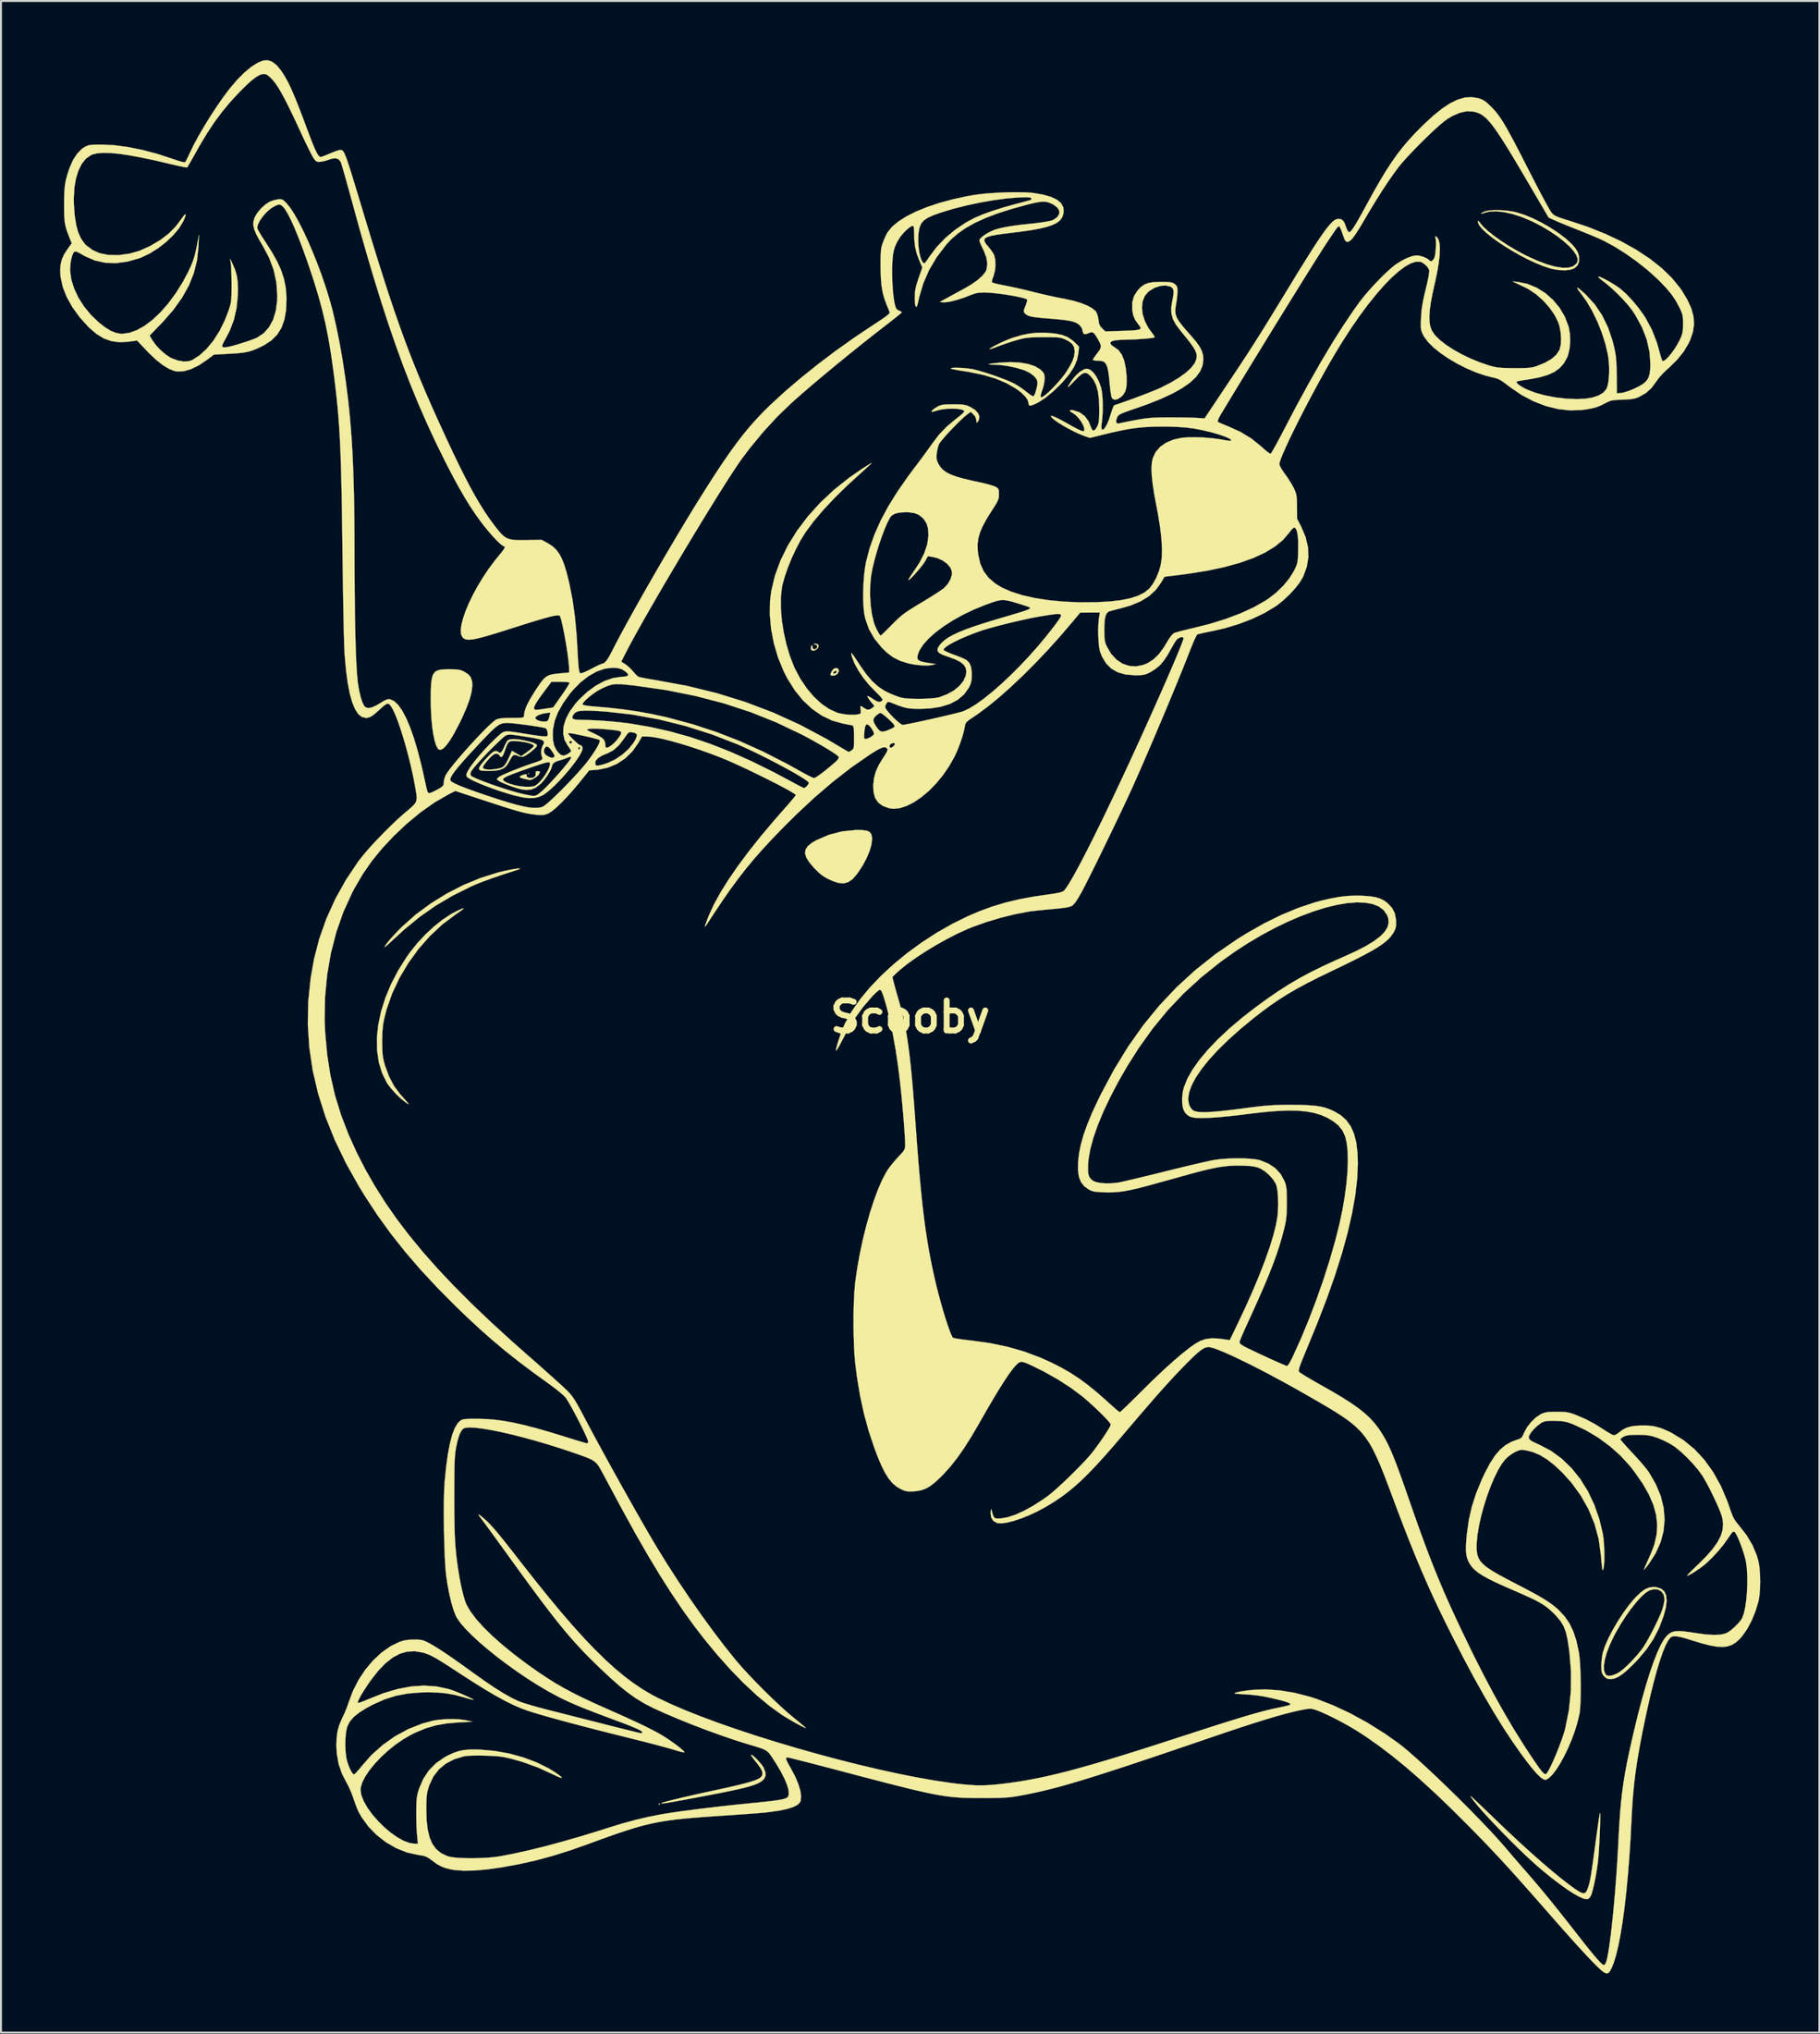
<source format=kicad_pcb>
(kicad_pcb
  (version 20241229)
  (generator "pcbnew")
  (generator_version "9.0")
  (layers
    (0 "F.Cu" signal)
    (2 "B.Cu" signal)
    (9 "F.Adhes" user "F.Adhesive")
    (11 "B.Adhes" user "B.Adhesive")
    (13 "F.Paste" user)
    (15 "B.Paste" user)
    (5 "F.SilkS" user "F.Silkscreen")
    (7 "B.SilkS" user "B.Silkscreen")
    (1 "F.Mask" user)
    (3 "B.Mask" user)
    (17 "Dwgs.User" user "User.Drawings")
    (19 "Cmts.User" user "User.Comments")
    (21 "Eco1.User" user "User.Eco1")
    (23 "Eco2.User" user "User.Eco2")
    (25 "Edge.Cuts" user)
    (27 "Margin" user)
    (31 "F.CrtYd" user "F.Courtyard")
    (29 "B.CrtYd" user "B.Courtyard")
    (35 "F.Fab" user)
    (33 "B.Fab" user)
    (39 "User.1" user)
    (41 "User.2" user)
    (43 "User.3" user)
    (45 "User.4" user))
  (footprint "Scooby"
    (layer "F.Cu")
    (at 43.137 48.538)
    (property "Reference" "Scooby" (at 0 0 0) (layer "F.SilkS") (effects (font (size 1.524 1.524) (thickness 0.3))))
    (attr through_hole)
    (fp_poly (pts (xy -19.343 -12.344) (xy -19.368 -12.318) (xy -19.394 -12.344) (xy -19.368 -12.369) (xy -19.343 -12.344)) (stroke (width 0.01) (type solid)) (fill yes) (layer "F.SilkS"))
    (fp_poly (pts (xy -12.692 39.924) (xy -12.699 39.954) (xy -12.725 39.958) (xy -12.767 39.939) (xy -12.759 39.924) (xy -12.699 39.918) (xy -12.692 39.924)) (stroke (width 0.01) (type solid)) (fill yes) (layer "F.SilkS"))
    (fp_poly (pts (xy -4.693 -18.904) (xy -4.65 -18.857) (xy -4.659 -18.757) (xy -4.735 -18.658) (xy -4.849 -18.591) (xy -4.92 -18.579) (xy -5.012 -18.603) (xy -5.039 -18.692) (xy -5.039 -18.703) (xy -5.024 -18.809) (xy -4.997 -18.854) (xy -4.966 -18.833) (xy -4.959 -18.769) (xy -4.929 -18.672) (xy -4.852 -18.642) (xy -4.767 -18.685) (xy -4.735 -18.73) (xy -4.707 -18.815) (xy -4.758 -18.866) (xy -4.795 -18.882) (xy -4.912 -18.929) (xy -4.796 -18.932) (xy -4.693 -18.904)) (stroke (width 0.01) (type solid)) (fill yes) (layer "F.SilkS"))
    (fp_poly (pts (xy -3.64 -17.637) (xy -3.621 -17.538) (xy -3.676 -17.424) (xy -3.707 -17.391) (xy -3.824 -17.325) (xy -3.951 -17.307) (xy -4.036 -17.339) (xy -4.039 -17.404) (xy -4.013 -17.467) (xy -3.908 -17.467) (xy -3.893 -17.417) (xy -3.84 -17.416) (xy -3.751 -17.465) (xy -3.727 -17.502) (xy -3.742 -17.553) (xy -3.795 -17.553) (xy -3.884 -17.504) (xy -3.908 -17.467) (xy -4.013 -17.467) (xy -3.996 -17.507) (xy -3.927 -17.611) (xy -3.853 -17.677) (xy -3.845 -17.681) (xy -3.719 -17.693) (xy -3.64 -17.637)) (stroke (width 0.01) (type solid)) (fill yes) (layer "F.SilkS"))
    (fp_poly (pts (xy -18.808 -12.457) (xy -18.791 -12.404) (xy -18.849 -12.298) (xy -18.866 -12.273) (xy -18.944 -12.198) (xy -19.063 -12.116) (xy -19.188 -12.049) (xy -19.282 -12.017) (xy -19.303 -12.018) (xy -19.357 -12.031) (xy -19.476 -12.055) (xy -19.543 -12.068) (xy -19.727 -12.115) (xy -19.811 -12.164) (xy -19.793 -12.215) (xy -19.695 -12.261) (xy -19.553 -12.306) (xy -19.483 -12.31) (xy -19.462 -12.269) (xy -19.463 -12.229) (xy -19.437 -12.161) (xy -19.334 -12.128) (xy -19.301 -12.124) (xy -19.129 -12.138) (xy -19.024 -12.212) (xy -18.998 -12.337) (xy -19.001 -12.353) (xy -18.999 -12.443) (xy -18.929 -12.47) (xy -18.903 -12.471) (xy -18.808 -12.457)) (stroke (width 0.01) (type solid)) (fill yes) (layer "F.SilkS"))
    (fp_poly (pts (xy -2.41 -9.477) (xy -2.195 -9.444) (xy -2.053 -9.376) (xy -1.972 -9.263) (xy -1.938 -9.099) (xy -1.935 -9.005) (xy -1.969 -8.731) (xy -2.065 -8.405) (xy -2.216 -8.048) (xy -2.412 -7.68) (xy -2.645 -7.322) (xy -2.707 -7.238) (xy -2.927 -6.988) (xy -3.149 -6.835) (xy -3.388 -6.774) (xy -3.659 -6.801) (xy -3.925 -6.89) (xy -4.21 -7.02) (xy -4.441 -7.159) (xy -4.655 -7.333) (xy -4.872 -7.551) (xy -5.117 -7.839) (xy -5.272 -8.086) (xy -5.336 -8.302) (xy -5.308 -8.494) (xy -5.188 -8.671) (xy -4.975 -8.841) (xy -4.748 -8.971) (xy -4.123 -9.238) (xy -3.47 -9.408) (xy -2.789 -9.48) (xy -2.711 -9.482) (xy -2.41 -9.477)) (stroke (width 0.01) (type solid)) (fill yes) (layer "F.SilkS"))
    (fp_poly (pts (xy -19.799 -7.52) (xy -19.845 -7.491) (xy -19.979 -7.444) (xy -20.649 -7.23) (xy -21.225 -7.034) (xy -21.712 -6.856) (xy -22.116 -6.692) (xy -22.281 -6.619) (xy -23.214 -6.154) (xy -24.074 -5.647) (xy -24.885 -5.08) (xy -25.669 -4.438) (xy -26.156 -3.993) (xy -26.341 -3.82) (xy -26.496 -3.679) (xy -26.61 -3.582) (xy -26.668 -3.54) (xy -26.673 -3.541) (xy -26.638 -3.617) (xy -26.541 -3.752) (xy -26.393 -3.931) (xy -26.205 -4.141) (xy -25.989 -4.369) (xy -25.773 -4.586) (xy -25.09 -5.192) (xy -24.333 -5.751) (xy -23.52 -6.254) (xy -22.669 -6.69) (xy -21.798 -7.05) (xy -20.925 -7.324) (xy -20.609 -7.401) (xy -20.339 -7.458) (xy -20.114 -7.499) (xy -19.943 -7.523) (xy -19.835 -7.531) (xy -19.799 -7.52)) (stroke (width 0.01) (type solid)) (fill yes) (layer "F.SilkS"))
    (fp_poly (pts (xy -23.143 -17.634) (xy -22.96 -17.62) (xy -22.82 -17.592) (xy -22.696 -17.544) (xy -22.651 -17.522) (xy -22.43 -17.384) (xy -22.295 -17.222) (xy -22.231 -17.013) (xy -22.22 -16.823) (xy -22.253 -16.507) (xy -22.352 -16.124) (xy -22.518 -15.671) (xy -22.75 -15.146) (xy -22.889 -14.863) (xy -23.128 -14.408) (xy -23.342 -14.048) (xy -23.531 -13.785) (xy -23.692 -13.618) (xy -23.828 -13.548) (xy -23.936 -13.576) (xy -23.963 -13.604) (xy -24.053 -13.768) (xy -24.133 -14.023) (xy -24.202 -14.354) (xy -24.258 -14.751) (xy -24.298 -15.201) (xy -24.322 -15.691) (xy -24.328 -16.142) (xy -24.323 -16.572) (xy -24.308 -16.911) (xy -24.274 -17.169) (xy -24.217 -17.358) (xy -24.128 -17.489) (xy -24.001 -17.571) (xy -23.83 -17.616) (xy -23.608 -17.634) (xy -23.398 -17.637) (xy -23.143 -17.634)) (stroke (width 0.01) (type solid)) (fill yes) (layer "F.SilkS"))
    (fp_poly (pts (xy -22.687 -5.471) (xy -22.8 -5.382) (xy -23.001 -5.243) (xy -23.071 -5.196) (xy -23.743 -4.691) (xy -24.373 -4.104) (xy -24.951 -3.447) (xy -25.468 -2.734) (xy -25.917 -1.978) (xy -26.287 -1.191) (xy -26.571 -0.387) (xy -26.707 0.153) (xy -26.756 0.445) (xy -26.784 0.776) (xy -26.794 1.172) (xy -26.794 1.298) (xy -26.789 1.607) (xy -26.777 1.843) (xy -26.756 2.038) (xy -26.72 2.219) (xy -26.666 2.416) (xy -26.651 2.467) (xy -26.446 3.023) (xy -26.188 3.512) (xy -25.889 3.913) (xy -25.691 4.137) (xy -25.555 4.292) (xy -25.477 4.386) (xy -25.453 4.426) (xy -25.477 4.421) (xy -25.544 4.377) (xy -25.629 4.317) (xy -25.852 4.137) (xy -26.09 3.908) (xy -26.315 3.663) (xy -26.497 3.431) (xy -26.551 3.349) (xy -26.798 2.848) (xy -26.965 2.295) (xy -27.052 1.698) (xy -27.061 1.066) (xy -26.992 0.405) (xy -26.849 -0.275) (xy -26.631 -0.968) (xy -26.341 -1.665) (xy -25.98 -2.359) (xy -25.549 -3.041) (xy -25.363 -3.301) (xy -25 -3.752) (xy -24.595 -4.185) (xy -24.166 -4.583) (xy -23.733 -4.929) (xy -23.314 -5.207) (xy -23.115 -5.315) (xy -22.876 -5.431) (xy -22.725 -5.496) (xy -22.662 -5.509) (xy -22.687 -5.471)) (stroke (width 0.01) (type solid)) (fill yes) (layer "F.SilkS"))
    (fp_poly (pts (xy -8.027 37.445) (xy -7.93 37.519) (xy -7.807 37.635) (xy -7.676 37.773) (xy -7.555 37.915) (xy -7.464 38.042) (xy -7.436 38.092) (xy -7.349 38.322) (xy -7.341 38.503) (xy -7.412 38.651) (xy -7.434 38.676) (xy -7.516 38.753) (xy -7.619 38.824) (xy -7.75 38.892) (xy -7.918 38.96) (xy -8.131 39.028) (xy -8.397 39.101) (xy -8.723 39.179) (xy -9.119 39.264) (xy -9.592 39.361) (xy -10.15 39.469) (xy -10.716 39.576) (xy -11.215 39.669) (xy -11.622 39.745) (xy -11.947 39.804) (xy -12.197 39.848) (xy -12.38 39.878) (xy -12.506 39.895) (xy -12.582 39.902) (xy -12.618 39.899) (xy -12.621 39.888) (xy -12.617 39.883) (xy -12.552 39.857) (xy -12.4 39.811) (xy -12.171 39.751) (xy -11.876 39.678) (xy -11.529 39.595) (xy -11.14 39.505) (xy -10.721 39.41) (xy -10.282 39.315) (xy -10.206 39.298) (xy -9.614 39.17) (xy -9.114 39.059) (xy -8.698 38.961) (xy -8.36 38.876) (xy -8.09 38.8) (xy -7.882 38.731) (xy -7.728 38.667) (xy -7.62 38.605) (xy -7.55 38.542) (xy -7.511 38.477) (xy -7.501 38.448) (xy -7.492 38.349) (xy -7.521 38.24) (xy -7.596 38.104) (xy -7.726 37.922) (xy -7.852 37.763) (xy -7.966 37.615) (xy -8.047 37.5) (xy -8.08 37.437) (xy -8.079 37.432) (xy -8.027 37.445)) (stroke (width 0.01) (type solid)) (fill yes) (layer "F.SilkS"))
    (fp_poly (pts (xy 30.241 -40.904) (xy 30.566 -40.858) (xy 30.73 -40.824) (xy 31.134 -40.701) (xy 31.572 -40.523) (xy 32.022 -40.301) (xy 32.467 -40.047) (xy 32.885 -39.773) (xy 33.258 -39.49) (xy 33.565 -39.21) (xy 33.732 -39.021) (xy 33.863 -38.82) (xy 33.928 -38.626) (xy 33.939 -38.539) (xy 33.937 -38.306) (xy 33.869 -38.134) (xy 33.724 -37.998) (xy 33.681 -37.97) (xy 33.498 -37.904) (xy 33.247 -37.876) (xy 32.952 -37.885) (xy 32.64 -37.932) (xy 32.47 -37.974) (xy 32.122 -38.09) (xy 31.745 -38.243) (xy 31.351 -38.426) (xy 30.951 -38.634) (xy 30.555 -38.858) (xy 30.174 -39.092) (xy 29.818 -39.328) (xy 29.5 -39.56) (xy 29.23 -39.781) (xy 29.017 -39.983) (xy 28.875 -40.16) (xy 28.812 -40.305) (xy 28.81 -40.33) (xy 28.818 -40.386) (xy 28.851 -40.37) (xy 28.922 -40.276) (xy 28.933 -40.259) (xy 29.086 -40.08) (xy 29.316 -39.868) (xy 29.611 -39.634) (xy 29.954 -39.388) (xy 30.331 -39.141) (xy 30.729 -38.903) (xy 31.132 -38.684) (xy 31.279 -38.61) (xy 31.814 -38.365) (xy 32.297 -38.183) (xy 32.726 -38.062) (xy 33.095 -38.004) (xy 33.4 -38.009) (xy 33.638 -38.078) (xy 33.804 -38.211) (xy 33.857 -38.3) (xy 33.873 -38.454) (xy 33.805 -38.643) (xy 33.66 -38.859) (xy 33.446 -39.095) (xy 33.172 -39.343) (xy 32.846 -39.598) (xy 32.475 -39.85) (xy 32.069 -40.094) (xy 31.634 -40.321) (xy 31.57 -40.352) (xy 31.065 -40.568) (xy 30.579 -40.728) (xy 30.125 -40.829) (xy 29.716 -40.87) (xy 29.364 -40.848) (xy 29.173 -40.8) (xy 29.026 -40.755) (xy 28.969 -40.753) (xy 29.005 -40.787) (xy 29.138 -40.851) (xy 29.148 -40.855) (xy 29.339 -40.903) (xy 29.602 -40.927) (xy 29.911 -40.927) (xy 30.241 -40.904)) (stroke (width 0.01) (type solid)) (fill yes) (layer "F.SilkS"))
    (fp_poly (pts (xy 28.508 39.587) (xy 28.611 39.68) (xy 28.713 39.775) (xy 28.874 39.928) (xy 29.08 40.125) (xy 29.318 40.353) (xy 29.574 40.6) (xy 29.703 40.724) (xy 30.326 41.319) (xy 30.936 41.888) (xy 31.523 42.421) (xy 32.078 42.911) (xy 32.592 43.349) (xy 33.056 43.728) (xy 33.458 44.038) (xy 33.728 44.235) (xy 33.933 44.369) (xy 34.083 44.443) (xy 34.192 44.46) (xy 34.271 44.421) (xy 34.334 44.33) (xy 34.381 44.216) (xy 34.418 44.112) (xy 34.451 44.003) (xy 34.482 43.877) (xy 34.514 43.723) (xy 34.548 43.529) (xy 34.586 43.284) (xy 34.631 42.976) (xy 34.684 42.593) (xy 34.748 42.124) (xy 34.765 41.994) (xy 34.818 41.607) (xy 34.867 41.252) (xy 34.911 40.941) (xy 34.948 40.688) (xy 34.976 40.505) (xy 34.994 40.405) (xy 34.997 40.391) (xy 35.009 40.408) (xy 35.014 40.511) (xy 35.014 40.686) (xy 35.01 40.918) (xy 35.001 41.19) (xy 34.989 41.49) (xy 34.974 41.8) (xy 34.957 42.107) (xy 34.938 42.396) (xy 34.918 42.65) (xy 34.898 42.856) (xy 34.892 42.91) (xy 34.839 43.279) (xy 34.777 43.64) (xy 34.71 43.973) (xy 34.643 44.26) (xy 34.579 44.48) (xy 34.532 44.597) (xy 34.45 44.716) (xy 34.347 44.76) (xy 34.195 44.736) (xy 34.139 44.717) (xy 33.92 44.619) (xy 33.639 44.458) (xy 33.308 44.242) (xy 32.94 43.978) (xy 32.545 43.676) (xy 32.134 43.343) (xy 31.839 43.091) (xy 31.524 42.809) (xy 31.177 42.486) (xy 30.812 42.134) (xy 30.437 41.763) (xy 30.064 41.385) (xy 29.703 41.011) (xy 29.366 40.652) (xy 29.063 40.32) (xy 28.806 40.025) (xy 28.604 39.779) (xy 28.491 39.627) (xy 28.443 39.552) (xy 28.446 39.537) (xy 28.508 39.587)) (stroke (width 0.01) (type solid)) (fill yes) (layer "F.SilkS"))
    (fp_poly (pts (xy 37.858 28.93) (xy 38.096 29.001) (xy 38.263 29.14) (xy 38.36 29.35) (xy 38.385 29.631) (xy 38.34 29.984) (xy 38.228 30.4) (xy 37.998 31.007) (xy 37.711 31.564) (xy 37.355 32.092) (xy 36.916 32.611) (xy 36.701 32.835) (xy 36.402 33.123) (xy 36.149 33.335) (xy 35.932 33.479) (xy 35.736 33.563) (xy 35.551 33.594) (xy 35.518 33.595) (xy 35.366 33.572) (xy 35.244 33.485) (xy 35.203 33.439) (xy 35.132 33.341) (xy 35.092 33.239) (xy 35.075 33.097) (xy 35.071 32.915) (xy 35.072 32.91) (xy 35.201 32.91) (xy 35.208 33.154) (xy 35.27 33.331) (xy 35.342 33.405) (xy 35.462 33.432) (xy 35.637 33.402) (xy 35.841 33.322) (xy 35.988 33.239) (xy 36.174 33.098) (xy 36.397 32.896) (xy 36.637 32.655) (xy 36.872 32.397) (xy 37.079 32.145) (xy 37.202 31.977) (xy 37.334 31.766) (xy 37.489 31.491) (xy 37.655 31.178) (xy 37.82 30.851) (xy 37.969 30.536) (xy 38.092 30.258) (xy 38.173 30.046) (xy 38.229 29.845) (xy 38.268 29.649) (xy 38.278 29.532) (xy 38.236 29.31) (xy 38.121 29.146) (xy 37.949 29.05) (xy 37.737 29.03) (xy 37.509 29.093) (xy 37.318 29.215) (xy 37.093 29.418) (xy 36.846 29.689) (xy 36.585 30.017) (xy 36.319 30.388) (xy 36.059 30.792) (xy 35.814 31.215) (xy 35.69 31.448) (xy 35.494 31.867) (xy 35.345 32.257) (xy 35.247 32.608) (xy 35.201 32.91) (xy 35.072 32.91) (xy 35.083 32.673) (xy 35.115 32.419) (xy 35.149 32.244) (xy 35.26 31.913) (xy 35.428 31.528) (xy 35.644 31.112) (xy 35.893 30.684) (xy 36.165 30.265) (xy 36.446 29.876) (xy 36.726 29.537) (xy 36.815 29.44) (xy 37.069 29.196) (xy 37.294 29.034) (xy 37.508 28.945) (xy 37.731 28.92) (xy 37.858 28.93)) (stroke (width 0.01) (type solid)) (fill yes) (layer "F.SilkS"))
    (fp_poly (pts (xy -19.82 -14.068) (xy -19.572 -14.023) (xy -19.279 -13.954) (xy -19.08 -13.889) (xy -18.968 -13.825) (xy -18.935 -13.764) (xy -18.974 -13.697) (xy -19.076 -13.595) (xy -19.215 -13.475) (xy -19.369 -13.358) (xy -19.514 -13.262) (xy -19.627 -13.205) (xy -19.641 -13.201) (xy -19.771 -13.201) (xy -19.923 -13.247) (xy -19.928 -13.25) (xy -20.039 -13.291) (xy -20.124 -13.283) (xy -20.202 -13.212) (xy -20.291 -13.067) (xy -20.349 -12.955) (xy -20.475 -12.75) (xy -20.619 -12.619) (xy -20.813 -12.536) (xy -20.844 -12.527) (xy -21.007 -12.499) (xy -21.225 -12.482) (xy -21.459 -12.478) (xy -21.667 -12.487) (xy -21.799 -12.506) (xy -21.869 -12.547) (xy -21.876 -12.624) (xy -21.873 -12.63) (xy -21.682 -12.63) (xy -21.628 -12.585) (xy -21.582 -12.568) (xy -21.429 -12.547) (xy -21.219 -12.552) (xy -20.995 -12.578) (xy -20.798 -12.621) (xy -20.7 -12.659) (xy -20.596 -12.743) (xy -20.49 -12.898) (xy -20.381 -13.115) (xy -20.207 -13.498) (xy -19.742 -13.226) (xy -19.555 -13.354) (xy -19.395 -13.47) (xy -19.24 -13.592) (xy -19.215 -13.612) (xy -19.121 -13.699) (xy -19.097 -13.752) (xy -19.136 -13.799) (xy -19.155 -13.815) (xy -19.267 -13.867) (xy -19.451 -13.917) (xy -19.677 -13.959) (xy -19.915 -13.988) (xy -20.122 -13.998) (xy -20.249 -13.991) (xy -20.342 -13.959) (xy -20.414 -13.885) (xy -20.481 -13.752) (xy -20.556 -13.543) (xy -20.587 -13.451) (xy -20.651 -13.294) (xy -20.714 -13.2) (xy -20.747 -13.184) (xy -20.812 -13.211) (xy -20.819 -13.233) (xy -20.859 -13.293) (xy -20.92 -13.336) (xy -21.021 -13.357) (xy -21.137 -13.313) (xy -21.28 -13.195) (xy -21.462 -12.997) (xy -21.472 -12.984) (xy -21.608 -12.814) (xy -21.677 -12.701) (xy -21.682 -12.63) (xy -21.873 -12.63) (xy -21.816 -12.744) (xy -21.685 -12.915) (xy -21.527 -13.094) (xy -21.332 -13.298) (xy -21.186 -13.426) (xy -21.081 -13.484) (xy -21.047 -13.489) (xy -20.941 -13.47) (xy -20.895 -13.438) (xy -20.826 -13.386) (xy -20.745 -13.433) (xy -20.656 -13.575) (xy -20.614 -13.671) (xy -20.539 -13.837) (xy -20.467 -13.97) (xy -20.426 -14.027) (xy -20.306 -14.081) (xy -20.102 -14.095) (xy -19.82 -14.068)) (stroke (width 0.01) (type solid)) (fill yes) (layer "F.SilkS"))
    (fp_poly (pts (xy 6.944 -34.702) (xy 7.366 -34.665) (xy 7.708 -34.595) (xy 7.989 -34.484) (xy 8.228 -34.327) (xy 8.342 -34.224) (xy 8.566 -34.002) (xy 8.537 -33.689) (xy 8.469 -33.343) (xy 8.322 -32.994) (xy 8.093 -32.632) (xy 7.775 -32.248) (xy 7.671 -32.137) (xy 7.251 -31.728) (xy 6.856 -31.404) (xy 6.491 -31.169) (xy 6.357 -31.103) (xy 6.18 -31.029) (xy 6.073 -31.008) (xy 6.021 -31.04) (xy 6.006 -31.129) (xy 6.006 -31.14) (xy 5.959 -31.306) (xy 5.823 -31.496) (xy 5.605 -31.699) (xy 5.356 -31.881) (xy 4.873 -32.157) (xy 4.322 -32.386) (xy 3.695 -32.573) (xy 2.984 -32.719) (xy 2.714 -32.761) (xy 2.475 -32.799) (xy 2.272 -32.836) (xy 2.128 -32.868) (xy 2.064 -32.891) (xy 2.077 -32.915) (xy 2.171 -32.929) (xy 2.326 -32.933) (xy 2.52 -32.928) (xy 2.735 -32.914) (xy 2.949 -32.892) (xy 3.142 -32.863) (xy 3.183 -32.855) (xy 3.455 -32.789) (xy 3.787 -32.691) (xy 4.15 -32.574) (xy 4.514 -32.445) (xy 4.852 -32.316) (xy 5.134 -32.197) (xy 5.236 -32.148) (xy 5.457 -32.022) (xy 5.698 -31.861) (xy 5.894 -31.712) (xy 6.046 -31.594) (xy 6.172 -31.512) (xy 6.249 -31.48) (xy 6.259 -31.481) (xy 6.305 -31.551) (xy 6.359 -31.688) (xy 6.409 -31.86) (xy 6.448 -32.034) (xy 6.464 -32.178) (xy 6.465 -32.187) (xy 6.417 -32.347) (xy 6.284 -32.51) (xy 6.082 -32.663) (xy 5.826 -32.791) (xy 5.75 -32.819) (xy 5.361 -32.934) (xy 4.943 -33.022) (xy 4.54 -33.075) (xy 4.288 -33.086) (xy 4.123 -33.09) (xy 4.013 -33.099) (xy 3.98 -33.112) (xy 3.98 -33.112) (xy 4.038 -33.127) (xy 4.176 -33.148) (xy 4.373 -33.171) (xy 4.582 -33.192) (xy 5.098 -33.218) (xy 5.568 -33.194) (xy 5.981 -33.124) (xy 6.326 -33.01) (xy 6.592 -32.854) (xy 6.645 -32.807) (xy 6.753 -32.693) (xy 6.805 -32.586) (xy 6.82 -32.439) (xy 6.821 -32.381) (xy 6.801 -32.174) (xy 6.751 -31.948) (xy 6.719 -31.852) (xy 6.662 -31.687) (xy 6.625 -31.55) (xy 6.617 -31.494) (xy 6.63 -31.433) (xy 6.687 -31.441) (xy 6.732 -31.463) (xy 6.865 -31.556) (xy 7.041 -31.712) (xy 7.243 -31.91) (xy 7.453 -32.133) (xy 7.652 -32.362) (xy 7.823 -32.578) (xy 7.912 -32.704) (xy 8.109 -33.023) (xy 8.242 -33.287) (xy 8.319 -33.517) (xy 8.347 -33.731) (xy 8.348 -33.768) (xy 8.318 -33.976) (xy 8.22 -34.142) (xy 8.041 -34.281) (xy 7.879 -34.364) (xy 7.771 -34.41) (xy 7.669 -34.442) (xy 7.552 -34.464) (xy 7.4 -34.476) (xy 7.194 -34.482) (xy 6.915 -34.484) (xy 6.77 -34.483) (xy 6.441 -34.481) (xy 6.188 -34.473) (xy 5.986 -34.458) (xy 5.81 -34.434) (xy 5.633 -34.396) (xy 5.432 -34.343) (xy 5.152 -34.26) (xy 4.844 -34.158) (xy 4.564 -34.058) (xy 4.492 -34.03) (xy 4.299 -33.956) (xy 4.144 -33.901) (xy 4.05 -33.874) (xy 4.031 -33.873) (xy 4.057 -33.91) (xy 4.157 -33.976) (xy 4.315 -34.063) (xy 4.511 -34.161) (xy 4.727 -34.261) (xy 4.945 -34.355) (xy 5.145 -34.432) (xy 5.221 -34.458) (xy 5.654 -34.585) (xy 6.039 -34.665) (xy 6.414 -34.704) (xy 6.818 -34.707) (xy 6.944 -34.702)) (stroke (width 0.01) (type solid)) (fill yes) (layer "F.SilkS"))
    (fp_poly (pts (xy -32.377 -48.456) (xy -32.148 -48.278) (xy -31.946 -48.034) (xy -31.819 -47.847) (xy -31.699 -47.649) (xy -31.578 -47.429) (xy -31.454 -47.176) (xy -31.322 -46.88) (xy -31.175 -46.53) (xy -31.011 -46.117) (xy -30.824 -45.628) (xy -30.61 -45.054) (xy -30.593 -45.01) (xy -30.435 -44.59) (xy -30.305 -44.259) (xy -30.197 -44.007) (xy -30.109 -43.826) (xy -30.035 -43.707) (xy -29.971 -43.643) (xy -29.913 -43.623) (xy -29.842 -43.642) (xy -29.703 -43.694) (xy -29.521 -43.768) (xy -29.446 -43.8) (xy -29.247 -43.882) (xy -29.072 -43.944) (xy -28.95 -43.976) (xy -28.926 -43.979) (xy -28.884 -43.978) (xy -28.846 -43.971) (xy -28.809 -43.951) (xy -28.771 -43.911) (xy -28.73 -43.845) (xy -28.683 -43.747) (xy -28.627 -43.608) (xy -28.561 -43.423) (xy -28.482 -43.185) (xy -28.386 -42.888) (xy -28.273 -42.524) (xy -28.14 -42.087) (xy -27.983 -41.57) (xy -27.801 -40.967) (xy -27.666 -40.518) (xy -27.336 -39.431) (xy -27.027 -38.432) (xy -26.736 -37.51) (xy -26.459 -36.655) (xy -26.191 -35.857) (xy -25.929 -35.105) (xy -25.67 -34.387) (xy -25.409 -33.695) (xy -25.142 -33.016) (xy -24.866 -32.342) (xy -24.577 -31.66) (xy -24.271 -30.96) (xy -23.944 -30.232) (xy -23.931 -30.204) (xy -23.555 -29.384) (xy -23.212 -28.65) (xy -22.897 -27.996) (xy -22.605 -27.412) (xy -22.333 -26.891) (xy -22.076 -26.425) (xy -21.83 -26.006) (xy -21.59 -25.625) (xy -21.352 -25.275) (xy -21.112 -24.948) (xy -20.972 -24.768) (xy -20.801 -24.562) (xy -20.651 -24.41) (xy -20.501 -24.303) (xy -20.332 -24.236) (xy -20.123 -24.199) (xy -19.854 -24.185) (xy -19.507 -24.187) (xy -19.456 -24.188) (xy -18.706 -24.204) (xy -18.376 -24.022) (xy -18.162 -23.885) (xy -17.979 -23.72) (xy -17.822 -23.516) (xy -17.683 -23.26) (xy -17.556 -22.942) (xy -17.436 -22.549) (xy -17.317 -22.069) (xy -17.284 -21.925) (xy -17.131 -21.138) (xy -17.014 -20.304) (xy -16.93 -19.401) (xy -16.897 -18.859) (xy -16.875 -18.443) (xy -16.856 -18.118) (xy -16.838 -17.871) (xy -16.821 -17.693) (xy -16.803 -17.571) (xy -16.782 -17.493) (xy -16.757 -17.45) (xy -16.727 -17.429) (xy -16.725 -17.428) (xy -16.655 -17.441) (xy -16.518 -17.494) (xy -16.335 -17.579) (xy -16.176 -17.66) (xy -15.971 -17.766) (xy -15.794 -17.851) (xy -15.668 -17.904) (xy -15.619 -17.917) (xy -15.523 -17.954) (xy -15.459 -18.021) (xy -14.66 -18.021) (xy -14.462 -17.896) (xy -14.315 -17.782) (xy -14.155 -17.629) (xy -14.072 -17.536) (xy -13.954 -17.401) (xy -13.848 -17.297) (xy -13.795 -17.256) (xy -13.717 -17.233) (xy -13.558 -17.199) (xy -13.337 -17.157) (xy -13.073 -17.112) (xy -12.899 -17.084) (xy -11.329 -16.795) (xy -9.82 -16.426) (xy -8.366 -15.976) (xy -6.96 -15.442) (xy -5.597 -14.822) (xy -4.271 -14.115) (xy -3.87 -13.88) (xy -3.626 -13.734) (xy -3.414 -13.609) (xy -3.25 -13.512) (xy -3.146 -13.453) (xy -3.117 -13.438) (xy -3.068 -13.463) (xy -2.976 -13.52) (xy -2.922 -13.561) (xy -2.886 -13.61) (xy -2.865 -13.689) (xy -2.863 -13.708) (xy -1.051 -13.708) (xy -1.045 -13.695) (xy -0.994 -13.647) (xy -0.924 -13.671) (xy -0.857 -13.726) (xy -0.775 -13.823) (xy -0.784 -13.881) (xy -0.859 -13.896) (xy -0.963 -13.864) (xy -1.037 -13.79) (xy -1.051 -13.708) (xy -2.863 -13.708) (xy -2.854 -13.816) (xy -2.851 -14.013) (xy -2.851 -14.184) (xy -2.851 -14.255) (xy -2.34 -14.255) (xy -2.336 -14.154) (xy -2.311 -14.11) (xy -2.261 -14.1) (xy -2.259 -14.1) (xy -2.153 -14.126) (xy -2.018 -14.189) (xy -1.998 -14.201) (xy -1.891 -14.279) (xy -1.835 -14.346) (xy -1.832 -14.356) (xy -1.864 -14.466) (xy -1.942 -14.609) (xy -2.042 -14.742) (xy -2.083 -14.783) (xy -2.175 -14.843) (xy -2.242 -14.823) (xy -2.289 -14.719) (xy -2.321 -14.522) (xy -2.328 -14.435) (xy -2.34 -14.255) (xy -2.851 -14.255) (xy -2.854 -14.459) (xy -2.866 -14.643) (xy -2.886 -14.747) (xy -2.914 -14.781) (xy -2.991 -14.798) (xy -3.14 -14.828) (xy -3.335 -14.865) (xy -3.41 -14.88) (xy -3.963 -15.036) (xy -4.001 -15.054) (xy -1.871 -15.054) (xy -1.836 -14.918) (xy -1.73 -14.74) (xy -1.677 -14.664) (xy -1.578 -14.544) (xy -1.482 -14.481) (xy -1.365 -14.472) (xy -1.205 -14.516) (xy -0.985 -14.607) (xy -0.851 -14.672) (xy -0.795 -14.724) (xy -0.799 -14.782) (xy -0.811 -14.806) (xy -0.878 -14.893) (xy -0.994 -15.014) (xy -1.136 -15.146) (xy -1.283 -15.272) (xy -1.411 -15.37) (xy -1.497 -15.42) (xy -1.511 -15.423) (xy -1.587 -15.392) (xy -1.699 -15.312) (xy -1.738 -15.279) (xy -1.837 -15.167) (xy -1.871 -15.054) (xy -4.001 -15.054) (xy -4.488 -15.287) (xy -4.982 -15.629) (xy -5.44 -16.058) (xy -5.857 -16.571) (xy -6.229 -17.163) (xy -6.414 -17.523) (xy -6.699 -18.215) (xy -6.914 -18.938) (xy -7.056 -19.674) (xy -7.123 -20.403) (xy -7.111 -21.108) (xy -7.05 -21.597) (xy -6.864 -22.379) (xy -6.58 -23.155) (xy -6.204 -23.919) (xy -5.74 -24.666) (xy -5.192 -25.39) (xy -4.566 -26.083) (xy -3.866 -26.739) (xy -3.096 -27.353) (xy -2.431 -27.811) (xy -2.244 -27.93) (xy -2.091 -28.025) (xy -1.989 -28.084) (xy -1.959 -28.098) (xy -1.985 -28.066) (xy -2.073 -27.981) (xy -2.211 -27.854) (xy -2.385 -27.698) (xy -2.404 -27.681) (xy -3.164 -26.988) (xy -3.832 -26.334) (xy -4.412 -25.717) (xy -4.905 -25.134) (xy -5.312 -24.584) (xy -5.339 -24.544) (xy -5.571 -24.167) (xy -5.801 -23.731) (xy -6.018 -23.262) (xy -6.211 -22.787) (xy -6.369 -22.33) (xy -6.482 -21.918) (xy -6.513 -21.764) (xy -6.564 -21.281) (xy -6.564 -20.734) (xy -6.516 -20.146) (xy -6.424 -19.537) (xy -6.29 -18.931) (xy -6.12 -18.349) (xy -5.915 -17.813) (xy -5.857 -17.684) (xy -5.573 -17.149) (xy -5.247 -16.666) (xy -4.89 -16.244) (xy -4.511 -15.893) (xy -4.118 -15.621) (xy -3.721 -15.439) (xy -3.591 -15.4) (xy -3.33 -15.35) (xy -3.051 -15.326) (xy -2.792 -15.327) (xy -2.603 -15.355) (xy -2.527 -15.387) (xy -2.502 -15.45) (xy -2.514 -15.577) (xy -2.515 -15.583) (xy -2.53 -15.722) (xy -2.507 -15.77) (xy -2.433 -15.736) (xy -2.355 -15.678) (xy -2.198 -15.59) (xy -2.053 -15.596) (xy -1.929 -15.672) (xy -1.871 -15.718) (xy -1.273 -15.718) (xy -1.236 -15.632) (xy -1.141 -15.501) (xy -1.004 -15.343) (xy -0.844 -15.178) (xy -0.682 -15.024) (xy -0.534 -14.9) (xy -0.421 -14.825) (xy -0.377 -14.812) (xy -0.298 -14.823) (xy -0.133 -14.854) (xy 0.103 -14.901) (xy 0.395 -14.962) (xy 0.73 -15.035) (xy 1.093 -15.115) (xy 1.105 -15.118) (xy 1.476 -15.202) (xy 1.827 -15.284) (xy 2.14 -15.359) (xy 2.4 -15.424) (xy 2.592 -15.475) (xy 2.698 -15.507) (xy 3 -15.649) (xy 3.352 -15.866) (xy 3.744 -16.149) (xy 4.169 -16.491) (xy 4.617 -16.883) (xy 5.079 -17.316) (xy 5.547 -17.783) (xy 6.011 -18.274) (xy 6.464 -18.782) (xy 6.896 -19.298) (xy 7.299 -19.813) (xy 7.508 -20.098) (xy 7.596 -20.227) (xy 7.648 -20.323) (xy 7.655 -20.39) (xy 7.608 -20.429) (xy 7.5 -20.442) (xy 7.321 -20.429) (xy 7.063 -20.394) (xy 6.717 -20.338) (xy 6.515 -20.304) (xy 6.168 -20.239) (xy 5.762 -20.153) (xy 5.322 -20.053) (xy 4.873 -19.945) (xy 4.44 -19.834) (xy 4.048 -19.727) (xy 3.721 -19.63) (xy 3.614 -19.595) (xy 3.23 -19.458) (xy 2.865 -19.314) (xy 2.529 -19.167) (xy 2.235 -19.025) (xy 1.993 -18.891) (xy 1.815 -18.774) (xy 1.712 -18.677) (xy 1.693 -18.615) (xy 1.747 -18.573) (xy 1.876 -18.51) (xy 2.059 -18.433) (xy 2.218 -18.374) (xy 2.444 -18.289) (xy 2.647 -18.206) (xy 2.8 -18.136) (xy 2.858 -18.104) (xy 2.998 -17.964) (xy 3.085 -17.759) (xy 3.123 -17.478) (xy 3.125 -17.328) (xy 3.113 -17.099) (xy 3.076 -16.923) (xy 3.002 -16.75) (xy 2.976 -16.701) (xy 2.735 -16.364) (xy 2.415 -16.089) (xy 2.017 -15.878) (xy 1.542 -15.731) (xy 0.991 -15.648) (xy 0.509 -15.629) (xy 0.236 -15.631) (xy 0.019 -15.643) (xy -0.172 -15.67) (xy -0.363 -15.718) (xy -0.583 -15.793) (xy -0.86 -15.9) (xy -0.959 -15.94) (xy -1.077 -15.98) (xy -1.145 -15.97) (xy -1.2 -15.91) (xy -1.258 -15.793) (xy -1.273 -15.718) (xy -1.871 -15.718) (xy -1.811 -15.768) (xy -2.005 -16.005) (xy -2.103 -16.135) (xy -2.162 -16.233) (xy -2.17 -16.274) (xy -2.116 -16.263) (xy -2.005 -16.204) (xy -1.877 -16.12) (xy -1.691 -16.009) (xy -1.554 -15.976) (xy -1.452 -16.019) (xy -1.399 -16.086) (xy -1.421 -16.139) (xy -1.505 -16.245) (xy -1.636 -16.385) (xy -1.77 -16.516) (xy -2.093 -16.85) (xy -2.385 -17.213) (xy -2.636 -17.585) (xy -2.831 -17.946) (xy -2.957 -18.276) (xy -2.976 -18.35) (xy -2.99 -18.422) (xy -2.987 -18.455) (xy -2.962 -18.441) (xy -2.907 -18.373) (xy -2.815 -18.241) (xy -2.68 -18.039) (xy -2.532 -17.813) (xy -2.23 -17.384) (xy -1.937 -17.041) (xy -1.638 -16.768) (xy -1.318 -16.553) (xy -1.094 -16.439) (xy -0.874 -16.343) (xy -0.656 -16.259) (xy -0.48 -16.202) (xy -0.448 -16.193) (xy -0.251 -16.162) (xy 0.015 -16.143) (xy 0.324 -16.135) (xy 0.648 -16.137) (xy 0.96 -16.151) (xy 1.232 -16.174) (xy 1.438 -16.207) (xy 1.48 -16.218) (xy 1.877 -16.368) (xy 2.22 -16.562) (xy 2.498 -16.79) (xy 2.702 -17.043) (xy 2.822 -17.311) (xy 2.851 -17.519) (xy 2.82 -17.703) (xy 2.722 -17.862) (xy 2.548 -18.005) (xy 2.29 -18.137) (xy 1.94 -18.266) (xy 1.905 -18.277) (xy 1.638 -18.374) (xy 1.466 -18.469) (xy 1.387 -18.573) (xy 1.395 -18.696) (xy 1.486 -18.847) (xy 1.587 -18.965) (xy 1.735 -19.103) (xy 1.923 -19.238) (xy 2.159 -19.372) (xy 2.451 -19.51) (xy 2.807 -19.654) (xy 3.235 -19.807) (xy 3.743 -19.973) (xy 4.338 -20.156) (xy 4.696 -20.262) (xy 5.116 -20.385) (xy 5.446 -20.484) (xy 5.697 -20.562) (xy 5.877 -20.624) (xy 5.997 -20.671) (xy 6.064 -20.708) (xy 6.089 -20.737) (xy 6.08 -20.763) (xy 6.076 -20.768) (xy 6.013 -20.797) (xy 5.872 -20.848) (xy 5.673 -20.913) (xy 5.435 -20.986) (xy 5.396 -20.998) (xy 5.133 -21.075) (xy 4.925 -21.125) (xy 4.749 -21.148) (xy 4.582 -21.141) (xy 4.399 -21.104) (xy 4.176 -21.034) (xy 3.89 -20.931) (xy 3.78 -20.89) (xy 3.205 -20.655) (xy 2.658 -20.391) (xy 2.147 -20.106) (xy 1.682 -19.805) (xy 1.273 -19.497) (xy 0.928 -19.188) (xy 0.657 -18.884) (xy 0.47 -18.593) (xy 0.398 -18.416) (xy 0.365 -18.271) (xy 0.372 -18.165) (xy 0.433 -18.087) (xy 0.559 -18.029) (xy 0.762 -17.982) (xy 1.043 -17.939) (xy 1.298 -17.903) (xy 1.12 -17.854) (xy 0.942 -17.829) (xy 0.696 -17.828) (xy 0.413 -17.849) (xy 0.123 -17.889) (xy -0.127 -17.942) (xy -0.525 -18.071) (xy -0.865 -18.243) (xy -1.179 -18.477) (xy -1.446 -18.736) (xy -1.816 -19.192) (xy -2.09 -19.672) (xy -2.273 -20.187) (xy -2.323 -20.412) (xy -2.362 -20.713) (xy -2.382 -21.088) (xy -2.384 -21.39) (xy -2.036 -21.39) (xy -2.006 -20.892) (xy -1.943 -20.426) (xy -1.847 -20.021) (xy -1.81 -19.908) (xy -1.746 -19.753) (xy -1.667 -19.593) (xy -1.588 -19.454) (xy -1.523 -19.363) (xy -1.495 -19.343) (xy -1.453 -19.377) (xy -1.353 -19.472) (xy -1.208 -19.614) (xy -1.029 -19.792) (xy -0.927 -19.896) (xy -0.738 -20.085) (xy -0.575 -20.239) (xy -0.42 -20.372) (xy -0.255 -20.498) (xy -0.061 -20.629) (xy 0.179 -20.781) (xy 0.485 -20.966) (xy 0.582 -21.024) (xy 0.877 -21.203) (xy 1.154 -21.375) (xy 1.396 -21.531) (xy 1.587 -21.66) (xy 1.712 -21.751) (xy 1.735 -21.771) (xy 1.914 -21.973) (xy 2.046 -22.203) (xy 2.116 -22.431) (xy 2.119 -22.593) (xy 2.038 -22.797) (xy 1.875 -22.989) (xy 1.649 -23.153) (xy 1.379 -23.276) (xy 1.12 -23.338) (xy 0.891 -23.37) (xy 0.772 -23.142) (xy 0.699 -23.029) (xy 0.587 -22.878) (xy 0.45 -22.709) (xy 0.303 -22.537) (xy 0.16 -22.38) (xy 0.037 -22.255) (xy -0.051 -22.178) (xy -0.089 -22.163) (xy -0.073 -22.213) (xy -0.008 -22.323) (xy 0.094 -22.474) (xy 0.138 -22.535) (xy 0.473 -23.043) (xy 0.715 -23.52) (xy 0.865 -23.971) (xy 0.925 -24.401) (xy 0.927 -24.458) (xy 0.907 -24.774) (xy 0.835 -25.024) (xy 0.702 -25.236) (xy 0.608 -25.337) (xy 0.427 -25.475) (xy 0.211 -25.56) (xy -0.063 -25.599) (xy -0.229 -25.603) (xy -0.545 -25.585) (xy -0.778 -25.529) (xy -0.941 -25.431) (xy -1.021 -25.333) (xy -1.15 -25.09) (xy -1.29 -24.768) (xy -1.435 -24.388) (xy -1.577 -23.973) (xy -1.71 -23.544) (xy -1.826 -23.122) (xy -1.919 -22.728) (xy -1.982 -22.385) (xy -1.984 -22.371) (xy -2.029 -21.892) (xy -2.036 -21.39) (xy -2.384 -21.39) (xy -2.385 -21.508) (xy -2.371 -21.946) (xy -2.341 -22.375) (xy -2.295 -22.768) (xy -2.245 -23.058) (xy -2.062 -23.763) (xy -1.815 -24.466) (xy -1.499 -25.177) (xy -1.109 -25.904) (xy -0.641 -26.657) (xy -0.09 -27.445) (xy 0.163 -27.784) (xy 0.381 -28.072) (xy 0.599 -28.365) (xy 0.802 -28.641) (xy 0.975 -28.88) (xy 1.102 -29.06) (xy 1.104 -29.063) (xy 1.461 -29.534) (xy 1.857 -29.948) (xy 2.323 -30.336) (xy 2.354 -30.36) (xy 2.524 -30.493) (xy 2.657 -30.61) (xy 2.735 -30.694) (xy 2.749 -30.721) (xy 2.702 -30.777) (xy 2.575 -30.819) (xy 2.388 -30.846) (xy 2.163 -30.857) (xy 1.92 -30.852) (xy 1.68 -30.83) (xy 1.464 -30.79) (xy 1.4 -30.773) (xy 1.247 -30.728) (xy 1.135 -30.7) (xy 1.101 -30.694) (xy 1.081 -30.718) (xy 1.129 -30.778) (xy 1.227 -30.859) (xy 1.358 -30.943) (xy 1.396 -30.965) (xy 1.503 -31.014) (xy 1.617 -31.047) (xy 1.762 -31.065) (xy 1.965 -31.074) (xy 2.189 -31.075) (xy 2.45 -31.074) (xy 2.636 -31.065) (xy 2.777 -31.044) (xy 2.898 -31.008) (xy 3.027 -30.951) (xy 3.068 -30.931) (xy 3.299 -30.786) (xy 3.448 -30.621) (xy 3.511 -30.448) (xy 3.48 -30.277) (xy 3.437 -30.207) (xy 3.386 -30.147) (xy 3.365 -30.166) (xy 3.361 -30.264) (xy 3.309 -30.443) (xy 3.216 -30.558) (xy 3.072 -30.696) (xy 2.872 -30.549) (xy 2.735 -30.436) (xy 2.557 -30.271) (xy 2.354 -30.072) (xy 2.141 -29.853) (xy 1.932 -29.63) (xy 1.744 -29.421) (xy 1.592 -29.241) (xy 1.49 -29.105) (xy 1.461 -29.057) (xy 1.406 -28.897) (xy 1.361 -28.693) (xy 1.344 -28.573) (xy 1.334 -28.379) (xy 1.355 -28.232) (xy 1.418 -28.082) (xy 1.436 -28.047) (xy 1.54 -27.884) (xy 1.673 -27.744) (xy 1.846 -27.621) (xy 2.07 -27.51) (xy 2.356 -27.406) (xy 2.715 -27.304) (xy 3.157 -27.199) (xy 3.451 -27.136) (xy 3.725 -27.075) (xy 3.976 -27.011) (xy 4.181 -26.951) (xy 4.317 -26.901) (xy 4.341 -26.889) (xy 4.436 -26.824) (xy 4.485 -26.753) (xy 4.502 -26.64) (xy 4.504 -26.516) (xy 4.5 -26.396) (xy 4.481 -26.291) (xy 4.44 -26.18) (xy 4.366 -26.041) (xy 4.251 -25.855) (xy 4.138 -25.68) (xy 3.875 -25.259) (xy 3.677 -24.894) (xy 3.539 -24.569) (xy 3.454 -24.266) (xy 3.419 -23.967) (xy 3.427 -23.656) (xy 3.451 -23.453) (xy 3.555 -22.995) (xy 3.73 -22.604) (xy 3.983 -22.27) (xy 4.321 -21.982) (xy 4.667 -21.774) (xy 5.141 -21.566) (xy 5.702 -21.39) (xy 6.339 -21.247) (xy 7.043 -21.138) (xy 7.802 -21.066) (xy 8.607 -21.032) (xy 9.447 -21.037) (xy 9.465 -21.038) (xy 10.126 -21.074) (xy 10.694 -21.14) (xy 11.174 -21.238) (xy 11.57 -21.367) (xy 11.888 -21.53) (xy 12.131 -21.726) (xy 12.313 -21.961) (xy 12.482 -22.265) (xy 12.623 -22.609) (xy 12.705 -22.89) (xy 12.764 -23.269) (xy 12.778 -23.727) (xy 12.749 -24.267) (xy 12.675 -24.892) (xy 12.557 -25.604) (xy 12.498 -25.909) (xy 12.385 -26.513) (xy 12.306 -27.028) (xy 12.26 -27.462) (xy 12.246 -27.823) (xy 12.264 -28.118) (xy 12.309 -28.337) (xy 12.452 -28.65) (xy 12.681 -28.916) (xy 12.987 -29.13) (xy 13.361 -29.287) (xy 13.769 -29.376) (xy 14.087 -29.403) (xy 14.473 -29.408) (xy 14.894 -29.392) (xy 15.321 -29.357) (xy 15.72 -29.304) (xy 15.784 -29.293) (xy 16.013 -29.253) (xy 16.159 -29.23) (xy 16.241 -29.222) (xy 16.278 -29.229) (xy 16.288 -29.249) (xy 16.289 -29.262) (xy 16.242 -29.313) (xy 16.112 -29.381) (xy 15.916 -29.46) (xy 15.668 -29.545) (xy 15.386 -29.629) (xy 15.31 -29.65) (xy 14.85 -29.762) (xy 14.424 -29.845) (xy 14.002 -29.9) (xy 13.551 -29.933) (xy 13.041 -29.947) (xy 12.853 -29.948) (xy 12.364 -29.943) (xy 11.927 -29.923) (xy 11.513 -29.885) (xy 11.096 -29.825) (xy 10.649 -29.739) (xy 10.144 -29.625) (xy 9.921 -29.571) (xy 9.118 -29.373) (xy 8.847 -29.467) (xy 8.602 -29.563) (xy 8.325 -29.691) (xy 8.037 -29.84) (xy 7.758 -29.998) (xy 7.51 -30.152) (xy 7.312 -30.291) (xy 7.185 -30.404) (xy 7.177 -30.414) (xy 7.132 -30.477) (xy 7.158 -30.49) (xy 7.244 -30.471) (xy 7.344 -30.433) (xy 7.509 -30.354) (xy 7.715 -30.247) (xy 7.929 -30.129) (xy 8.235 -29.957) (xy 8.465 -29.834) (xy 8.629 -29.756) (xy 8.738 -29.718) (xy 8.803 -29.715) (xy 8.835 -29.743) (xy 8.836 -29.745) (xy 8.835 -29.864) (xy 8.774 -30.028) (xy 8.67 -30.211) (xy 8.537 -30.389) (xy 8.391 -30.537) (xy 8.276 -30.618) (xy 8.142 -30.703) (xy 8.101 -30.761) (xy 8.152 -30.785) (xy 8.284 -30.772) (xy 8.601 -30.667) (xy 8.856 -30.481) (xy 9.052 -30.214) (xy 9.173 -29.915) (xy 9.236 -29.778) (xy 9.312 -29.741) (xy 9.401 -29.805) (xy 9.493 -29.956) (xy 9.536 -30.055) (xy 9.565 -30.167) (xy 9.583 -30.312) (xy 9.592 -30.513) (xy 9.595 -30.79) (xy 9.595 -30.846) (xy 9.579 -31.325) (xy 9.528 -31.72) (xy 9.439 -32.043) (xy 9.31 -32.307) (xy 9.18 -32.478) (xy 9.054 -32.603) (xy 8.942 -32.669) (xy 8.83 -32.671) (xy 8.7 -32.607) (xy 8.538 -32.471) (xy 8.328 -32.26) (xy 8.327 -32.259) (xy 8.16 -32.087) (xy 8.054 -31.986) (xy 8.005 -31.951) (xy 8.006 -31.979) (xy 8.035 -32.033) (xy 8.215 -32.309) (xy 8.415 -32.546) (xy 8.62 -32.73) (xy 8.815 -32.846) (xy 8.968 -32.883) (xy 9.124 -32.835) (xy 9.284 -32.701) (xy 9.437 -32.497) (xy 9.574 -32.237) (xy 9.682 -31.936) (xy 9.697 -31.881) (xy 9.735 -31.665) (xy 9.76 -31.379) (xy 9.771 -31.052) (xy 9.769 -30.717) (xy 9.751 -30.402) (xy 9.723 -30.161) (xy 9.701 -29.95) (xy 9.716 -29.825) (xy 9.759 -29.782) (xy 9.826 -29.815) (xy 9.907 -29.918) (xy 9.998 -30.086) (xy 10.091 -30.313) (xy 10.154 -30.508) (xy 10.221 -30.719) (xy 10.283 -30.89) (xy 10.333 -31) (xy 10.356 -31.028) (xy 10.735 -31.157) (xy 11.135 -31.299) (xy 11.536 -31.447) (xy 11.918 -31.591) (xy 12.26 -31.726) (xy 12.542 -31.842) (xy 12.707 -31.915) (xy 13.205 -32.168) (xy 13.634 -32.423) (xy 13.986 -32.678) (xy 14.255 -32.925) (xy 14.434 -33.16) (xy 14.486 -33.27) (xy 14.528 -33.403) (xy 14.542 -33.53) (xy 14.522 -33.662) (xy 14.463 -33.812) (xy 14.358 -33.99) (xy 14.203 -34.208) (xy 13.991 -34.479) (xy 13.716 -34.813) (xy 13.713 -34.817) (xy 13.481 -35.125) (xy 13.331 -35.407) (xy 13.256 -35.69) (xy 13.25 -35.997) (xy 13.306 -36.356) (xy 13.316 -36.4) (xy 13.363 -36.657) (xy 13.366 -36.837) (xy 13.323 -36.958) (xy 13.231 -37.036) (xy 13.208 -37.048) (xy 12.966 -37.106) (xy 12.691 -37.084) (xy 12.406 -36.99) (xy 12.136 -36.828) (xy 12.08 -36.783) (xy 11.899 -36.567) (xy 11.792 -36.297) (xy 11.758 -35.987) (xy 11.795 -35.652) (xy 11.903 -35.306) (xy 12.079 -34.964) (xy 12.252 -34.725) (xy 12.345 -34.6) (xy 12.397 -34.508) (xy 12.401 -34.475) (xy 12.334 -34.454) (xy 12.185 -34.432) (xy 11.975 -34.411) (xy 11.724 -34.391) (xy 11.451 -34.374) (xy 11.176 -34.363) (xy 11.02 -34.359) (xy 10.683 -34.349) (xy 10.437 -34.328) (xy 10.274 -34.295) (xy 10.183 -34.247) (xy 10.155 -34.183) (xy 10.203 -34.088) (xy 10.34 -33.989) (xy 10.357 -33.98) (xy 10.57 -33.824) (xy 10.737 -33.597) (xy 10.859 -33.293) (xy 10.94 -32.907) (xy 10.978 -32.526) (xy 10.987 -32.184) (xy 10.965 -31.92) (xy 10.906 -31.718) (xy 10.805 -31.557) (xy 10.712 -31.462) (xy 10.54 -31.346) (xy 10.388 -31.309) (xy 10.271 -31.354) (xy 10.232 -31.406) (xy 10.205 -31.496) (xy 10.176 -31.663) (xy 10.147 -31.88) (xy 10.127 -32.08) (xy 10.09 -32.465) (xy 10.049 -32.759) (xy 10 -32.976) (xy 9.936 -33.125) (xy 9.852 -33.219) (xy 9.742 -33.27) (xy 9.6 -33.289) (xy 9.536 -33.29) (xy 9.385 -33.297) (xy 9.287 -33.315) (xy 9.264 -33.332) (xy 9.293 -33.39) (xy 9.37 -33.504) (xy 9.479 -33.65) (xy 9.491 -33.666) (xy 9.606 -33.822) (xy 9.668 -33.942) (xy 9.676 -34.055) (xy 9.631 -34.189) (xy 9.532 -34.372) (xy 9.493 -34.439) (xy 9.381 -34.616) (xy 9.29 -34.712) (xy 9.201 -34.738) (xy 9.094 -34.706) (xy 9.06 -34.689) (xy 8.9 -34.633) (xy 8.797 -34.657) (xy 8.756 -34.759) (xy 8.755 -34.778) (xy 8.708 -34.952) (xy 8.579 -35.111) (xy 8.447 -35.2) (xy 8.322 -35.253) (xy 8.163 -35.298) (xy 7.956 -35.336) (xy 7.686 -35.371) (xy 7.339 -35.404) (xy 7.047 -35.428) (xy 6.675 -35.458) (xy 6.39 -35.489) (xy 6.179 -35.522) (xy 6.026 -35.561) (xy 5.919 -35.609) (xy 5.842 -35.668) (xy 5.827 -35.683) (xy 5.777 -35.746) (xy 5.762 -35.807) (xy 5.784 -35.898) (xy 5.843 -36.049) (xy 5.849 -36.063) (xy 5.906 -36.22) (xy 5.935 -36.341) (xy 5.933 -36.39) (xy 5.863 -36.431) (xy 5.709 -36.478) (xy 5.49 -36.529) (xy 5.223 -36.581) (xy 4.925 -36.631) (xy 4.616 -36.676) (xy 4.312 -36.713) (xy 4.032 -36.739) (xy 3.794 -36.751) (xy 3.747 -36.751) (xy 3.499 -36.741) (xy 3.29 -36.701) (xy 3.064 -36.62) (xy 3.015 -36.6) (xy 2.709 -36.481) (xy 2.399 -36.381) (xy 2.109 -36.305) (xy 1.863 -36.26) (xy 1.693 -36.252) (xy 1.502 -36.268) (xy 1.871 -36.471) (xy 2.077 -36.584) (xy 2.334 -36.725) (xy 2.603 -36.87) (xy 2.757 -36.953) (xy 3.123 -37.169) (xy 3.43 -37.388) (xy 3.666 -37.601) (xy 3.822 -37.799) (xy 3.871 -37.904) (xy 3.914 -38.193) (xy 3.867 -38.52) (xy 3.733 -38.877) (xy 3.697 -38.947) (xy 3.609 -39.129) (xy 3.543 -39.287) (xy 3.513 -39.391) (xy 3.512 -39.401) (xy 3.556 -39.485) (xy 3.673 -39.593) (xy 3.844 -39.712) (xy 4.048 -39.827) (xy 4.257 -39.921) (xy 4.481 -39.99) (xy 4.788 -40.059) (xy 5.158 -40.123) (xy 5.575 -40.18) (xy 5.879 -40.213) (xy 6.306 -40.258) (xy 6.668 -40.304) (xy 6.955 -40.351) (xy 7.158 -40.395) (xy 7.254 -40.428) (xy 7.456 -40.567) (xy 7.56 -40.723) (xy 7.567 -40.887) (xy 7.478 -41.048) (xy 7.291 -41.196) (xy 7.229 -41.23) (xy 7.067 -41.303) (xy 6.912 -41.346) (xy 6.743 -41.359) (xy 6.541 -41.341) (xy 6.284 -41.292) (xy 5.952 -41.211) (xy 5.93 -41.205) (xy 5.134 -40.985) (xy 4.432 -40.761) (xy 3.817 -40.527) (xy 3.28 -40.281) (xy 2.813 -40.019) (xy 2.41 -39.737) (xy 2.062 -39.431) (xy 1.827 -39.176) (xy 1.345 -38.542) (xy 0.96 -37.893) (xy 0.665 -37.216) (xy 0.453 -36.5) (xy 0.405 -36.275) (xy 0.361 -36.1) (xy 0.318 -36.023) (xy 0.281 -36.038) (xy 0.252 -36.141) (xy 0.235 -36.326) (xy 0.233 -36.512) (xy 0.241 -36.731) (xy 0.266 -36.927) (xy 0.316 -37.135) (xy 0.398 -37.391) (xy 0.426 -37.474) (xy 0.617 -38.019) (xy 0.466 -38.365) (xy 0.327 -38.737) (xy 0.243 -39.097) (xy 0.215 -39.396) (xy 0.407 -39.396) (xy 0.42 -39.099) (xy 0.455 -38.821) (xy 0.508 -38.577) (xy 0.574 -38.385) (xy 0.648 -38.263) (xy 0.716 -38.227) (xy 0.762 -38.267) (xy 0.845 -38.373) (xy 0.951 -38.526) (xy 0.988 -38.582) (xy 1.349 -39.061) (xy 1.79 -39.52) (xy 2.293 -39.939) (xy 2.835 -40.303) (xy 3.27 -40.535) (xy 3.666 -40.705) (xy 4.146 -40.879) (xy 4.693 -41.053) (xy 5.289 -41.22) (xy 5.418 -41.254) (xy 5.672 -41.32) (xy 5.888 -41.378) (xy 6.05 -41.424) (xy 6.138 -41.452) (xy 6.148 -41.457) (xy 6.145 -41.512) (xy 6.131 -41.54) (xy 6.082 -41.567) (xy 5.97 -41.581) (xy 5.781 -41.582) (xy 5.504 -41.571) (xy 5.503 -41.571) (xy 4.892 -41.521) (xy 4.226 -41.432) (xy 3.532 -41.31) (xy 2.837 -41.161) (xy 2.17 -40.991) (xy 1.557 -40.805) (xy 1.168 -40.667) (xy 0.891 -40.542) (xy 0.688 -40.403) (xy 0.548 -40.231) (xy 0.462 -40.01) (xy 0.418 -39.722) (xy 0.407 -39.396) (xy 0.215 -39.396) (xy 0.207 -39.489) (xy 0.204 -39.677) (xy 0.198 -39.876) (xy 0.185 -40.033) (xy 0.165 -40.123) (xy 0.157 -40.133) (xy 0.084 -40.124) (xy -0.034 -40.052) (xy -0.177 -39.934) (xy -0.327 -39.786) (xy -0.464 -39.625) (xy -0.518 -39.549) (xy -0.656 -39.328) (xy -0.758 -39.114) (xy -0.831 -38.888) (xy -0.879 -38.628) (xy -0.905 -38.314) (xy -0.916 -37.927) (xy -0.916 -37.775) (xy -0.909 -37.357) (xy -0.888 -36.961) (xy -0.855 -36.603) (xy -0.812 -36.299) (xy -0.761 -36.067) (xy -0.713 -35.937) (xy -0.628 -35.856) (xy -0.534 -35.814) (xy -0.448 -35.775) (xy -0.432 -35.734) (xy -0.48 -35.689) (xy -0.596 -35.593) (xy -0.767 -35.456) (xy -0.979 -35.289) (xy -1.22 -35.101) (xy -1.236 -35.089) (xy -1.866 -34.599) (xy -2.511 -34.088) (xy -3.157 -33.569) (xy -3.791 -33.051) (xy -4.4 -32.547) (xy -4.97 -32.066) (xy -5.489 -31.62) (xy -5.942 -31.22) (xy -6.057 -31.116) (xy -6.756 -30.44) (xy -7.45 -29.685) (xy -8.12 -28.875) (xy -8.535 -28.327) (xy -8.72 -28.064) (xy -8.949 -27.721) (xy -9.218 -27.307) (xy -9.52 -26.832) (xy -9.851 -26.304) (xy -10.206 -25.732) (xy -10.578 -25.125) (xy -10.962 -24.492) (xy -11.354 -23.842) (xy -11.747 -23.185) (xy -12.136 -22.528) (xy -12.517 -21.882) (xy -12.882 -21.254) (xy -13.229 -20.655) (xy -13.55 -20.092) (xy -13.84 -19.576) (xy -14.094 -19.114) (xy -14.308 -18.716) (xy -14.45 -18.44) (xy -14.66 -18.021) (xy -15.459 -18.021) (xy -15.413 -18.07) (xy -15.282 -18.269) (xy -15.127 -18.559) (xy -15.117 -18.579) (xy -14.919 -18.968) (xy -14.673 -19.432) (xy -14.386 -19.961) (xy -14.064 -20.542) (xy -13.714 -21.166) (xy -13.342 -21.82) (xy -12.954 -22.495) (xy -12.558 -23.178) (xy -12.158 -23.859) (xy -11.762 -24.526) (xy -11.376 -25.169) (xy -11.007 -25.776) (xy -10.751 -26.189) (xy -10.289 -26.924) (xy -9.868 -27.578) (xy -9.48 -28.161) (xy -9.119 -28.682) (xy -8.776 -29.151) (xy -8.446 -29.577) (xy -8.121 -29.969) (xy -7.793 -30.337) (xy -7.457 -30.69) (xy -7.114 -31.029) (xy -6.383 -31.701) (xy -5.573 -32.394) (xy -4.7 -33.094) (xy -3.78 -33.789) (xy -2.83 -34.464) (xy -1.868 -35.108) (xy -1.768 -35.173) (xy -1.462 -35.374) (xy -1.242 -35.528) (xy -1.103 -35.64) (xy -1.042 -35.712) (xy -1.039 -35.733) (xy -1.069 -35.818) (xy -1.127 -35.963) (xy -1.193 -36.123) (xy -1.308 -36.432) (xy -1.393 -36.742) (xy -1.451 -37.076) (xy -1.486 -37.457) (xy -1.5 -37.908) (xy -1.502 -38.1) (xy -1.5 -38.426) (xy -1.495 -38.671) (xy -1.485 -38.855) (xy -1.466 -38.999) (xy -1.437 -39.125) (xy -1.396 -39.251) (xy -1.38 -39.296) (xy -1.298 -39.498) (xy -1.209 -39.689) (xy -1.143 -39.808) (xy -0.919 -40.083) (xy -0.6 -40.35) (xy -0.195 -40.608) (xy 0.289 -40.852) (xy 0.846 -41.08) (xy 1.466 -41.287) (xy 2.143 -41.472) (xy 2.869 -41.63) (xy 3.21 -41.691) (xy 3.563 -41.74) (xy 3.976 -41.78) (xy 4.425 -41.81) (xy 4.887 -41.829) (xy 5.337 -41.836) (xy 5.749 -41.831) (xy 6.1 -41.813) (xy 6.275 -41.795) (xy 6.765 -41.709) (xy 7.158 -41.594) (xy 7.456 -41.45) (xy 7.658 -41.277) (xy 7.767 -41.073) (xy 7.788 -40.918) (xy 7.769 -40.724) (xy 7.709 -40.556) (xy 7.601 -40.409) (xy 7.437 -40.282) (xy 7.21 -40.171) (xy 6.914 -40.073) (xy 6.541 -39.985) (xy 6.085 -39.904) (xy 5.537 -39.827) (xy 5.177 -39.783) (xy 4.727 -39.727) (xy 4.372 -39.676) (xy 4.105 -39.624) (xy 3.918 -39.568) (xy 3.805 -39.504) (xy 3.759 -39.427) (xy 3.772 -39.335) (xy 3.839 -39.222) (xy 3.952 -39.085) (xy 3.953 -39.084) (xy 4.085 -38.922) (xy 4.196 -38.762) (xy 4.257 -38.653) (xy 4.312 -38.429) (xy 4.327 -38.154) (xy 4.301 -37.867) (xy 4.237 -37.61) (xy 4.217 -37.56) (xy 4.16 -37.4) (xy 4.144 -37.29) (xy 4.154 -37.26) (xy 4.219 -37.233) (xy 4.364 -37.195) (xy 4.565 -37.15) (xy 4.785 -37.106) (xy 5.091 -37.045) (xy 5.443 -36.969) (xy 5.789 -36.89) (xy 5.981 -36.843) (xy 6.488 -36.718) (xy 6.918 -36.616) (xy 7.293 -36.533) (xy 7.635 -36.464) (xy 7.842 -36.425) (xy 8.269 -36.332) (xy 8.653 -36.218) (xy 8.98 -36.089) (xy 9.236 -35.949) (xy 9.407 -35.806) (xy 9.427 -35.781) (xy 9.489 -35.652) (xy 9.538 -35.469) (xy 9.554 -35.364) (xy 9.584 -35.174) (xy 9.641 -35.043) (xy 9.742 -34.926) (xy 9.9 -34.774) (xy 10.783 -34.803) (xy 11.131 -34.816) (xy 11.386 -34.832) (xy 11.559 -34.854) (xy 11.659 -34.886) (xy 11.696 -34.933) (xy 11.679 -34.998) (xy 11.618 -35.085) (xy 11.583 -35.128) (xy 11.42 -35.355) (xy 11.321 -35.584) (xy 11.269 -35.863) (xy 11.267 -35.883) (xy 11.269 -36.249) (xy 11.358 -36.568) (xy 11.538 -36.849) (xy 11.541 -36.853) (xy 11.71 -37.029) (xy 11.88 -37.151) (xy 12.074 -37.229) (xy 12.317 -37.271) (xy 12.633 -37.285) (xy 12.709 -37.285) (xy 12.965 -37.283) (xy 13.143 -37.275) (xy 13.264 -37.256) (xy 13.351 -37.224) (xy 13.421 -37.178) (xy 13.507 -37.102) (xy 13.549 -37.015) (xy 13.562 -36.88) (xy 13.562 -36.796) (xy 13.551 -36.596) (xy 13.523 -36.356) (xy 13.493 -36.166) (xy 13.462 -35.969) (xy 13.451 -35.801) (xy 13.468 -35.647) (xy 13.519 -35.495) (xy 13.612 -35.328) (xy 13.753 -35.133) (xy 13.949 -34.896) (xy 14.206 -34.603) (xy 14.273 -34.529) (xy 14.516 -34.241) (xy 14.689 -33.998) (xy 14.8 -33.78) (xy 14.86 -33.569) (xy 14.877 -33.346) (xy 14.877 -33.337) (xy 14.833 -33.032) (xy 14.706 -32.738) (xy 14.492 -32.452) (xy 14.191 -32.173) (xy 13.799 -31.898) (xy 13.314 -31.627) (xy 12.734 -31.357) (xy 12.056 -31.087) (xy 11.512 -30.894) (xy 11.188 -30.783) (xy 10.948 -30.697) (xy 10.776 -30.631) (xy 10.659 -30.576) (xy 10.584 -30.527) (xy 10.537 -30.477) (xy 10.503 -30.419) (xy 10.499 -30.411) (xy 10.451 -30.26) (xy 10.46 -30.149) (xy 10.521 -30.098) (xy 10.575 -30.103) (xy 10.655 -30.122) (xy 10.815 -30.156) (xy 11.034 -30.199) (xy 11.278 -30.247) (xy 15.606 -30.247) (xy 15.607 -30.19) (xy 15.671 -30.155) (xy 15.808 -30.094) (xy 15.995 -30.016) (xy 16.136 -29.959) (xy 16.77 -29.671) (xy 17.325 -29.333) (xy 17.815 -28.935) (xy 17.826 -28.925) (xy 17.995 -28.773) (xy 18.141 -28.655) (xy 18.246 -28.584) (xy 18.289 -28.569) (xy 18.328 -28.619) (xy 18.406 -28.746) (xy 18.516 -28.94) (xy 18.652 -29.188) (xy 18.806 -29.478) (xy 18.951 -29.756) (xy 19.596 -30.987) (xy 20.22 -32.132) (xy 20.821 -33.188) (xy 21.397 -34.154) (xy 21.948 -35.027) (xy 22.472 -35.805) (xy 22.803 -36.268) (xy 23.027 -36.553) (xy 23.293 -36.865) (xy 23.584 -37.184) (xy 23.882 -37.493) (xy 24.169 -37.773) (xy 24.43 -38.007) (xy 24.628 -38.164) (xy 24.918 -38.35) (xy 25.208 -38.497) (xy 25.475 -38.594) (xy 25.694 -38.632) (xy 25.705 -38.632) (xy 25.857 -38.611) (xy 26.033 -38.559) (xy 26.197 -38.488) (xy 26.313 -38.414) (xy 26.338 -38.385) (xy 26.414 -38.329) (xy 26.502 -38.363) (xy 26.585 -38.477) (xy 26.601 -38.511) (xy 26.634 -38.637) (xy 26.659 -38.822) (xy 26.675 -39.034) (xy 26.68 -39.244) (xy 26.674 -39.422) (xy 26.654 -39.536) (xy 26.647 -39.551) (xy 26.65 -39.598) (xy 26.668 -39.602) (xy 26.724 -39.561) (xy 26.794 -39.46) (xy 26.805 -39.44) (xy 26.859 -39.255) (xy 26.878 -38.985) (xy 26.864 -38.638) (xy 26.816 -38.225) (xy 26.736 -37.754) (xy 26.63 -37.26) (xy 26.507 -36.709) (xy 26.419 -36.242) (xy 26.364 -35.851) (xy 26.342 -35.524) (xy 26.352 -35.251) (xy 26.394 -35.021) (xy 26.466 -34.826) (xy 26.474 -34.81) (xy 26.629 -34.585) (xy 26.87 -34.346) (xy 27.185 -34.099) (xy 27.56 -33.854) (xy 27.983 -33.617) (xy 28.44 -33.397) (xy 28.919 -33.201) (xy 29.362 -33.051) (xy 29.54 -33) (xy 29.7 -32.964) (xy 29.864 -32.939) (xy 30.057 -32.924) (xy 30.303 -32.916) (xy 30.626 -32.913) (xy 30.643 -32.913) (xy 30.977 -32.913) (xy 31.23 -32.918) (xy 31.421 -32.931) (xy 31.572 -32.952) (xy 31.701 -32.984) (xy 31.763 -33.004) (xy 32.2 -33.18) (xy 32.54 -33.374) (xy 32.786 -33.591) (xy 32.944 -33.832) (xy 32.962 -33.876) (xy 33.015 -34.109) (xy 33.03 -34.401) (xy 33.008 -34.719) (xy 32.951 -35.029) (xy 32.886 -35.236) (xy 32.698 -35.615) (xy 32.431 -35.996) (xy 32.108 -36.355) (xy 31.749 -36.67) (xy 31.377 -36.919) (xy 31.242 -36.989) (xy 31.048 -37.081) (xy 30.863 -37.17) (xy 30.745 -37.227) (xy 30.567 -37.313) (xy 30.845 -37.284) (xy 31.332 -37.182) (xy 31.797 -36.989) (xy 32.231 -36.716) (xy 32.62 -36.373) (xy 32.953 -35.971) (xy 33.218 -35.521) (xy 33.404 -35.033) (xy 33.422 -34.966) (xy 33.479 -34.626) (xy 33.49 -34.257) (xy 33.457 -33.894) (xy 33.382 -33.573) (xy 33.33 -33.438) (xy 33.165 -33.151) (xy 32.955 -32.914) (xy 32.69 -32.722) (xy 32.358 -32.569) (xy 31.949 -32.448) (xy 31.451 -32.353) (xy 31.389 -32.344) (xy 31.158 -32.308) (xy 30.964 -32.276) (xy 30.83 -32.25) (xy 30.78 -32.236) (xy 30.769 -32.184) (xy 30.839 -32.102) (xy 30.976 -32.001) (xy 31.168 -31.89) (xy 31.289 -31.831) (xy 31.715 -31.666) (xy 32.212 -31.53) (xy 32.749 -31.427) (xy 33.299 -31.363) (xy 33.832 -31.341) (xy 34.247 -31.359) (xy 34.623 -31.42) (xy 34.937 -31.526) (xy 35.176 -31.672) (xy 35.33 -31.853) (xy 35.341 -31.874) (xy 35.403 -32.065) (xy 35.445 -32.33) (xy 35.466 -32.645) (xy 35.466 -32.984) (xy 35.444 -33.322) (xy 35.41 -33.57) (xy 35.283 -34.127) (xy 35.099 -34.705) (xy 34.869 -35.28) (xy 34.604 -35.824) (xy 34.315 -36.313) (xy 34.08 -36.64) (xy 33.933 -36.831) (xy 33.857 -36.948) (xy 33.85 -36.992) (xy 33.911 -36.963) (xy 34.04 -36.86) (xy 34.237 -36.684) (xy 34.287 -36.637) (xy 34.732 -36.154) (xy 35.105 -35.603) (xy 35.409 -34.981) (xy 35.644 -34.285) (xy 35.733 -33.926) (xy 35.779 -33.694) (xy 35.812 -33.464) (xy 35.834 -33.212) (xy 35.846 -32.91) (xy 35.853 -32.533) (xy 35.853 -32.526) (xy 35.86 -31.635) (xy 36.051 -31.647) (xy 36.229 -31.68) (xy 36.462 -31.756) (xy 36.717 -31.86) (xy 36.963 -31.979) (xy 37.17 -32.1) (xy 37.226 -32.14) (xy 37.369 -32.274) (xy 37.466 -32.433) (xy 37.526 -32.638) (xy 37.556 -32.911) (xy 37.562 -33.115) (xy 37.517 -33.737) (xy 37.375 -34.363) (xy 37.136 -34.984) (xy 36.804 -35.593) (xy 36.614 -35.878) (xy 36.419 -36.125) (xy 36.166 -36.407) (xy 35.88 -36.698) (xy 35.586 -36.975) (xy 35.309 -37.211) (xy 35.18 -37.311) (xy 35.038 -37.42) (xy 34.943 -37.506) (xy 34.912 -37.552) (xy 34.916 -37.556) (xy 34.992 -37.542) (xy 35.133 -37.483) (xy 35.317 -37.389) (xy 35.525 -37.273) (xy 35.735 -37.145) (xy 35.928 -37.018) (xy 36.065 -36.915) (xy 36.343 -36.664) (xy 36.64 -36.35) (xy 36.932 -36.001) (xy 37.193 -35.645) (xy 37.314 -35.459) (xy 37.637 -34.857) (xy 37.886 -34.217) (xy 38.005 -33.804) (xy 38.061 -33.593) (xy 38.113 -33.419) (xy 38.152 -33.307) (xy 38.167 -33.279) (xy 38.235 -33.276) (xy 38.342 -33.347) (xy 38.475 -33.48) (xy 38.624 -33.658) (xy 38.777 -33.87) (xy 38.922 -34.1) (xy 39.048 -34.335) (xy 39.059 -34.358) (xy 39.138 -34.536) (xy 39.185 -34.69) (xy 39.209 -34.857) (xy 39.217 -35.076) (xy 39.217 -35.147) (xy 39.215 -35.378) (xy 39.2 -35.548) (xy 39.164 -35.694) (xy 39.097 -35.858) (xy 39.036 -35.988) (xy 38.858 -36.319) (xy 38.646 -36.635) (xy 38.383 -36.956) (xy 38.055 -37.303) (xy 37.914 -37.441) (xy 37.422 -37.885) (xy 36.876 -38.319) (xy 36.304 -38.725) (xy 35.733 -39.084) (xy 35.187 -39.378) (xy 35.148 -39.397) (xy 34.959 -39.483) (xy 34.702 -39.594) (xy 34.403 -39.719) (xy 34.089 -39.846) (xy 33.901 -39.921) (xy 33.599 -40.04) (xy 33.303 -40.16) (xy 33.038 -40.269) (xy 32.827 -40.358) (xy 32.729 -40.401) (xy 32.398 -40.551) (xy 31.46 -42.151) (xy 31.074 -42.807) (xy 30.734 -43.381) (xy 30.434 -43.878) (xy 30.171 -44.303) (xy 29.94 -44.663) (xy 29.737 -44.964) (xy 29.558 -45.211) (xy 29.397 -45.41) (xy 29.25 -45.567) (xy 29.113 -45.688) (xy 28.982 -45.779) (xy 28.852 -45.845) (xy 28.718 -45.893) (xy 28.583 -45.926) (xy 28.249 -45.945) (xy 27.886 -45.867) (xy 27.494 -45.694) (xy 27.238 -45.539) (xy 27.064 -45.408) (xy 26.835 -45.215) (xy 26.567 -44.972) (xy 26.273 -44.694) (xy 25.966 -44.393) (xy 25.66 -44.085) (xy 25.369 -43.781) (xy 25.108 -43.497) (xy 24.888 -43.244) (xy 24.783 -43.114) (xy 24.523 -42.764) (xy 24.229 -42.34) (xy 23.912 -41.858) (xy 23.583 -41.334) (xy 23.252 -40.786) (xy 23.131 -40.58) (xy 22.904 -40.194) (xy 22.717 -39.89) (xy 22.566 -39.661) (xy 22.443 -39.497) (xy 22.342 -39.392) (xy 22.259 -39.336) (xy 22.194 -39.322) (xy 22.13 -39.333) (xy 22.078 -39.379) (xy 22.027 -39.479) (xy 21.965 -39.653) (xy 21.944 -39.716) (xy 21.879 -39.898) (xy 21.818 -40.035) (xy 21.772 -40.105) (xy 21.763 -40.109) (xy 21.737 -40.104) (xy 21.706 -40.082) (xy 21.661 -40.033) (xy 21.595 -39.945) (xy 21.499 -39.808) (xy 21.365 -39.61) (xy 21.185 -39.341) (xy 21.136 -39.268) (xy 21.001 -39.062) (xy 20.819 -38.776) (xy 20.593 -38.42) (xy 20.33 -38.001) (xy 20.033 -37.527) (xy 19.709 -37.006) (xy 19.361 -36.446) (xy 18.996 -35.856) (xy 18.617 -35.243) (xy 18.23 -34.615) (xy 17.84 -33.98) (xy 17.452 -33.347) (xy 17.071 -32.723) (xy 16.701 -32.116) (xy 16.348 -31.535) (xy 16.017 -30.988) (xy 15.738 -30.526) (xy 15.653 -30.367) (xy 15.606 -30.247) (xy 11.278 -30.247) (xy 11.292 -30.249) (xy 11.402 -30.27) (xy 11.687 -30.322) (xy 11.934 -30.359) (xy 12.168 -30.385) (xy 12.419 -30.4) (xy 12.712 -30.409) (xy 13.077 -30.412) (xy 13.133 -30.412) (xy 13.474 -30.411) (xy 13.811 -30.408) (xy 14.119 -30.403) (xy 14.372 -30.396) (xy 14.532 -30.388) (xy 14.939 -30.363) (xy 16.085 -32.079) (xy 16.382 -32.525) (xy 16.648 -32.925) (xy 16.888 -33.29) (xy 17.112 -33.632) (xy 17.326 -33.963) (xy 17.538 -34.295) (xy 17.756 -34.64) (xy 17.987 -35.011) (xy 18.24 -35.419) (xy 18.52 -35.876) (xy 18.838 -36.394) (xy 19.199 -36.986) (xy 19.257 -37.082) (xy 19.65 -37.725) (xy 19.997 -38.285) (xy 20.3 -38.768) (xy 20.563 -39.178) (xy 20.791 -39.521) (xy 20.987 -39.802) (xy 21.155 -40.027) (xy 21.298 -40.2) (xy 21.422 -40.327) (xy 21.528 -40.413) (xy 21.622 -40.463) (xy 21.707 -40.483) (xy 21.728 -40.484) (xy 21.863 -40.466) (xy 21.962 -40.4) (xy 22.042 -40.269) (xy 22.115 -40.072) (xy 22.175 -39.922) (xy 22.237 -39.826) (xy 22.271 -39.805) (xy 22.322 -39.826) (xy 22.389 -39.892) (xy 22.478 -40.011) (xy 22.593 -40.192) (xy 22.739 -40.44) (xy 22.921 -40.764) (xy 23.143 -41.171) (xy 23.161 -41.205) (xy 23.514 -41.848) (xy 23.836 -42.411) (xy 24.135 -42.906) (xy 24.421 -43.347) (xy 24.703 -43.746) (xy 24.99 -44.118) (xy 25.293 -44.473) (xy 25.619 -44.827) (xy 25.978 -45.19) (xy 26.069 -45.28) (xy 26.549 -45.722) (xy 26.989 -46.076) (xy 27.395 -46.345) (xy 27.773 -46.53) (xy 28.128 -46.635) (xy 28.467 -46.662) (xy 28.794 -46.614) (xy 28.838 -46.602) (xy 28.994 -46.549) (xy 29.128 -46.478) (xy 29.268 -46.371) (xy 29.439 -46.211) (xy 29.5 -46.151) (xy 29.62 -46.025) (xy 29.735 -45.892) (xy 29.851 -45.743) (xy 29.972 -45.57) (xy 30.103 -45.365) (xy 30.248 -45.12) (xy 30.412 -44.826) (xy 30.601 -44.476) (xy 30.819 -44.061) (xy 31.071 -43.572) (xy 31.362 -43.002) (xy 31.438 -42.853) (xy 31.649 -42.441) (xy 31.851 -42.051) (xy 32.039 -41.694) (xy 32.207 -41.381) (xy 32.349 -41.123) (xy 32.459 -40.931) (xy 32.532 -40.815) (xy 32.549 -40.792) (xy 32.62 -40.719) (xy 32.704 -40.658) (xy 32.818 -40.6) (xy 32.98 -40.538) (xy 33.209 -40.463) (xy 33.453 -40.388) (xy 34.393 -40.076) (xy 35.277 -39.722) (xy 36.1 -39.333) (xy 36.855 -38.911) (xy 37.535 -38.46) (xy 38.136 -37.984) (xy 38.649 -37.488) (xy 39.069 -36.974) (xy 39.156 -36.847) (xy 39.439 -36.376) (xy 39.636 -35.943) (xy 39.747 -35.535) (xy 39.774 -35.142) (xy 39.719 -34.751) (xy 39.582 -34.349) (xy 39.505 -34.181) (xy 39.253 -33.756) (xy 38.92 -33.341) (xy 38.497 -32.926) (xy 38.402 -32.843) (xy 38.2 -32.651) (xy 38.01 -32.439) (xy 37.865 -32.246) (xy 37.855 -32.23) (xy 37.613 -31.901) (xy 37.334 -31.651) (xy 37.008 -31.464) (xy 36.862 -31.403) (xy 36.718 -31.362) (xy 36.546 -31.336) (xy 36.317 -31.32) (xy 36.144 -31.313) (xy 35.886 -31.302) (xy 35.701 -31.287) (xy 35.561 -31.261) (xy 35.439 -31.218) (xy 35.307 -31.153) (xy 35.253 -31.125) (xy 35.028 -31.011) (xy 34.811 -30.928) (xy 34.573 -30.866) (xy 34.281 -30.816) (xy 34.104 -30.793) (xy 33.504 -30.767) (xy 32.884 -30.834) (xy 32.254 -30.991) (xy 31.628 -31.233) (xy 31.016 -31.556) (xy 30.429 -31.958) (xy 30.381 -31.996) (xy 30.155 -32.168) (xy 29.982 -32.286) (xy 29.838 -32.361) (xy 29.702 -32.408) (xy 29.625 -32.425) (xy 29.171 -32.539) (xy 28.699 -32.701) (xy 28.223 -32.905) (xy 27.758 -33.14) (xy 27.318 -33.399) (xy 26.915 -33.673) (xy 26.566 -33.954) (xy 26.283 -34.234) (xy 26.081 -34.503) (xy 26.033 -34.59) (xy 25.975 -34.715) (xy 25.937 -34.822) (xy 25.917 -34.938) (xy 25.911 -35.087) (xy 25.916 -35.297) (xy 25.923 -35.466) (xy 25.942 -35.755) (xy 25.974 -36.03) (xy 26.026 -36.323) (xy 26.101 -36.665) (xy 26.159 -36.904) (xy 26.237 -37.235) (xy 26.296 -37.513) (xy 26.331 -37.726) (xy 26.341 -37.859) (xy 26.338 -37.882) (xy 26.268 -38.022) (xy 26.137 -38.163) (xy 25.979 -38.272) (xy 25.886 -38.307) (xy 25.665 -38.312) (xy 25.404 -38.23) (xy 25.107 -38.064) (xy 24.778 -37.818) (xy 24.421 -37.498) (xy 24.041 -37.108) (xy 23.641 -36.65) (xy 23.225 -36.131) (xy 22.797 -35.554) (xy 22.361 -34.924) (xy 21.922 -34.244) (xy 21.565 -33.659) (xy 21.301 -33.209) (xy 21.029 -32.729) (xy 20.752 -32.231) (xy 20.476 -31.722) (xy 20.205 -31.211) (xy 19.943 -30.708) (xy 19.694 -30.221) (xy 19.465 -29.76) (xy 19.258 -29.334) (xy 19.08 -28.951) (xy 18.933 -28.621) (xy 18.823 -28.353) (xy 18.755 -28.156) (xy 18.732 -28.041) (xy 18.762 -27.945) (xy 18.844 -27.794) (xy 18.965 -27.612) (xy 19.02 -27.538) (xy 19.173 -27.32) (xy 19.323 -27.083) (xy 19.443 -26.87) (xy 19.465 -26.825) (xy 19.533 -26.676) (xy 19.578 -26.55) (xy 19.605 -26.418) (xy 19.62 -26.254) (xy 19.626 -26.029) (xy 19.627 -25.884) (xy 19.632 -25.273) (xy 19.842 -24.866) (xy 20.064 -24.343) (xy 20.185 -23.832) (xy 20.205 -23.329) (xy 20.125 -22.833) (xy 19.943 -22.343) (xy 19.922 -22.299) (xy 19.762 -22.035) (xy 19.534 -21.742) (xy 19.259 -21.441) (xy 18.956 -21.154) (xy 18.647 -20.903) (xy 18.536 -20.824) (xy 17.984 -20.493) (xy 17.353 -20.191) (xy 16.665 -19.928) (xy 15.94 -19.711) (xy 15.321 -19.571) (xy 15.065 -19.52) (xy 14.842 -19.473) (xy 14.673 -19.434) (xy 14.577 -19.408) (xy 14.568 -19.404) (xy 14.527 -19.346) (xy 14.459 -19.21) (xy 14.371 -19.013) (xy 14.271 -18.771) (xy 14.205 -18.605) (xy 14.016 -18.123) (xy 13.792 -17.565) (xy 13.54 -16.946) (xy 13.266 -16.281) (xy 12.977 -15.588) (xy 12.679 -14.882) (xy 12.381 -14.178) (xy 12.087 -13.493) (xy 11.806 -12.843) (xy 11.543 -12.244) (xy 11.306 -11.711) (xy 11.212 -11.504) (xy 11.055 -11.163) (xy 10.869 -10.766) (xy 10.661 -10.326) (xy 10.436 -9.855) (xy 10.201 -9.365) (xy 9.961 -8.87) (xy 9.724 -8.381) (xy 9.493 -7.911) (xy 9.277 -7.473) (xy 9.081 -7.079) (xy 8.91 -6.742) (xy 8.772 -6.474) (xy 8.686 -6.312) (xy 8.521 -6.024) (xy 8.387 -5.82) (xy 8.277 -5.689) (xy 8.207 -5.635) (xy 8.108 -5.594) (xy 7.956 -5.557) (xy 7.736 -5.524) (xy 7.435 -5.49) (xy 7.193 -5.468) (xy 6.879 -5.439) (xy 6.572 -5.408) (xy 6.3 -5.379) (xy 6.089 -5.353) (xy 6.006 -5.341) (xy 5.317 -5.21) (xy 4.589 -5.03) (xy 3.863 -4.811) (xy 3.178 -4.567) (xy 2.884 -4.447) (xy 2.383 -4.218) (xy 1.858 -3.949) (xy 1.329 -3.654) (xy 0.811 -3.341) (xy 0.324 -3.023) (xy -0.115 -2.71) (xy -0.488 -2.414) (xy -0.694 -2.229) (xy -0.905 -2.026) (xy -0.84 -1.764) (xy -0.8 -1.612) (xy -0.74 -1.391) (xy -0.667 -1.133) (xy -0.59 -0.868) (xy -0.487 -0.504) (xy -0.394 -0.143) (xy -0.31 0.223) (xy -0.233 0.604) (xy -0.163 1.011) (xy -0.097 1.451) (xy -0.035 1.934) (xy 0.024 2.47) (xy 0.083 3.068) (xy 0.141 3.737) (xy 0.201 4.488) (xy 0.264 5.328) (xy 0.28 5.548) (xy 0.351 6.522) (xy 0.421 7.404) (xy 0.49 8.204) (xy 0.559 8.934) (xy 0.63 9.603) (xy 0.704 10.221) (xy 0.782 10.8) (xy 0.866 11.348) (xy 0.956 11.876) (xy 1.055 12.395) (xy 1.163 12.914) (xy 1.24 13.264) (xy 1.334 13.662) (xy 1.439 14.072) (xy 1.55 14.482) (xy 1.663 14.879) (xy 1.776 15.25) (xy 1.883 15.583) (xy 1.982 15.865) (xy 2.067 16.085) (xy 2.136 16.228) (xy 2.178 16.282) (xy 2.257 16.303) (xy 2.418 16.331) (xy 2.64 16.363) (xy 2.904 16.396) (xy 3.054 16.412) (xy 4.033 16.546) (xy 4.942 16.735) (xy 5.802 16.982) (xy 6.632 17.295) (xy 7.165 17.536) (xy 7.654 17.784) (xy 8.109 18.044) (xy 8.549 18.33) (xy 8.991 18.654) (xy 9.453 19.028) (xy 9.952 19.465) (xy 10.172 19.665) (xy 10.344 19.821) (xy 10.491 19.947) (xy 10.595 20.029) (xy 10.637 20.055) (xy 10.682 20.021) (xy 10.79 19.922) (xy 10.951 19.769) (xy 11.157 19.569) (xy 11.4 19.331) (xy 11.669 19.065) (xy 11.817 18.917) (xy 12.373 18.37) (xy 12.896 17.876) (xy 13.379 17.441) (xy 13.816 17.07) (xy 14.2 16.768) (xy 14.467 16.58) (xy 14.725 16.435) (xy 14.992 16.345) (xy 15.287 16.306) (xy 15.632 16.316) (xy 16.036 16.37) (xy 16.216 16.4) (xy 16.605 15.594) (xy 17.022 14.709) (xy 17.396 13.869) (xy 17.726 13.08) (xy 18.01 12.348) (xy 18.245 11.678) (xy 18.43 11.075) (xy 18.563 10.547) (xy 18.635 10.141) (xy 18.663 9.84) (xy 18.673 9.515) (xy 18.667 9.191) (xy 18.646 8.893) (xy 18.61 8.648) (xy 18.564 8.489) (xy 18.432 8.265) (xy 18.235 8.038) (xy 18.004 7.836) (xy 17.771 7.692) (xy 17.75 7.683) (xy 17.606 7.628) (xy 17.45 7.591) (xy 17.256 7.566) (xy 16.997 7.55) (xy 16.874 7.546) (xy 16.524 7.542) (xy 16.186 7.557) (xy 15.84 7.595) (xy 15.467 7.658) (xy 15.049 7.749) (xy 14.565 7.871) (xy 14.253 7.956) (xy 13.873 8.062) (xy 13.455 8.177) (xy 13.036 8.294) (xy 12.651 8.4) (xy 12.42 8.465) (xy 11.92 8.6) (xy 11.501 8.707) (xy 11.144 8.787) (xy 10.835 8.844) (xy 10.556 8.88) (xy 10.29 8.898) (xy 10.022 8.901) (xy 9.9 8.899) (xy 9.629 8.889) (xy 9.436 8.874) (xy 9.295 8.851) (xy 9.181 8.814) (xy 9.072 8.76) (xy 9.062 8.755) (xy 8.831 8.588) (xy 8.666 8.377) (xy 8.562 8.111) (xy 8.515 7.778) (xy 8.515 7.739) (xy 9.021 7.739) (xy 9.034 7.942) (xy 9.074 8.088) (xy 9.147 8.201) (xy 9.261 8.303) (xy 9.275 8.313) (xy 9.422 8.378) (xy 9.644 8.423) (xy 9.917 8.444) (xy 10.215 8.441) (xy 10.514 8.411) (xy 10.569 8.403) (xy 10.696 8.377) (xy 10.908 8.33) (xy 11.193 8.264) (xy 11.538 8.182) (xy 11.931 8.087) (xy 12.357 7.983) (xy 12.805 7.872) (xy 12.929 7.841) (xy 13.387 7.728) (xy 13.833 7.619) (xy 14.253 7.519) (xy 14.633 7.43) (xy 14.959 7.355) (xy 15.217 7.299) (xy 15.393 7.263) (xy 15.419 7.258) (xy 15.747 7.215) (xy 16.115 7.188) (xy 16.501 7.175) (xy 16.882 7.177) (xy 17.233 7.194) (xy 17.531 7.225) (xy 17.752 7.271) (xy 17.758 7.273) (xy 18.184 7.446) (xy 18.528 7.677) (xy 18.796 7.969) (xy 18.992 8.329) (xy 18.998 8.344) (xy 19.042 8.465) (xy 19.074 8.585) (xy 19.094 8.724) (xy 19.105 8.904) (xy 19.11 9.146) (xy 19.111 9.417) (xy 19.108 9.744) (xy 19.099 10) (xy 19.08 10.215) (xy 19.049 10.419) (xy 19.001 10.642) (xy 18.965 10.791) (xy 18.855 11.207) (xy 18.729 11.63) (xy 18.583 12.072) (xy 18.411 12.542) (xy 18.211 13.053) (xy 17.977 13.615) (xy 17.705 14.239) (xy 17.392 14.936) (xy 17.212 15.33) (xy 17.074 15.632) (xy 16.949 15.909) (xy 16.845 16.145) (xy 16.769 16.326) (xy 16.726 16.435) (xy 16.72 16.453) (xy 16.714 16.527) (xy 16.752 16.59) (xy 16.853 16.661) (xy 16.96 16.722) (xy 17.103 16.796) (xy 17.305 16.895) (xy 17.55 17.012) (xy 17.822 17.139) (xy 18.104 17.269) (xy 18.381 17.396) (xy 18.637 17.51) (xy 18.854 17.605) (xy 19.018 17.674) (xy 19.112 17.709) (xy 19.125 17.712) (xy 19.171 17.669) (xy 19.248 17.554) (xy 19.342 17.384) (xy 19.411 17.243) (xy 19.822 16.337) (xy 20.225 15.366) (xy 20.61 14.357) (xy 20.969 13.332) (xy 21.293 12.318) (xy 21.574 11.339) (xy 21.784 10.503) (xy 21.932 9.805) (xy 22.049 9.126) (xy 22.135 8.477) (xy 22.189 7.869) (xy 22.211 7.313) (xy 22.199 6.819) (xy 22.154 6.399) (xy 22.074 6.064) (xy 22.071 6.054) (xy 21.926 5.747) (xy 21.716 5.492) (xy 21.467 5.295) (xy 21.17 5.118) (xy 20.851 4.977) (xy 20.5 4.87) (xy 20.108 4.797) (xy 19.666 4.757) (xy 19.166 4.749) (xy 18.597 4.773) (xy 17.951 4.828) (xy 17.219 4.913) (xy 17.027 4.938) (xy 16.636 4.987) (xy 16.226 5.032) (xy 15.825 5.072) (xy 15.462 5.102) (xy 15.166 5.12) (xy 15.118 5.122) (xy 14.773 5.13) (xy 14.511 5.123) (xy 14.316 5.096) (xy 14.169 5.046) (xy 14.053 4.966) (xy 13.952 4.854) (xy 13.926 4.82) (xy 13.847 4.644) (xy 13.804 4.399) (xy 13.799 4.113) (xy 13.833 3.812) (xy 13.889 3.576) (xy 14.063 3.14) (xy 14.327 2.672) (xy 14.678 2.177) (xy 15.111 1.661) (xy 15.621 1.128) (xy 16.205 0.583) (xy 16.857 0.031) (xy 17.485 -0.457) (xy 18.085 -0.896) (xy 18.648 -1.285) (xy 19.192 -1.634) (xy 19.74 -1.956) (xy 20.312 -2.264) (xy 20.93 -2.568) (xy 21.613 -2.882) (xy 22.009 -3.056) (xy 22.612 -3.331) (xy 23.117 -3.591) (xy 23.527 -3.84) (xy 23.846 -4.08) (xy 24.075 -4.313) (xy 24.219 -4.544) (xy 24.279 -4.774) (xy 24.259 -5.006) (xy 24.198 -5.171) (xy 24.028 -5.416) (xy 23.783 -5.6) (xy 23.469 -5.727) (xy 23.091 -5.796) (xy 22.657 -5.811) (xy 22.171 -5.772) (xy 21.639 -5.682) (xy 21.068 -5.542) (xy 20.464 -5.353) (xy 19.832 -5.118) (xy 19.178 -4.839) (xy 18.509 -4.516) (xy 17.829 -4.151) (xy 17.146 -3.747) (xy 16.465 -3.304) (xy 15.792 -2.825) (xy 15.707 -2.761) (xy 14.752 -1.995) (xy 13.875 -1.191) (xy 13.064 -0.335) (xy 12.308 0.585) (xy 11.595 1.58) (xy 11.006 2.511) (xy 10.553 3.3) (xy 10.154 4.061) (xy 9.81 4.788) (xy 9.524 5.475) (xy 9.301 6.113) (xy 9.141 6.697) (xy 9.049 7.218) (xy 9.028 7.457) (xy 9.021 7.739) (xy 8.515 7.739) (xy 8.52 7.374) (xy 8.568 6.932) (xy 8.661 6.47) (xy 8.802 5.975) (xy 8.994 5.437) (xy 9.24 4.846) (xy 9.546 4.19) (xy 9.679 3.919) (xy 10.347 2.669) (xy 11.061 1.506) (xy 11.824 0.426) (xy 12.643 -0.577) (xy 13.523 -1.508) (xy 14.467 -2.373) (xy 15.482 -3.178) (xy 16.572 -3.928) (xy 17.077 -4.243) (xy 17.96 -4.743) (xy 18.834 -5.173) (xy 19.687 -5.527) (xy 20.505 -5.801) (xy 20.792 -5.88) (xy 21.327 -6.006) (xy 21.799 -6.091) (xy 22.236 -6.139) (xy 22.666 -6.153) (xy 22.957 -6.145) (xy 23.333 -6.117) (xy 23.629 -6.069) (xy 23.869 -5.994) (xy 24.072 -5.885) (xy 24.225 -5.769) (xy 24.452 -5.527) (xy 24.591 -5.255) (xy 24.652 -4.933) (xy 24.656 -4.833) (xy 24.652 -4.63) (xy 24.625 -4.481) (xy 24.562 -4.339) (xy 24.508 -4.247) (xy 24.406 -4.102) (xy 24.279 -3.959) (xy 24.12 -3.815) (xy 23.92 -3.664) (xy 23.673 -3.501) (xy 23.371 -3.324) (xy 23.005 -3.125) (xy 22.569 -2.902) (xy 22.055 -2.648) (xy 21.456 -2.36) (xy 21.405 -2.336) (xy 20.741 -2.015) (xy 20.156 -1.719) (xy 19.633 -1.437) (xy 19.157 -1.16) (xy 18.71 -0.879) (xy 18.276 -0.581) (xy 17.838 -0.259) (xy 17.408 0.076) (xy 16.741 0.627) (xy 16.144 1.162) (xy 15.618 1.676) (xy 15.166 2.168) (xy 14.791 2.634) (xy 14.495 3.069) (xy 14.281 3.472) (xy 14.15 3.84) (xy 14.106 4.167) (xy 14.148 4.446) (xy 14.225 4.6) (xy 14.33 4.725) (xy 14.339 4.733) (xy 14.441 4.785) (xy 14.596 4.818) (xy 14.811 4.833) (xy 15.093 4.83) (xy 15.45 4.807) (xy 15.887 4.765) (xy 16.413 4.704) (xy 16.84 4.649) (xy 17.286 4.591) (xy 17.655 4.546) (xy 17.967 4.513) (xy 18.247 4.49) (xy 18.517 4.475) (xy 18.799 4.467) (xy 19.117 4.463) (xy 19.343 4.463) (xy 19.816 4.467) (xy 20.204 4.481) (xy 20.525 4.506) (xy 20.797 4.545) (xy 21.036 4.601) (xy 21.259 4.677) (xy 21.484 4.774) (xy 21.503 4.783) (xy 21.849 4.987) (xy 22.132 5.242) (xy 22.355 5.554) (xy 22.522 5.931) (xy 22.636 6.38) (xy 22.699 6.907) (xy 22.716 7.432) (xy 22.682 8.204) (xy 22.584 9.051) (xy 22.421 9.969) (xy 22.195 10.954) (xy 21.906 12.003) (xy 21.555 13.112) (xy 21.143 14.28) (xy 20.672 15.501) (xy 20.517 15.882) (xy 20.38 16.214) (xy 20.237 16.563) (xy 20.099 16.898) (xy 19.979 17.19) (xy 19.914 17.347) (xy 19.808 17.613) (xy 19.743 17.802) (xy 19.717 17.925) (xy 19.724 17.996) (xy 19.728 18.003) (xy 19.785 18.049) (xy 19.919 18.137) (xy 20.116 18.258) (xy 20.364 18.405) (xy 20.649 18.569) (xy 20.861 18.688) (xy 21.45 19.022) (xy 21.956 19.324) (xy 22.388 19.601) (xy 22.756 19.86) (xy 23.07 20.112) (xy 23.339 20.362) (xy 23.573 20.621) (xy 23.783 20.896) (xy 23.977 21.195) (xy 24.117 21.438) (xy 24.227 21.648) (xy 24.342 21.891) (xy 24.465 22.176) (xy 24.6 22.511) (xy 24.751 22.908) (xy 24.921 23.375) (xy 25.115 23.923) (xy 25.283 24.405) (xy 25.584 25.269) (xy 25.862 26.05) (xy 26.123 26.764) (xy 26.374 27.427) (xy 26.62 28.052) (xy 26.868 28.655) (xy 27.123 29.252) (xy 27.392 29.858) (xy 27.68 30.487) (xy 27.987 31.139) (xy 28.542 32.286) (xy 29.078 33.346) (xy 29.599 34.331) (xy 30.112 35.252) (xy 30.624 36.121) (xy 31.141 36.948) (xy 31.514 37.516) (xy 31.729 37.833) (xy 31.897 38.073) (xy 32.027 38.242) (xy 32.123 38.35) (xy 32.195 38.405) (xy 32.248 38.415) (xy 32.27 38.407) (xy 32.333 38.331) (xy 32.423 38.176) (xy 32.533 37.957) (xy 32.654 37.69) (xy 32.782 37.392) (xy 32.908 37.078) (xy 33.026 36.766) (xy 33.129 36.471) (xy 33.21 36.209) (xy 33.236 36.114) (xy 33.426 35.177) (xy 33.525 34.204) (xy 33.533 33.203) (xy 33.449 32.184) (xy 33.358 31.585) (xy 33.273 31.212) (xy 33.157 30.906) (xy 32.99 30.632) (xy 32.755 30.358) (xy 32.659 30.261) (xy 32.497 30.107) (xy 32.34 29.973) (xy 32.175 29.851) (xy 31.986 29.733) (xy 31.762 29.61) (xy 31.487 29.476) (xy 31.148 29.322) (xy 30.731 29.139) (xy 30.628 29.095) (xy 30.114 28.87) (xy 29.686 28.674) (xy 29.335 28.5) (xy 29.052 28.343) (xy 28.826 28.195) (xy 28.648 28.052) (xy 28.51 27.907) (xy 28.4 27.755) (xy 28.331 27.63) (xy 28.265 27.469) (xy 28.222 27.292) (xy 28.202 27.081) (xy 28.203 26.817) (xy 28.226 26.483) (xy 28.251 26.214) (xy 28.35 25.515) (xy 28.502 24.845) (xy 28.715 24.18) (xy 28.997 23.491) (xy 29.167 23.129) (xy 29.419 22.651) (xy 29.671 22.264) (xy 29.931 21.958) (xy 30.208 21.725) (xy 30.513 21.553) (xy 30.783 21.454) (xy 30.929 21.405) (xy 31.02 21.346) (xy 31.086 21.248) (xy 31.154 21.094) (xy 31.298 20.826) (xy 31.503 20.561) (xy 31.74 20.33) (xy 31.981 20.163) (xy 32.004 20.151) (xy 32.128 20.097) (xy 32.252 20.062) (xy 32.403 20.043) (xy 32.608 20.035) (xy 32.806 20.034) (xy 33.071 20.037) (xy 33.269 20.05) (xy 33.435 20.079) (xy 33.607 20.129) (xy 33.79 20.196) (xy 34.277 20.406) (xy 34.773 20.672) (xy 35.26 20.98) (xy 35.436 21.092) (xy 35.588 21.177) (xy 35.69 21.222) (xy 35.711 21.226) (xy 35.802 21.195) (xy 35.922 21.118) (xy 35.949 21.096) (xy 36.158 20.94) (xy 36.368 20.835) (xy 36.608 20.77) (xy 36.907 20.736) (xy 37.031 20.729) (xy 37.418 20.728) (xy 37.761 20.77) (xy 38.095 20.862) (xy 38.452 21.011) (xy 38.635 21.102) (xy 39.241 21.472) (xy 39.797 21.928) (xy 40.298 22.468) (xy 40.745 23.09) (xy 41.134 23.79) (xy 41.464 24.566) (xy 41.572 24.875) (xy 41.664 25.143) (xy 41.744 25.342) (xy 41.826 25.498) (xy 41.924 25.639) (xy 42.037 25.775) (xy 42.436 26.286) (xy 42.741 26.797) (xy 42.959 27.321) (xy 43.044 27.623) (xy 43.092 27.904) (xy 43.121 28.251) (xy 43.131 28.63) (xy 43.122 29.01) (xy 43.094 29.356) (xy 43.047 29.636) (xy 43.045 29.643) (xy 42.898 30.136) (xy 42.707 30.607) (xy 42.481 31.034) (xy 42.234 31.394) (xy 42.092 31.557) (xy 41.9 31.73) (xy 41.7 31.855) (xy 41.478 31.932) (xy 41.224 31.962) (xy 40.926 31.946) (xy 40.571 31.883) (xy 40.148 31.773) (xy 39.687 31.632) (xy 39.341 31.525) (xy 39.076 31.455) (xy 38.878 31.421) (xy 38.734 31.42) (xy 38.63 31.451) (xy 38.577 31.488) (xy 38.458 31.64) (xy 38.328 31.889) (xy 38.188 32.23) (xy 38.04 32.659) (xy 37.884 33.172) (xy 37.724 33.763) (xy 37.559 34.43) (xy 37.391 35.167) (xy 37.318 35.504) (xy 37.153 36.301) (xy 37.016 37.02) (xy 36.902 37.68) (xy 36.809 38.302) (xy 36.735 38.903) (xy 36.677 39.504) (xy 36.633 40.124) (xy 36.601 40.725) (xy 36.551 41.714) (xy 36.489 42.661) (xy 36.417 43.559) (xy 36.336 44.404) (xy 36.246 45.189) (xy 36.149 45.907) (xy 36.044 46.553) (xy 35.934 47.121) (xy 35.818 47.603) (xy 35.697 47.996) (xy 35.599 48.237) (xy 35.504 48.417) (xy 35.419 48.508) (xy 35.327 48.523) (xy 35.207 48.47) (xy 35.193 48.461) (xy 35.069 48.365) (xy 34.883 48.192) (xy 34.635 47.944) (xy 34.329 47.622) (xy 33.965 47.229) (xy 33.546 46.765) (xy 33.072 46.234) (xy 32.547 45.637) (xy 32.477 45.557) (xy 31.951 44.957) (xy 31.483 44.425) (xy 31.062 43.95) (xy 30.68 43.522) (xy 30.326 43.132) (xy 29.993 42.769) (xy 29.67 42.423) (xy 29.349 42.084) (xy 29.021 41.742) (xy 28.675 41.387) (xy 28.303 41.009) (xy 27.448 40.157) (xy 26.642 39.385) (xy 25.879 38.686) (xy 25.153 38.055) (xy 24.456 37.486) (xy 23.782 36.974) (xy 23.125 36.513) (xy 22.72 36.249) (xy 22.365 36.034) (xy 21.972 35.813) (xy 21.569 35.601) (xy 21.182 35.41) (xy 20.837 35.256) (xy 20.674 35.19) (xy 20.487 35.125) (xy 20.346 35.096) (xy 20.204 35.099) (xy 20.038 35.124) (xy 19.718 35.187) (xy 19.362 35.269) (xy 18.962 35.372) (xy 18.512 35.499) (xy 18.003 35.651) (xy 17.43 35.831) (xy 16.783 36.04) (xy 16.057 36.282) (xy 15.244 36.558) (xy 15.194 36.575) (xy 14.148 36.933) (xy 13.191 37.258) (xy 12.318 37.553) (xy 11.523 37.819) (xy 10.8 38.059) (xy 10.142 38.273) (xy 9.544 38.465) (xy 8.999 38.635) (xy 8.502 38.786) (xy 8.046 38.92) (xy 7.625 39.038) (xy 7.233 39.142) (xy 6.865 39.234) (xy 6.513 39.316) (xy 6.173 39.39) (xy 5.837 39.457) (xy 5.541 39.512) (xy 5.326 39.549) (xy 5.127 39.577) (xy 4.923 39.598) (xy 4.697 39.611) (xy 4.429 39.62) (xy 4.1 39.624) (xy 3.691 39.626) (xy 3.614 39.626) (xy 3.3 39.625) (xy 3.012 39.621) (xy 2.743 39.614) (xy 2.483 39.601) (xy 2.227 39.582) (xy 1.965 39.554) (xy 1.691 39.517) (xy 1.396 39.468) (xy 1.074 39.406) (xy 0.715 39.33) (xy 0.313 39.239) (xy -0.14 39.13) (xy -0.652 39.002) (xy -1.231 38.855) (xy -1.884 38.685) (xy -2.62 38.493) (xy -3.445 38.275) (xy -3.539 38.25) (xy -4.038 38.119) (xy -4.508 37.997) (xy -4.941 37.884) (xy -5.327 37.785) (xy -5.656 37.702) (xy -5.919 37.636) (xy -6.107 37.59) (xy -6.209 37.568) (xy -6.224 37.566) (xy -6.282 37.576) (xy -6.303 37.614) (xy -6.283 37.695) (xy -6.219 37.831) (xy -6.106 38.035) (xy -6.051 38.132) (xy -5.833 38.544) (xy -5.673 38.924) (xy -5.573 39.263) (xy -5.536 39.549) (xy -5.563 39.775) (xy -5.592 39.842) (xy -5.714 39.97) (xy -5.937 40.084) (xy -6.26 40.184) (xy -6.684 40.271) (xy -7.207 40.344) (xy -7.355 40.361) (xy -7.538 40.378) (xy -7.804 40.4) (xy -8.135 40.425) (xy -8.514 40.453) (xy -8.923 40.482) (xy -9.342 40.511) (xy -9.442 40.517) (xy -10.16 40.566) (xy -10.791 40.612) (xy -11.349 40.66) (xy -11.849 40.711) (xy -12.304 40.771) (xy -12.729 40.84) (xy -13.14 40.922) (xy -13.549 41.021) (xy -13.971 41.139) (xy -14.421 41.28) (xy -14.913 41.445) (xy -15.462 41.639) (xy -16.081 41.864) (xy -16.358 41.966) (xy -17.282 42.291) (xy -18.149 42.562) (xy -18.983 42.788) (xy -19.811 42.974) (xy -19.877 42.988) (xy -20.709 43.14) (xy -21.451 43.245) (xy -22.103 43.303) (xy -22.666 43.313) (xy -23.138 43.276) (xy -23.321 43.244) (xy -23.591 43.176) (xy -23.814 43.089) (xy -24.03 42.966) (xy -24.277 42.786) (xy -24.28 42.784) (xy -24.436 42.671) (xy -24.571 42.598) (xy -24.724 42.552) (xy -24.932 42.517) (xy -24.974 42.512) (xy -25.534 42.387) (xy -26.08 42.17) (xy -26.598 41.872) (xy -27.074 41.502) (xy -27.494 41.07) (xy -27.844 40.587) (xy -27.989 40.328) (xy -28.055 40.181) (xy -28.136 39.973) (xy -28.219 39.74) (xy -28.248 39.653) (xy -28.337 39.407) (xy -28.442 39.157) (xy -28.544 38.949) (xy -28.572 38.901) (xy -28.836 38.389) (xy -29.009 37.878) (xy -29.099 37.344) (xy -29.116 36.955) (xy -29.103 36.566) (xy -29.059 36.239) (xy -28.977 35.939) (xy -28.847 35.629) (xy -28.811 35.555) (xy -28.7 35.314) (xy -28.592 35.051) (xy -28.509 34.819) (xy -28.501 34.791) (xy -28.279 34.196) (xy -27.99 33.631) (xy -27.644 33.11) (xy -27.251 32.644) (xy -26.821 32.245) (xy -26.363 31.924) (xy -25.916 31.705) (xy -25.689 31.635) (xy -25.437 31.598) (xy -25.196 31.589) (xy -24.972 31.591) (xy -24.81 31.607) (xy -24.67 31.646) (xy -24.514 31.716) (xy -24.434 31.757) (xy -24.214 31.88) (xy -23.946 32.045) (xy -23.624 32.255) (xy -23.242 32.516) (xy -22.795 32.831) (xy -22.275 33.205) (xy -22.168 33.282) (xy -21.592 33.691) (xy -21.084 34.034) (xy -20.638 34.313) (xy -20.247 34.534) (xy -19.906 34.699) (xy -19.861 34.718) (xy -19.697 34.778) (xy -19.456 34.856) (xy -19.159 34.944) (xy -18.827 35.037) (xy -18.483 35.128) (xy -18.411 35.147) (xy -18.094 35.227) (xy -17.7 35.327) (xy -17.25 35.441) (xy -16.766 35.564) (xy -16.27 35.69) (xy -15.782 35.814) (xy -15.516 35.882) (xy -15.101 35.987) (xy -14.717 36.084) (xy -14.374 36.169) (xy -14.084 36.241) (xy -13.858 36.296) (xy -13.709 36.331) (xy -13.646 36.344) (xy -13.645 36.344) (xy -13.593 36.308) (xy -13.591 36.294) (xy -13.614 36.254) (xy -13.687 36.201) (xy -13.819 36.133) (xy -14.017 36.045) (xy -14.287 35.935) (xy -14.639 35.8) (xy -15.08 35.635) (xy -15.109 35.624) (xy -15.679 35.411) (xy -16.166 35.225) (xy -16.584 35.061) (xy -16.946 34.911) (xy -17.265 34.772) (xy -17.557 34.637) (xy -17.833 34.501) (xy -17.867 34.483) (xy -18.371 34.211) (xy -18.893 33.903) (xy -19.422 33.567) (xy -19.95 33.21) (xy -20.468 32.839) (xy -20.965 32.463) (xy -21.433 32.087) (xy -21.862 31.72) (xy -22.243 31.369) (xy -22.566 31.041) (xy -22.823 30.744) (xy -23.003 30.486) (xy -23.053 30.392) (xy -23.168 30.1) (xy -23.28 29.725) (xy -23.385 29.283) (xy -23.478 28.794) (xy -23.544 28.352) (xy -23.573 28.076) (xy -23.599 27.716) (xy -23.62 27.289) (xy -23.638 26.814) (xy -23.651 26.308) (xy -23.66 25.789) (xy -23.664 25.274) (xy -23.663 24.781) (xy -23.656 24.328) (xy -23.643 23.933) (xy -23.625 23.613) (xy -23.623 23.593) (xy -23.55 22.846) (xy -23.462 22.199) (xy -23.359 21.653) (xy -23.242 21.206) (xy -23.109 20.86) (xy -22.962 20.613) (xy -22.838 20.491) (xy -22.774 20.45) (xy -22.699 20.422) (xy -22.596 20.403) (xy -22.445 20.393) (xy -22.23 20.389) (xy -21.931 20.389) (xy -21.922 20.389) (xy -21.499 20.401) (xy -21.068 20.436) (xy -20.616 20.497) (xy -20.131 20.585) (xy -19.602 20.703) (xy -19.016 20.854) (xy -18.363 21.04) (xy -17.629 21.264) (xy -17.53 21.295) (xy -17.214 21.394) (xy -16.93 21.481) (xy -16.692 21.552) (xy -16.515 21.604) (xy -16.414 21.63) (xy -16.397 21.633) (xy -16.347 21.592) (xy -16.339 21.549) (xy -16.363 21.462) (xy -16.428 21.303) (xy -16.527 21.088) (xy -16.65 20.832) (xy -16.79 20.552) (xy -16.939 20.265) (xy -17.087 19.986) (xy -17.228 19.731) (xy -17.351 19.517) (xy -17.45 19.36) (xy -17.502 19.291) (xy -17.618 19.175) (xy -17.797 19.022) (xy -18.016 18.847) (xy -18.252 18.671) (xy -18.306 18.632) (xy -19.111 18.051) (xy -19.847 17.498) (xy -20.532 16.955) (xy -21.189 16.406) (xy -21.837 15.834) (xy -22.499 15.22) (xy -23.053 14.686) (xy -23.994 13.738) (xy -24.852 12.815) (xy -25.637 11.903) (xy -26.359 10.99) (xy -27.029 10.063) (xy -27.657 9.108) (xy -27.96 8.616) (xy -28.632 7.419) (xy -29.203 6.233) (xy -29.674 5.056) (xy -30.045 3.884) (xy -30.318 2.717) (xy -30.491 1.551) (xy -30.566 0.384) (xy -30.562 0.145) (xy -29.714 0.145) (xy -29.687 0.802) (xy -29.585 1.91) (xy -29.422 2.957) (xy -29.192 3.965) (xy -28.888 4.957) (xy -28.506 5.953) (xy -28.078 6.897) (xy -27.644 7.744) (xy -27.167 8.578) (xy -26.644 9.406) (xy -26.07 10.233) (xy -25.439 11.064) (xy -24.748 11.904) (xy -23.992 12.76) (xy -23.166 13.636) (xy -22.266 14.538) (xy -21.287 15.471) (xy -20.225 16.441) (xy -19.495 17.087) (xy -19.117 17.419) (xy -18.752 17.741) (xy -18.41 18.046) (xy -18.099 18.324) (xy -17.83 18.567) (xy -17.611 18.767) (xy -17.452 18.916) (xy -17.373 18.993) (xy -17.253 19.124) (xy -17.142 19.264) (xy -17.028 19.431) (xy -16.903 19.639) (xy -16.755 19.905) (xy -16.574 20.245) (xy -16.553 20.284) (xy -16.299 20.767) (xy -16.007 21.311) (xy -15.685 21.903) (xy -15.343 22.528) (xy -14.987 23.172) (xy -14.626 23.821) (xy -14.267 24.461) (xy -13.919 25.077) (xy -13.59 25.655) (xy -13.286 26.18) (xy -13.017 26.64) (xy -12.861 26.902) (xy -12.337 27.751) (xy -11.779 28.616) (xy -11.198 29.481) (xy -10.608 30.326) (xy -10.02 31.134) (xy -9.448 31.888) (xy -8.903 32.569) (xy -8.833 32.654) (xy -8.543 32.988) (xy -8.199 33.364) (xy -7.816 33.764) (xy -7.413 34.172) (xy -7.005 34.57) (xy -6.611 34.942) (xy -6.248 35.27) (xy -5.931 35.538) (xy -5.917 35.549) (xy -5.705 35.722) (xy -5.523 35.872) (xy -5.386 35.988) (xy -5.308 36.058) (xy -5.294 36.074) (xy -5.334 36.066) (xy -5.445 36.015) (xy -5.607 35.931) (xy -5.803 35.825) (xy -6.015 35.705) (xy -6.226 35.582) (xy -6.418 35.465) (xy -6.535 35.39) (xy -7.154 34.942) (xy -7.799 34.405) (xy -8.461 33.787) (xy -9.135 33.094) (xy -9.811 32.336) (xy -10.483 31.518) (xy -10.941 30.923) (xy -11.513 30.131) (xy -12.095 29.271) (xy -12.69 28.338) (xy -13.301 27.325) (xy -13.933 26.226) (xy -14.588 25.037) (xy -14.708 24.815) (xy -14.892 24.471) (xy -15.082 24.118) (xy -15.264 23.778) (xy -15.427 23.475) (xy -15.557 23.231) (xy -15.591 23.169) (xy -15.704 22.961) (xy -15.8 22.797) (xy -15.896 22.669) (xy -16.005 22.564) (xy -16.141 22.474) (xy -16.32 22.388) (xy -16.556 22.295) (xy -16.864 22.186) (xy -17.117 22.098) (xy -17.758 21.884) (xy -18.396 21.684) (xy -19.021 21.5) (xy -19.625 21.335) (xy -20.2 21.189) (xy -20.736 21.065) (xy -21.227 20.965) (xy -21.662 20.891) (xy -22.033 20.844) (xy -22.333 20.827) (xy -22.552 20.841) (xy -22.659 20.874) (xy -22.77 20.985) (xy -22.874 21.194) (xy -22.969 21.498) (xy -23.044 21.841) (xy -23.068 21.978) (xy -23.087 22.124) (xy -23.102 22.289) (xy -23.114 22.487) (xy -23.123 22.729) (xy -23.129 23.025) (xy -23.132 23.389) (xy -23.134 23.831) (xy -23.135 24.357) (xy -23.134 24.966) (xy -23.129 25.489) (xy -23.121 25.941) (xy -23.108 26.338) (xy -23.089 26.694) (xy -23.063 27.025) (xy -23.03 27.347) (xy -22.989 27.675) (xy -22.939 28.024) (xy -22.928 28.098) (xy -22.851 28.554) (xy -22.765 28.974) (xy -22.676 29.34) (xy -22.587 29.635) (xy -22.518 29.809) (xy -22.319 30.156) (xy -22.032 30.539) (xy -21.661 30.954) (xy -21.212 31.396) (xy -20.69 31.859) (xy -20.099 32.339) (xy -19.445 32.832) (xy -19.241 32.978) (xy -18.796 33.289) (xy -18.378 33.566) (xy -17.969 33.82) (xy -17.553 34.06) (xy -17.112 34.295) (xy -16.629 34.536) (xy -16.087 34.79) (xy -15.47 35.067) (xy -15.354 35.118) (xy -14.771 35.377) (xy -14.27 35.603) (xy -13.842 35.801) (xy -13.476 35.975) (xy -13.161 36.133) (xy -12.886 36.277) (xy -12.666 36.399) (xy -12.459 36.525) (xy -12.237 36.672) (xy -12.014 36.827) (xy -11.808 36.98) (xy -11.636 37.117) (xy -11.513 37.227) (xy -11.455 37.297) (xy -11.453 37.306) (xy -11.498 37.309) (xy -11.62 37.284) (xy -11.801 37.236) (xy -12 37.175) (xy -12.172 37.124) (xy -12.429 37.053) (xy -12.755 36.965) (xy -13.138 36.864) (xy -13.562 36.755) (xy -14.014 36.641) (xy -14.477 36.525) (xy -14.583 36.499) (xy -15.274 36.327) (xy -15.953 36.154) (xy -16.609 35.984) (xy -17.232 35.82) (xy -17.81 35.663) (xy -18.333 35.519) (xy -18.788 35.388) (xy -19.165 35.275) (xy -19.425 35.192) (xy -19.771 35.064) (xy -20.143 34.902) (xy -20.55 34.701) (xy -21 34.456) (xy -21.501 34.162) (xy -22.063 33.815) (xy -22.693 33.411) (xy -22.882 33.287) (xy -23.282 33.026) (xy -23.609 32.815) (xy -23.875 32.649) (xy -24.093 32.521) (xy -24.273 32.424) (xy -24.427 32.352) (xy -24.568 32.297) (xy -24.706 32.254) (xy -24.741 32.245) (xy -25.137 32.179) (xy -25.518 32.197) (xy -25.89 32.303) (xy -26.257 32.498) (xy -26.622 32.785) (xy -26.991 33.166) (xy -27.366 33.645) (xy -27.554 33.916) (xy -27.743 34.207) (xy -27.889 34.45) (xy -27.987 34.637) (xy -28.032 34.759) (xy -28.029 34.801) (xy -27.972 34.795) (xy -27.844 34.753) (xy -27.666 34.684) (xy -27.524 34.624) (xy -26.749 34.316) (xy -26.018 34.098) (xy -25.326 33.967) (xy -24.668 33.923) (xy -24.038 33.966) (xy -23.432 34.095) (xy -23.364 34.115) (xy -23.21 34.168) (xy -23.018 34.242) (xy -22.807 34.328) (xy -22.597 34.419) (xy -22.407 34.505) (xy -22.259 34.577) (xy -22.171 34.627) (xy -22.157 34.644) (xy -22.209 34.637) (xy -22.337 34.606) (xy -22.52 34.555) (xy -22.67 34.511) (xy -23.103 34.396) (xy -23.525 34.319) (xy -23.965 34.276) (xy -24.454 34.263) (xy -24.811 34.27) (xy -25.474 34.322) (xy -26.085 34.436) (xy -26.671 34.621) (xy -27.261 34.884) (xy -27.613 35.073) (xy -27.973 35.3) (xy -28.244 35.52) (xy -28.435 35.743) (xy -28.558 35.982) (xy -28.583 36.06) (xy -28.632 36.308) (xy -28.659 36.621) (xy -28.665 36.964) (xy -28.649 37.304) (xy -28.61 37.605) (xy -28.608 37.616) (xy -28.558 37.813) (xy -28.486 38.016) (xy -28.404 38.201) (xy -28.322 38.344) (xy -28.251 38.423) (xy -28.228 38.431) (xy -28.17 38.393) (xy -28.069 38.29) (xy -27.94 38.141) (xy -27.852 38.031) (xy -27.342 37.45) (xy -26.765 36.934) (xy -26.132 36.489) (xy -25.457 36.124) (xy -24.75 35.847) (xy -24.211 35.701) (xy -23.904 35.654) (xy -23.55 35.627) (xy -23.182 35.622) (xy -22.838 35.639) (xy -22.553 35.679) (xy -22.524 35.685) (xy -22.219 35.756) (xy -22.906 35.789) (xy -23.522 35.842) (xy -24.075 35.94) (xy -24.594 36.093) (xy -25.11 36.308) (xy -25.322 36.412) (xy -25.723 36.644) (xy -26.119 36.917) (xy -26.499 37.223) (xy -26.853 37.549) (xy -27.171 37.886) (xy -27.444 38.221) (xy -27.66 38.545) (xy -27.812 38.847) (xy -27.887 39.114) (xy -27.894 39.206) (xy -27.851 39.485) (xy -27.728 39.795) (xy -27.539 40.124) (xy -27.295 40.46) (xy -27.01 40.789) (xy -26.696 41.101) (xy -26.364 41.381) (xy -26.028 41.618) (xy -25.701 41.799) (xy -25.394 41.911) (xy -25.158 41.943) (xy -24.979 41.943) (xy -25.024 41.498) (xy -25.041 41.274) (xy -25.054 40.985) (xy -25.062 40.664) (xy -25.064 40.349) (xy -25.064 40.314) (xy -25.059 40.006) (xy -25.049 39.774) (xy -25.031 39.589) (xy -25 39.427) (xy -24.954 39.259) (xy -24.923 39.161) (xy -24.711 38.66) (xy -24.423 38.226) (xy -24.057 37.856) (xy -23.612 37.549) (xy -23.455 37.466) (xy -23.176 37.337) (xy -22.917 37.248) (xy -22.65 37.193) (xy -22.348 37.167) (xy -21.984 37.167) (xy -21.812 37.172) (xy -21.078 37.237) (xy -20.344 37.37) (xy -19.631 37.566) (xy -18.96 37.817) (xy -18.351 38.118) (xy -18.047 38.304) (xy -17.835 38.451) (xy -17.711 38.551) (xy -17.676 38.602) (xy -17.728 38.602) (xy -17.866 38.55) (xy -18.09 38.444) (xy -18.103 38.437) (xy -18.876 38.083) (xy -19.656 37.801) (xy -20.146 37.659) (xy -20.399 37.595) (xy -20.62 37.549) (xy -20.836 37.518) (xy -21.079 37.497) (xy -21.378 37.482) (xy -21.562 37.476) (xy -21.908 37.47) (xy -22.214 37.474) (xy -22.46 37.485) (xy -22.626 37.505) (xy -22.636 37.507) (xy -23.135 37.657) (xy -23.561 37.878) (xy -23.914 38.169) (xy -24.193 38.53) (xy -24.397 38.959) (xy -24.417 39.016) (xy -24.472 39.192) (xy -24.51 39.35) (xy -24.534 39.515) (xy -24.548 39.713) (xy -24.554 39.972) (xy -24.556 40.162) (xy -24.541 40.737) (xy -24.485 41.225) (xy -24.387 41.63) (xy -24.243 41.961) (xy -24.05 42.222) (xy -23.805 42.421) (xy -23.505 42.565) (xy -23.424 42.592) (xy -23.228 42.632) (xy -22.952 42.66) (xy -22.618 42.677) (xy -22.247 42.682) (xy -21.861 42.675) (xy -21.481 42.656) (xy -21.129 42.626) (xy -20.844 42.587) (xy -20.146 42.454) (xy -19.369 42.282) (xy -18.524 42.074) (xy -17.627 41.832) (xy -16.688 41.562) (xy -15.721 41.265) (xy -15.392 41.16) (xy -14.645 40.929) (xy -13.957 40.74) (xy -13.297 40.584) (xy -12.634 40.454) (xy -12.115 40.37) (xy -11.538 40.287) (xy -10.882 40.201) (xy -10.166 40.114) (xy -9.414 40.027) (xy -8.646 39.945) (xy -8.026 39.883) (xy -7.544 39.835) (xy -7.154 39.792) (xy -6.846 39.753) (xy -6.611 39.716) (xy -6.437 39.68) (xy -6.317 39.642) (xy -6.239 39.601) (xy -6.205 39.57) (xy -6.156 39.434) (xy -6.171 39.229) (xy -6.246 38.963) (xy -6.379 38.643) (xy -6.567 38.278) (xy -6.807 37.874) (xy -6.895 37.736) (xy -7.016 37.551) (xy -7.113 37.411) (xy -7.203 37.305) (xy -7.303 37.223) (xy -7.429 37.155) (xy -7.599 37.09) (xy -7.827 37.017) (xy -8.133 36.926) (xy -8.221 36.9) (xy -8.874 36.695) (xy -9.588 36.451) (xy -10.335 36.181) (xy -11.087 35.893) (xy -11.817 35.598) (xy -12.499 35.306) (xy -13.021 35.069) (xy -13.468 34.841) (xy -13.892 34.586) (xy -14.313 34.29) (xy -14.75 33.941) (xy -15.222 33.523) (xy -15.321 33.431) (xy -15.681 33.093) (xy -16.014 32.772) (xy -16.327 32.462) (xy -16.626 32.154) (xy -16.917 31.842) (xy -17.208 31.516) (xy -17.503 31.17) (xy -17.809 30.797) (xy -18.134 30.387) (xy -18.482 29.935) (xy -18.862 29.431) (xy -19.278 28.869) (xy -19.737 28.241) (xy -20.246 27.539) (xy -20.412 27.309) (xy -20.674 26.947) (xy -20.923 26.603) (xy -21.151 26.288) (xy -21.352 26.013) (xy -21.517 25.788) (xy -21.638 25.624) (xy -21.708 25.531) (xy -21.711 25.527) (xy -21.84 25.359) (xy -21.902 25.265) (xy -21.895 25.243) (xy -21.821 25.29) (xy -21.698 25.389) (xy -21.568 25.502) (xy -21.438 25.623) (xy -21.301 25.763) (xy -21.149 25.93) (xy -20.975 26.132) (xy -20.772 26.378) (xy -20.532 26.677) (xy -20.248 27.037) (xy -19.912 27.467) (xy -19.792 27.622) (xy -19.055 28.56) (xy -18.366 29.415) (xy -17.72 30.192) (xy -17.113 30.895) (xy -16.54 31.528) (xy -15.997 32.096) (xy -15.48 32.603) (xy -14.984 33.054) (xy -14.504 33.453) (xy -14.036 33.804) (xy -13.575 34.113) (xy -13.118 34.383) (xy -12.824 34.538) (xy -12.179 34.844) (xy -11.444 35.161) (xy -10.63 35.484) (xy -9.749 35.811) (xy -8.811 36.138) (xy -7.828 36.463) (xy -6.811 36.781) (xy -5.77 37.091) (xy -4.718 37.388) (xy -3.665 37.67) (xy -2.622 37.934) (xy -1.6 38.175) (xy -0.611 38.392) (xy 0.334 38.58) (xy 1.224 38.737) (xy 2.049 38.86) (xy 2.494 38.914) (xy 2.947 38.958) (xy 3.337 38.982) (xy 3.701 38.984) (xy 4.076 38.966) (xy 4.498 38.926) (xy 4.632 38.911) (xy 5.084 38.854) (xy 5.534 38.789) (xy 5.99 38.712) (xy 6.458 38.623) (xy 6.947 38.519) (xy 7.463 38.399) (xy 8.014 38.26) (xy 8.607 38.1) (xy 9.25 37.918) (xy 9.949 37.712) (xy 10.713 37.48) (xy 11.548 37.219) (xy 12.462 36.928) (xy 13.461 36.605) (xy 13.794 36.497) (xy 14.55 36.251) (xy 15.218 36.035) (xy 15.806 35.848) (xy 16.322 35.686) (xy 16.775 35.547) (xy 17.172 35.428) (xy 17.521 35.328) (xy 17.832 35.243) (xy 18.111 35.171) (xy 18.368 35.111) (xy 18.611 35.058) (xy 18.646 35.051) (xy 18.882 35.001) (xy 19.08 34.956) (xy 19.219 34.919) (xy 19.279 34.898) (xy 19.279 34.897) (xy 19.29 34.854) (xy 19.231 34.806) (xy 19.094 34.752) (xy 18.869 34.686) (xy 18.706 34.644) (xy 18.291 34.545) (xy 17.937 34.473) (xy 17.607 34.422) (xy 17.265 34.386) (xy 16.95 34.364) (xy 16.702 34.349) (xy 16.545 34.336) (xy 16.467 34.323) (xy 16.458 34.308) (xy 16.506 34.286) (xy 16.569 34.266) (xy 16.704 34.234) (xy 16.909 34.199) (xy 17.155 34.165) (xy 17.345 34.143) (xy 18.018 34.115) (xy 18.74 34.164) (xy 19.493 34.287) (xy 20.262 34.483) (xy 20.604 34.592) (xy 21.452 34.919) (xy 22.325 35.327) (xy 23.203 35.807) (xy 24.068 36.348) (xy 24.776 36.847) (xy 25.046 37.059) (xy 25.375 37.337) (xy 25.752 37.671) (xy 26.169 38.052) (xy 26.616 38.469) (xy 27.081 38.913) (xy 27.557 39.375) (xy 28.032 39.845) (xy 28.497 40.314) (xy 28.943 40.771) (xy 29.359 41.207) (xy 29.735 41.613) (xy 30.062 41.979) (xy 30.228 42.172) (xy 30.39 42.363) (xy 30.599 42.608) (xy 30.837 42.883) (xy 31.083 43.167) (xy 31.281 43.394) (xy 31.596 43.758) (xy 31.906 44.123) (xy 32.221 44.5) (xy 32.551 44.904) (xy 32.906 45.347) (xy 33.299 45.842) (xy 33.738 46.402) (xy 33.873 46.575) (xy 34.204 46.997) (xy 34.48 47.342) (xy 34.704 47.615) (xy 34.883 47.822) (xy 35.02 47.968) (xy 35.119 48.059) (xy 35.187 48.099) (xy 35.205 48.102) (xy 35.261 48.059) (xy 35.315 47.953) (xy 35.321 47.937) (xy 35.373 47.732) (xy 35.429 47.435) (xy 35.487 47.058) (xy 35.547 46.609) (xy 35.606 46.099) (xy 35.665 45.538) (xy 35.722 44.937) (xy 35.777 44.306) (xy 35.827 43.654) (xy 35.872 42.993) (xy 35.912 42.332) (xy 35.937 41.841) (xy 35.973 41.142) (xy 36.014 40.518) (xy 36.061 39.95) (xy 36.118 39.416) (xy 36.188 38.897) (xy 36.273 38.372) (xy 36.377 37.82) (xy 36.503 37.221) (xy 36.652 36.555) (xy 36.731 36.217) (xy 36.937 35.366) (xy 37.143 34.584) (xy 37.345 33.874) (xy 37.543 33.241) (xy 37.736 32.689) (xy 37.921 32.221) (xy 38.098 31.843) (xy 38.265 31.558) (xy 38.401 31.389) (xy 38.524 31.283) (xy 38.657 31.21) (xy 38.817 31.168) (xy 39.02 31.157) (xy 39.28 31.175) (xy 39.615 31.219) (xy 39.831 31.254) (xy 40.343 31.325) (xy 40.766 31.354) (xy 41.104 31.34) (xy 41.36 31.284) (xy 41.443 31.249) (xy 41.623 31.133) (xy 41.822 30.965) (xy 42.011 30.776) (xy 42.16 30.595) (xy 42.214 30.507) (xy 42.298 30.284) (xy 42.368 29.982) (xy 42.422 29.621) (xy 42.459 29.222) (xy 42.478 28.806) (xy 42.478 28.394) (xy 42.458 28.008) (xy 42.416 27.668) (xy 42.384 27.512) (xy 42.317 27.269) (xy 42.231 27.004) (xy 42.136 26.741) (xy 42.039 26.501) (xy 41.949 26.305) (xy 41.875 26.175) (xy 41.848 26.145) (xy 41.802 26.111) (xy 41.758 26.113) (xy 41.701 26.164) (xy 41.618 26.276) (xy 41.498 26.456) (xy 41.268 26.776) (xy 40.992 27.11) (xy 40.696 27.43) (xy 40.404 27.709) (xy 40.22 27.861) (xy 40.028 28.001) (xy 39.83 28.134) (xy 39.649 28.245) (xy 39.506 28.322) (xy 39.422 28.352) (xy 39.42 28.352) (xy 39.44 28.32) (xy 39.523 28.229) (xy 39.657 28.092) (xy 39.833 27.92) (xy 39.973 27.787) (xy 40.389 27.373) (xy 40.719 26.997) (xy 40.965 26.651) (xy 41.133 26.327) (xy 41.227 26.017) (xy 41.25 25.712) (xy 41.207 25.406) (xy 41.201 25.381) (xy 41.139 25.19) (xy 41.036 24.933) (xy 40.904 24.631) (xy 40.751 24.305) (xy 40.589 23.977) (xy 40.427 23.669) (xy 40.277 23.402) (xy 40.193 23.265) (xy 39.982 22.976) (xy 39.716 22.662) (xy 39.417 22.349) (xy 39.112 22.062) (xy 38.825 21.828) (xy 38.726 21.757) (xy 38.494 21.619) (xy 38.22 21.481) (xy 37.957 21.37) (xy 37.926 21.359) (xy 37.71 21.286) (xy 37.528 21.241) (xy 37.344 21.215) (xy 37.121 21.204) (xy 36.929 21.202) (xy 36.656 21.205) (xy 36.461 21.218) (xy 36.323 21.243) (xy 36.217 21.284) (xy 36.204 21.291) (xy 36.096 21.362) (xy 36.04 21.421) (xy 36.038 21.43) (xy 36.072 21.481) (xy 36.165 21.592) (xy 36.305 21.751) (xy 36.483 21.944) (xy 36.648 22.12) (xy 36.87 22.36) (xy 37.086 22.604) (xy 37.278 22.832) (xy 37.427 23.021) (xy 37.487 23.106) (xy 37.836 23.707) (xy 38.085 24.307) (xy 38.233 24.905) (xy 38.281 25.497) (xy 38.229 26.081) (xy 38.076 26.655) (xy 37.823 27.216) (xy 37.495 27.729) (xy 37.381 27.879) (xy 37.291 27.991) (xy 37.241 28.045) (xy 37.236 28.047) (xy 37.247 28.004) (xy 37.293 27.888) (xy 37.367 27.718) (xy 37.44 27.557) (xy 37.549 27.311) (xy 37.654 27.056) (xy 37.737 26.834) (xy 37.767 26.745) (xy 37.878 26.257) (xy 37.907 25.767) (xy 37.854 25.271) (xy 37.715 24.762) (xy 37.488 24.233) (xy 37.173 23.68) (xy 36.767 23.095) (xy 36.536 22.797) (xy 36.066 22.277) (xy 35.518 21.787) (xy 34.917 21.344) (xy 34.285 20.966) (xy 33.646 20.668) (xy 33.621 20.658) (xy 33.406 20.58) (xy 33.225 20.532) (xy 33.036 20.506) (xy 32.799 20.495) (xy 32.704 20.494) (xy 32.459 20.494) (xy 32.29 20.504) (xy 32.169 20.527) (xy 32.071 20.568) (xy 32.017 20.599) (xy 31.832 20.737) (xy 31.651 20.908) (xy 31.502 21.083) (xy 31.412 21.234) (xy 31.41 21.24) (xy 31.388 21.329) (xy 31.406 21.405) (xy 31.475 21.477) (xy 31.609 21.558) (xy 31.821 21.658) (xy 31.943 21.712) (xy 32.525 22.019) (xy 33.066 22.415) (xy 33.559 22.891) (xy 34.001 23.442) (xy 34.386 24.059) (xy 34.709 24.737) (xy 34.966 25.469) (xy 35.145 26.214) (xy 35.179 26.451) (xy 35.205 26.736) (xy 35.22 27.044) (xy 35.225 27.348) (xy 35.22 27.624) (xy 35.203 27.846) (xy 35.181 27.971) (xy 35.153 28.059) (xy 35.135 28.07) (xy 35.12 27.995) (xy 35.106 27.894) (xy 35.087 27.728) (xy 35.066 27.506) (xy 35.046 27.275) (xy 35.045 27.262) (xy 34.936 26.483) (xy 34.728 25.722) (xy 34.427 24.988) (xy 34.034 24.288) (xy 33.555 23.628) (xy 33.116 23.141) (xy 32.709 22.755) (xy 32.33 22.455) (xy 31.967 22.232) (xy 31.606 22.078) (xy 31.274 21.993) (xy 31.094 21.966) (xy 30.961 21.971) (xy 30.823 22.014) (xy 30.714 22.062) (xy 30.529 22.169) (xy 30.331 22.318) (xy 30.209 22.431) (xy 30.02 22.67) (xy 29.827 22.994) (xy 29.633 23.388) (xy 29.446 23.834) (xy 29.269 24.316) (xy 29.109 24.819) (xy 28.971 25.326) (xy 28.861 25.82) (xy 28.783 26.287) (xy 28.744 26.709) (xy 28.74 26.825) (xy 28.745 27.054) (xy 28.771 27.254) (xy 28.828 27.432) (xy 28.922 27.596) (xy 29.063 27.756) (xy 29.258 27.919) (xy 29.516 28.092) (xy 29.844 28.285) (xy 30.251 28.505) (xy 30.611 28.693) (xy 31.101 28.947) (xy 31.511 29.164) (xy 31.851 29.351) (xy 32.132 29.516) (xy 32.366 29.664) (xy 32.564 29.803) (xy 32.736 29.939) (xy 32.895 30.079) (xy 32.91 30.093) (xy 33.211 30.415) (xy 33.455 30.772) (xy 33.651 31.181) (xy 33.806 31.656) (xy 33.927 32.213) (xy 33.934 32.251) (xy 33.966 32.5) (xy 33.991 32.819) (xy 34.01 33.189) (xy 34.021 33.59) (xy 34.026 33.999) (xy 34.023 34.396) (xy 34.013 34.762) (xy 33.995 35.075) (xy 33.969 35.314) (xy 33.958 35.377) (xy 33.857 35.799) (xy 33.723 36.235) (xy 33.562 36.673) (xy 33.381 37.099) (xy 33.187 37.501) (xy 32.986 37.867) (xy 32.784 38.183) (xy 32.589 38.437) (xy 32.406 38.616) (xy 32.258 38.702) (xy 32.151 38.688) (xy 31.998 38.584) (xy 31.799 38.391) (xy 31.553 38.109) (xy 31.262 37.738) (xy 30.923 37.277) (xy 30.556 36.751) (xy 30.098 36.058) (xy 29.613 35.273) (xy 29.105 34.405) (xy 28.577 33.458) (xy 28.034 32.44) (xy 27.478 31.356) (xy 27.21 30.821) (xy 26.876 30.135) (xy 26.56 29.468) (xy 26.258 28.803) (xy 25.962 28.126) (xy 25.666 27.421) (xy 25.363 26.672) (xy 25.047 25.865) (xy 24.711 24.984) (xy 24.532 24.505) (xy 24.281 23.837) (xy 24.059 23.255) (xy 23.856 22.749) (xy 23.664 22.311) (xy 23.477 21.929) (xy 23.286 21.595) (xy 23.083 21.3) (xy 22.861 21.033) (xy 22.611 20.786) (xy 22.326 20.548) (xy 21.998 20.31) (xy 21.62 20.063) (xy 21.183 19.797) (xy 20.68 19.503) (xy 20.208 19.231) (xy 19.576 18.872) (xy 18.958 18.529) (xy 18.359 18.206) (xy 17.788 17.906) (xy 17.252 17.633) (xy 16.758 17.39) (xy 16.313 17.18) (xy 15.924 17.007) (xy 15.6 16.876) (xy 15.345 16.788) (xy 15.169 16.749) (xy 15.135 16.747) (xy 15.023 16.761) (xy 14.902 16.809) (xy 14.759 16.9) (xy 14.585 17.04) (xy 14.369 17.237) (xy 14.1 17.501) (xy 13.998 17.604) (xy 13.728 17.881) (xy 13.453 18.17) (xy 13.166 18.48) (xy 12.858 18.819) (xy 12.522 19.197) (xy 12.152 19.621) (xy 11.739 20.1) (xy 11.276 20.641) (xy 10.82 21.178) (xy 10.305 21.779) (xy 9.842 22.307) (xy 9.421 22.767) (xy 9.035 23.17) (xy 8.674 23.523) (xy 8.33 23.833) (xy 7.994 24.11) (xy 7.658 24.36) (xy 7.313 24.592) (xy 6.949 24.814) (xy 6.829 24.884) (xy 6.434 25.095) (xy 6.033 25.282) (xy 5.641 25.439) (xy 5.272 25.563) (xy 4.941 25.648) (xy 4.663 25.69) (xy 4.451 25.683) (xy 4.4 25.671) (xy 4.217 25.562) (xy 4.109 25.388) (xy 4.082 25.158) (xy 4.083 25.142) (xy 4.095 25.008) (xy 4.107 24.968) (xy 4.126 25.013) (xy 4.141 25.069) (xy 4.196 25.265) (xy 4.249 25.382) (xy 4.325 25.437) (xy 4.448 25.449) (xy 4.621 25.439) (xy 4.961 25.379) (xy 5.355 25.247) (xy 5.792 25.048) (xy 6.26 24.788) (xy 6.749 24.472) (xy 6.983 24.306) (xy 7.181 24.148) (xy 7.43 23.932) (xy 7.715 23.671) (xy 8.019 23.382) (xy 8.327 23.08) (xy 8.621 22.783) (xy 8.886 22.505) (xy 9.104 22.262) (xy 9.225 22.117) (xy 9.4 21.889) (xy 9.58 21.642) (xy 9.754 21.394) (xy 9.911 21.159) (xy 10.041 20.954) (xy 10.133 20.794) (xy 10.178 20.694) (xy 10.18 20.679) (xy 10.144 20.612) (xy 10.044 20.49) (xy 9.892 20.326) (xy 9.701 20.132) (xy 9.484 19.92) (xy 9.252 19.703) (xy 9.019 19.493) (xy 8.797 19.302) (xy 8.709 19.23) (xy 8.137 18.804) (xy 7.493 18.389) (xy 6.806 18.004) (xy 6.599 17.899) (xy 6.28 17.741) (xy 6.037 17.626) (xy 5.857 17.55) (xy 5.727 17.509) (xy 5.632 17.499) (xy 5.558 17.515) (xy 5.493 17.554) (xy 5.477 17.566) (xy 5.348 17.688) (xy 5.192 17.873) (xy 5.007 18.124) (xy 4.79 18.446) (xy 4.539 18.842) (xy 4.251 19.317) (xy 3.923 19.875) (xy 3.554 20.518) (xy 3.467 20.671) (xy 3.089 21.317) (xy 2.733 21.878) (xy 2.388 22.369) (xy 2.047 22.802) (xy 1.699 23.19) (xy 1.578 23.314) (xy 1.286 23.59) (xy 1.03 23.792) (xy 0.791 23.931) (xy 0.548 24.016) (xy 0.282 24.06) (xy 0.194 24.067) (xy -0.022 24.075) (xy -0.178 24.064) (xy -0.313 24.027) (xy -0.469 23.959) (xy -0.481 23.953) (xy -0.701 23.822) (xy -0.902 23.648) (xy -1.09 23.422) (xy -1.272 23.135) (xy -1.453 22.775) (xy -1.641 22.333) (xy -1.81 21.888) (xy -2.102 21.015) (xy -2.345 20.129) (xy -2.545 19.206) (xy -2.706 18.224) (xy -2.781 17.636) (xy -2.821 17.21) (xy -2.85 16.715) (xy -2.868 16.172) (xy -2.876 15.605) (xy -2.873 15.037) (xy -2.859 14.492) (xy -2.835 13.992) (xy -2.8 13.561) (xy -2.783 13.413) (xy -2.679 12.703) (xy -2.549 11.987) (xy -2.398 11.279) (xy -2.227 10.591) (xy -2.042 9.936) (xy -1.845 9.326) (xy -1.641 8.774) (xy -1.434 8.293) (xy -1.226 7.896) (xy -1.138 7.755) (xy -1.01 7.578) (xy -0.84 7.367) (xy -0.658 7.159) (xy -0.598 7.095) (xy -0.441 6.927) (xy -0.341 6.808) (xy -0.285 6.713) (xy -0.261 6.619) (xy -0.255 6.501) (xy -0.255 6.45) (xy -0.26 6.267) (xy -0.275 5.998) (xy -0.298 5.662) (xy -0.328 5.273) (xy -0.363 4.849) (xy -0.403 4.405) (xy -0.446 3.958) (xy -0.49 3.525) (xy -0.513 3.309) (xy -0.614 2.491) (xy -0.735 1.687) (xy -0.872 0.916) (xy -1.021 0.197) (xy -1.179 -0.448) (xy -1.246 -0.687) (xy -1.329 -0.967) (xy -1.394 -1.161) (xy -1.446 -1.285) (xy -1.491 -1.351) (xy -1.536 -1.374) (xy -1.545 -1.374) (xy -1.611 -1.339) (xy -1.723 -1.245) (xy -1.863 -1.11) (xy -1.92 -1.051) (xy -2.395 -0.5) (xy -2.822 0.091) (xy -3.218 0.745) (xy -3.467 1.217) (xy -3.576 1.425) (xy -3.667 1.585) (xy -3.732 1.683) (xy -3.764 1.705) (xy -3.765 1.697) (xy -3.748 1.584) (xy -3.7 1.4) (xy -3.629 1.17) (xy -3.544 0.918) (xy -3.451 0.668) (xy -3.359 0.443) (xy -3.31 0.333) (xy -2.979 -0.264) (xy -2.558 -0.871) (xy -2.056 -1.48) (xy -1.482 -2.082) (xy -0.846 -2.669) (xy -0.157 -3.234) (xy 0.576 -3.77) (xy 1.342 -4.267) (xy 2.132 -4.718) (xy 2.937 -5.115) (xy 3.531 -5.367) (xy 4.176 -5.602) (xy 4.832 -5.799) (xy 5.523 -5.965) (xy 6.272 -6.104) (xy 6.964 -6.205) (xy 7.289 -6.252) (xy 7.526 -6.295) (xy 7.684 -6.337) (xy 7.778 -6.381) (xy 7.793 -6.392) (xy 7.894 -6.512) (xy 8.033 -6.72) (xy 8.208 -7.013) (xy 8.417 -7.385) (xy 8.658 -7.834) (xy 8.928 -8.354) (xy 9.225 -8.941) (xy 9.547 -9.591) (xy 9.892 -10.299) (xy 10.257 -11.061) (xy 10.64 -11.872) (xy 11.04 -12.728) (xy 11.283 -13.254) (xy 11.581 -13.904) (xy 11.873 -14.547) (xy 12.157 -15.176) (xy 12.429 -15.784) (xy 12.686 -16.364) (xy 12.926 -16.91) (xy 13.146 -17.415) (xy 13.343 -17.872) (xy 13.513 -18.274) (xy 13.654 -18.614) (xy 13.763 -18.886) (xy 13.836 -19.083) (xy 13.872 -19.198) (xy 13.874 -19.225) (xy 13.811 -19.27) (xy 13.702 -19.256) (xy 13.579 -19.188) (xy 13.531 -19.146) (xy 13.467 -19.062) (xy 13.375 -18.916) (xy 13.274 -18.738) (xy 13.257 -18.706) (xy 13.052 -18.344) (xy 12.861 -18.061) (xy 12.668 -17.838) (xy 12.456 -17.659) (xy 12.21 -17.504) (xy 12.151 -17.472) (xy 12.011 -17.405) (xy 11.883 -17.363) (xy 11.734 -17.341) (xy 11.533 -17.333) (xy 11.402 -17.332) (xy 10.937 -17.369) (xy 10.54 -17.48) (xy 10.21 -17.667) (xy 9.942 -17.933) (xy 9.734 -18.279) (xy 9.636 -18.528) (xy 9.594 -18.719) (xy 9.564 -18.982) (xy 9.546 -19.29) (xy 9.541 -19.614) (xy 9.542 -19.648) (xy 9.849 -19.648) (xy 9.852 -19.384) (xy 9.862 -19.193) (xy 9.883 -19.049) (xy 9.92 -18.924) (xy 9.978 -18.789) (xy 9.984 -18.777) (xy 10.201 -18.41) (xy 10.467 -18.123) (xy 10.772 -17.92) (xy 11.107 -17.805) (xy 11.461 -17.782) (xy 11.826 -17.854) (xy 12.036 -17.94) (xy 12.339 -18.13) (xy 12.614 -18.395) (xy 12.873 -18.746) (xy 13.001 -18.961) (xy 13.142 -19.193) (xy 13.269 -19.364) (xy 13.37 -19.46) (xy 13.38 -19.466) (xy 13.474 -19.5) (xy 13.647 -19.55) (xy 13.881 -19.611) (xy 14.154 -19.677) (xy 14.354 -19.724) (xy 15.217 -19.941) (xy 16.024 -20.192) (xy 16.765 -20.472) (xy 17.43 -20.778) (xy 18.009 -21.105) (xy 18.198 -21.23) (xy 18.579 -21.529) (xy 18.931 -21.871) (xy 19.231 -22.235) (xy 19.459 -22.595) (xy 19.482 -22.64) (xy 19.559 -22.799) (xy 19.612 -22.927) (xy 19.647 -23.048) (xy 19.668 -23.19) (xy 19.68 -23.375) (xy 19.687 -23.63) (xy 19.689 -23.717) (xy 19.688 -24.135) (xy 19.664 -24.454) (xy 19.616 -24.675) (xy 19.545 -24.798) (xy 19.49 -24.826) (xy 19.427 -24.793) (xy 19.331 -24.695) (xy 19.225 -24.557) (xy 18.916 -24.195) (xy 18.51 -23.862) (xy 18.009 -23.557) (xy 17.414 -23.281) (xy 16.725 -23.036) (xy 15.945 -22.82) (xy 15.075 -22.635) (xy 14.115 -22.482) (xy 13.794 -22.44) (xy 12.903 -22.329) (xy 12.726 -22.026) (xy 12.457 -21.657) (xy 12.112 -21.342) (xy 11.687 -21.081) (xy 11.179 -20.869) (xy 10.705 -20.733) (xy 10.475 -20.677) (xy 10.277 -20.625) (xy 10.136 -20.585) (xy 10.079 -20.565) (xy 9.984 -20.49) (xy 9.917 -20.359) (xy 9.874 -20.16) (xy 9.853 -19.881) (xy 9.849 -19.648) (xy 9.542 -19.648) (xy 9.55 -19.926) (xy 9.574 -20.197) (xy 9.585 -20.272) (xy 9.627 -20.513) (xy 9.127 -20.513) (xy 8.628 -20.512) (xy 8.195 -19.994) (xy 7.588 -19.286) (xy 6.967 -18.598) (xy 6.34 -17.938) (xy 5.718 -17.317) (xy 5.109 -16.741) (xy 4.523 -16.221) (xy 3.969 -15.766) (xy 3.457 -15.384) (xy 3.272 -15.259) (xy 3.067 -15.121) (xy 2.931 -15.022) (xy 2.848 -14.943) (xy 2.803 -14.869) (xy 2.78 -14.78) (xy 2.769 -14.715) (xy 2.714 -14.455) (xy 2.622 -14.137) (xy 2.503 -13.795) (xy 2.368 -13.46) (xy 2.248 -13.202) (xy 1.972 -12.714) (xy 1.658 -12.258) (xy 1.315 -11.842) (xy 0.952 -11.471) (xy 0.577 -11.154) (xy 0.2 -10.897) (xy -0.17 -10.707) (xy -0.525 -10.591) (xy -0.855 -10.557) (xy -1.076 -10.588) (xy -1.39 -10.705) (xy -1.622 -10.875) (xy -1.777 -11.103) (xy -1.859 -11.398) (xy -1.874 -11.766) (xy -1.873 -11.777) (xy -1.834 -12.12) (xy -1.745 -12.443) (xy -1.596 -12.773) (xy -1.377 -13.136) (xy -1.352 -13.173) (xy -1.233 -13.357) (xy -1.167 -13.479) (xy -1.148 -13.557) (xy -1.166 -13.611) (xy -1.17 -13.616) (xy -1.237 -13.669) (xy -1.324 -13.683) (xy -1.444 -13.653) (xy -1.611 -13.574) (xy -1.835 -13.443) (xy -2.082 -13.284) (xy -2.996 -12.65) (xy -3.917 -11.934) (xy -4.853 -11.134) (xy -5.807 -10.243) (xy -6.516 -9.537) (xy -7.028 -9.005) (xy -7.493 -8.502) (xy -7.923 -8.014) (xy -8.329 -7.525) (xy -8.723 -7.019) (xy -9.119 -6.481) (xy -9.527 -5.895) (xy -9.96 -5.247) (xy -10.327 -4.683) (xy -10.391 -4.593) (xy -10.415 -4.586) (xy -10.398 -4.662) (xy -10.341 -4.825) (xy -10.242 -5.077) (xy -10.195 -5.192) (xy -9.948 -5.727) (xy -9.623 -6.317) (xy -9.223 -6.957) (xy -8.752 -7.642) (xy -8.213 -8.367) (xy -7.61 -9.127) (xy -6.946 -9.917) (xy -6.521 -10.403) (xy -6.308 -10.644) (xy -6.12 -10.861) (xy -5.968 -11.041) (xy -5.86 -11.173) (xy -5.807 -11.245) (xy -5.803 -11.254) (xy -5.847 -11.3) (xy -5.973 -11.383) (xy -6.169 -11.497) (xy -6.425 -11.637) (xy -6.728 -11.797) (xy -7.069 -11.971) (xy -7.435 -12.155) (xy -7.817 -12.342) (xy -8.201 -12.527) (xy -8.579 -12.704) (xy -8.937 -12.868) (xy -9.266 -13.013) (xy -9.554 -13.134) (xy -9.62 -13.16) (xy -10.144 -13.36) (xy -10.673 -13.548) (xy -11.194 -13.721) (xy -11.695 -13.874) (xy -12.161 -14.004) (xy -12.579 -14.108) (xy -12.935 -14.18) (xy -13.217 -14.218) (xy -13.307 -14.222) (xy -13.609 -14.227) (xy -13.792 -13.906) (xy -14.09 -13.479) (xy -14.454 -13.122) (xy -14.874 -12.842) (xy -15.338 -12.647) (xy -15.836 -12.543) (xy -15.919 -12.535) (xy -16.288 -12.507) (xy -16.772 -11.908) (xy -17.088 -11.53) (xy -17.395 -11.185) (xy -17.684 -10.883) (xy -17.944 -10.634) (xy -18.166 -10.447) (xy -18.341 -10.333) (xy -18.367 -10.32) (xy -18.514 -10.265) (xy -18.658 -10.242) (xy -18.84 -10.245) (xy -18.956 -10.255) (xy -19.135 -10.275) (xy -19.311 -10.301) (xy -19.497 -10.337) (xy -19.703 -10.386) (xy -19.944 -10.451) (xy -20.23 -10.535) (xy -20.574 -10.642) (xy -20.99 -10.776) (xy -21.488 -10.939) (xy -21.531 -10.953) (xy -23.084 -11.464) (xy -23.44 -11.282) (xy -24.135 -10.881) (xy -24.84 -10.386) (xy -25.547 -9.801) (xy -26.192 -9.192) (xy -26.798 -8.548) (xy -27.323 -7.903) (xy -27.786 -7.235) (xy -28.204 -6.518) (xy -28.321 -6.295) (xy -28.76 -5.332) (xy -29.118 -4.313) (xy -29.394 -3.247) (xy -29.586 -2.143) (xy -29.694 -1.009) (xy -29.714 0.145) (xy -30.562 0.145) (xy -30.544 -0.786) (xy -30.423 -1.96) (xy -30.253 -2.927) (xy -29.986 -3.961) (xy -29.624 -4.984) (xy -29.171 -5.985) (xy -28.633 -6.951) (xy -28.017 -7.87) (xy -27.934 -7.981) (xy -27.706 -8.266) (xy -27.417 -8.598) (xy -27.085 -8.958) (xy -26.727 -9.329) (xy -26.361 -9.693) (xy -26.006 -10.03) (xy -25.677 -10.323) (xy -25.591 -10.396) (xy -25.364 -10.586) (xy -25.205 -10.733) (xy -25.104 -10.859) (xy -25.052 -10.989) (xy -25.042 -11.146) (xy -25.065 -11.352) (xy -25.113 -11.632) (xy -25.122 -11.688) (xy -25.213 -12.167) (xy -25.322 -12.666) (xy -25.445 -13.171) (xy -25.578 -13.67) (xy -25.716 -14.149) (xy -25.856 -14.594) (xy -25.994 -14.992) (xy -26.126 -15.33) (xy -26.247 -15.594) (xy -26.351 -15.767) (xy -26.421 -15.851) (xy -26.486 -15.891) (xy -26.563 -15.881) (xy -26.669 -15.816) (xy -26.819 -15.689) (xy -26.963 -15.558) (xy -27.165 -15.379) (xy -27.319 -15.263) (xy -27.446 -15.198) (xy -27.568 -15.171) (xy -27.629 -15.169) (xy -27.828 -15.219) (xy -28.008 -15.368) (xy -28.17 -15.616) (xy -28.313 -15.961) (xy -28.437 -16.403) (xy -28.541 -16.941) (xy -28.626 -17.573) (xy -28.691 -18.3) (xy -28.707 -18.554) (xy -28.716 -18.738) (xy -28.725 -19.014) (xy -28.735 -19.374) (xy -28.746 -19.807) (xy -28.756 -20.305) (xy -28.767 -20.858) (xy -28.777 -21.457) (xy -28.787 -22.092) (xy -28.797 -22.755) (xy -28.806 -23.435) (xy -28.811 -23.847) (xy -28.823 -24.826) (xy -28.836 -25.712) (xy -28.85 -26.515) (xy -28.866 -27.242) (xy -28.884 -27.904) (xy -28.904 -28.509) (xy -28.928 -29.067) (xy -28.955 -29.585) (xy -28.986 -30.074) (xy -29.022 -30.543) (xy -29.063 -31) (xy -29.109 -31.454) (xy -29.16 -31.915) (xy -29.219 -32.391) (xy -29.271 -32.795) (xy -29.392 -33.651) (xy -29.523 -34.431) (xy -29.669 -35.163) (xy -29.837 -35.872) (xy -30.031 -36.585) (xy -30.259 -37.33) (xy -30.361 -37.642) (xy -30.595 -38.334) (xy -30.82 -38.963) (xy -31.034 -39.523) (xy -31.233 -40.01) (xy -31.417 -40.418) (xy -31.582 -40.744) (xy -31.727 -40.982) (xy -31.85 -41.126) (xy -31.871 -41.143) (xy -31.955 -41.199) (xy -32.024 -41.215) (xy -32.117 -41.189) (xy -32.237 -41.138) (xy -32.439 -41.017) (xy -32.644 -40.841) (xy -32.834 -40.633) (xy -32.991 -40.413) (xy -33.098 -40.204) (xy -33.136 -40.029) (xy -33.109 -39.954) (xy -33.033 -39.813) (xy -32.92 -39.624) (xy -32.78 -39.406) (xy -32.724 -39.322) (xy -32.387 -38.794) (xy -32.121 -38.317) (xy -31.92 -37.872) (xy -31.779 -37.444) (xy -31.692 -37.016) (xy -31.652 -36.573) (xy -31.648 -36.395) (xy -31.673 -35.838) (xy -31.76 -35.358) (xy -31.911 -34.949) (xy -32.129 -34.604) (xy -32.419 -34.316) (xy -32.783 -34.079) (xy -32.84 -34.049) (xy -33.11 -33.918) (xy -33.345 -33.821) (xy -33.57 -33.752) (xy -33.812 -33.704) (xy -34.098 -33.671) (xy -34.455 -33.647) (xy -34.526 -33.643) (xy -35.33 -33.6) (xy -35.672 -33.342) (xy -36.099 -33.055) (xy -36.5 -32.859) (xy -36.871 -32.756) (xy -37.209 -32.746) (xy -37.349 -32.772) (xy -37.623 -32.882) (xy -37.935 -33.074) (xy -38.273 -33.341) (xy -38.629 -33.677) (xy -38.757 -33.81) (xy -39.231 -34.315) (xy -39.633 -34.257) (xy -40.095 -34.226) (xy -40.517 -34.278) (xy -40.912 -34.417) (xy -41.293 -34.648) (xy -41.672 -34.975) (xy -41.704 -35.007) (xy -42.15 -35.503) (xy -42.518 -36.013) (xy -42.805 -36.529) (xy -43.004 -37.041) (xy -43.112 -37.542) (xy -43.132 -37.845) (xy -43.131 -37.862) (xy -42.631 -37.862) (xy -42.571 -37.417) (xy -42.43 -36.958) (xy -42.214 -36.496) (xy -41.93 -36.047) (xy -41.583 -35.623) (xy -41.197 -35.251) (xy -40.865 -34.989) (xy -40.572 -34.807) (xy -40.305 -34.699) (xy -40.048 -34.655) (xy -40 -34.654) (xy -39.628 -34.7) (xy -39.239 -34.84) (xy -38.84 -35.065) (xy -38.436 -35.372) (xy -38.035 -35.753) (xy -37.642 -36.202) (xy -37.266 -36.714) (xy -36.911 -37.281) (xy -36.656 -37.756) (xy -36.501 -38.082) (xy -36.385 -38.372) (xy -36.295 -38.667) (xy -36.218 -39.008) (xy -36.186 -39.169) (xy -36.092 -39.678) (xy -36.117 -39.055) (xy -36.189 -38.388) (xy -36.35 -37.741) (xy -36.602 -37.108) (xy -36.949 -36.485) (xy -37.392 -35.866) (xy -37.933 -35.247) (xy -38.002 -35.176) (xy -38.595 -34.565) (xy -38.458 -34.332) (xy -38.278 -34.081) (xy -38.041 -33.828) (xy -37.779 -33.603) (xy -37.523 -33.436) (xy -37.477 -33.413) (xy -37.177 -33.303) (xy -36.883 -33.251) (xy -36.619 -33.26) (xy -36.442 -33.315) (xy -36.062 -33.559) (xy -35.697 -33.894) (xy -35.356 -34.31) (xy -35.047 -34.795) (xy -34.778 -35.338) (xy -34.605 -35.784) (xy -34.543 -35.968) (xy -34.498 -36.119) (xy -34.468 -36.26) (xy -34.45 -36.415) (xy -34.441 -36.607) (xy -34.437 -36.859) (xy -34.436 -37.107) (xy -34.438 -37.412) (xy -34.444 -37.701) (xy -34.453 -37.95) (xy -34.464 -38.135) (xy -34.472 -38.202) (xy -34.508 -38.456) (xy -34.385 -38.201) (xy -34.257 -37.902) (xy -34.173 -37.608) (xy -34.126 -37.288) (xy -34.112 -36.917) (xy -34.119 -36.624) (xy -34.182 -35.966) (xy -34.32 -35.362) (xy -34.538 -34.791) (xy -34.765 -34.36) (xy -34.872 -34.167) (xy -34.916 -34.044) (xy -34.895 -33.98) (xy -34.807 -33.963) (xy -34.677 -33.976) (xy -34.502 -34.012) (xy -34.263 -34.076) (xy -33.986 -34.158) (xy -33.702 -34.249) (xy -33.439 -34.34) (xy -33.227 -34.421) (xy -33.126 -34.467) (xy -32.799 -34.689) (xy -32.533 -34.989) (xy -32.33 -35.363) (xy -32.193 -35.807) (xy -32.124 -36.317) (xy -32.115 -36.573) (xy -32.159 -37.241) (xy -32.297 -37.886) (xy -32.532 -38.516) (xy -32.838 -39.093) (xy -33.042 -39.439) (xy -33.189 -39.719) (xy -33.283 -39.948) (xy -33.329 -40.14) (xy -33.331 -40.311) (xy -33.293 -40.477) (xy -33.246 -40.594) (xy -33.117 -40.805) (xy -32.929 -41.023) (xy -32.716 -41.216) (xy -32.509 -41.35) (xy -32.503 -41.354) (xy -32.313 -41.423) (xy -32.11 -41.47) (xy -32.081 -41.474) (xy -31.954 -41.482) (xy -31.861 -41.462) (xy -31.769 -41.397) (xy -31.644 -41.273) (xy -31.64 -41.269) (xy -31.458 -41.044) (xy -31.255 -40.732) (xy -31.037 -40.345) (xy -30.808 -39.895) (xy -30.574 -39.395) (xy -30.341 -38.854) (xy -30.112 -38.287) (xy -29.893 -37.704) (xy -29.69 -37.117) (xy -29.507 -36.538) (xy -29.349 -35.979) (xy -29.324 -35.884) (xy -29.139 -35.097) (xy -28.963 -34.23) (xy -28.8 -33.305) (xy -28.655 -32.344) (xy -28.531 -31.37) (xy -28.509 -31.177) (xy -28.444 -30.549) (xy -28.388 -29.911) (xy -28.34 -29.255) (xy -28.299 -28.569) (xy -28.267 -27.843) (xy -28.241 -27.065) (xy -28.221 -26.227) (xy -28.208 -25.317) (xy -28.2 -24.324) (xy -28.198 -23.44) (xy -28.195 -22.382) (xy -28.188 -21.404) (xy -28.178 -20.509) (xy -28.163 -19.7) (xy -28.145 -18.979) (xy -28.123 -18.349) (xy -28.098 -17.812) (xy -28.069 -17.37) (xy -28.037 -17.026) (xy -28.022 -16.907) (xy -27.959 -16.537) (xy -27.884 -16.219) (xy -27.801 -15.964) (xy -27.715 -15.789) (xy -27.661 -15.726) (xy -27.527 -15.669) (xy -27.346 -15.69) (xy -27.113 -15.788) (xy -26.912 -15.907) (xy -26.716 -16.027) (xy -26.576 -16.094) (xy -26.471 -16.118) (xy -26.394 -16.113) (xy -26.191 -16.023) (xy -25.988 -15.834) (xy -25.784 -15.548) (xy -25.581 -15.168) (xy -25.381 -14.697) (xy -25.183 -14.138) (xy -24.99 -13.492) (xy -24.803 -12.762) (xy -24.659 -12.128) (xy -24.596 -11.834) (xy -24.549 -11.626) (xy -24.514 -11.488) (xy -24.484 -11.407) (xy -24.457 -11.366) (xy -24.425 -11.353) (xy -24.396 -11.351) (xy -24.314 -11.375) (xy -24.173 -11.437) (xy -24.004 -11.525) (xy -23.992 -11.532) (xy -23.824 -11.629) (xy -23.728 -11.702) (xy -23.682 -11.771) (xy -23.67 -11.858) (xy -23.669 -11.89) (xy -23.645 -12.055) (xy -23.642 -12.063) (xy -23.339 -12.063) (xy -23.335 -11.996) (xy -23.267 -11.928) (xy -23.104 -11.837) (xy -22.848 -11.722) (xy -22.495 -11.584) (xy -22.046 -11.421) (xy -21.526 -11.243) (xy -20.938 -11.049) (xy -20.435 -10.892) (xy -20.009 -10.77) (xy -19.652 -10.683) (xy -19.354 -10.627) (xy -19.108 -10.601) (xy -18.904 -10.604) (xy -18.735 -10.634) (xy -18.641 -10.665) (xy -18.539 -10.731) (xy -18.38 -10.861) (xy -18.177 -11.044) (xy -17.941 -11.269) (xy -17.683 -11.523) (xy -17.415 -11.796) (xy -17.148 -12.076) (xy -16.894 -12.35) (xy -16.664 -12.609) (xy -16.469 -12.839) (xy -16.414 -12.909) (xy -15.983 -12.909) (xy -15.971 -12.805) (xy -15.952 -12.762) (xy -15.873 -12.747) (xy -15.72 -12.771) (xy -15.509 -12.829) (xy -15.339 -12.887) (xy -14.964 -13.064) (xy -14.607 -13.305) (xy -14.291 -13.589) (xy -14.041 -13.898) (xy -13.931 -14.087) (xy -13.868 -14.248) (xy -13.878 -14.348) (xy -13.97 -14.407) (xy -14.109 -14.438) (xy -14.2 -14.448) (xy -14.268 -14.434) (xy -14.335 -14.378) (xy -14.42 -14.266) (xy -14.521 -14.117) (xy -14.787 -13.774) (xy -15.066 -13.526) (xy -15.368 -13.367) (xy -15.412 -13.351) (xy -15.649 -13.252) (xy -15.834 -13.133) (xy -15.951 -13.008) (xy -15.983 -12.909) (xy -16.414 -12.909) (xy -16.352 -12.988) (xy -16.135 -13.289) (xy -15.961 -13.553) (xy -15.835 -13.771) (xy -15.763 -13.933) (xy -15.749 -14.031) (xy -15.759 -14.046) (xy -15.824 -14.074) (xy -15.968 -14.117) (xy -16.168 -14.168) (xy -16.39 -14.22) (xy -16.729 -14.293) (xy -16.981 -14.346) (xy -17.157 -14.379) (xy -17.271 -14.394) (xy -17.333 -14.394) (xy -17.356 -14.381) (xy -17.358 -14.374) (xy -17.323 -14.314) (xy -17.233 -14.21) (xy -17.112 -14.084) (xy -16.981 -13.959) (xy -16.864 -13.857) (xy -16.784 -13.8) (xy -16.767 -13.794) (xy -16.666 -13.755) (xy -16.626 -13.649) (xy -16.654 -13.498) (xy -16.661 -13.481) (xy -16.784 -13.25) (xy -16.969 -12.974) (xy -17.201 -12.669) (xy -17.465 -12.352) (xy -17.744 -12.042) (xy -18.024 -11.756) (xy -18.289 -11.512) (xy -18.523 -11.326) (xy -18.63 -11.257) (xy -18.848 -11.157) (xy -19.082 -11.104) (xy -19.349 -11.098) (xy -19.667 -11.139) (xy -20.054 -11.227) (xy -20.132 -11.247) (xy -20.474 -11.346) (xy -20.832 -11.46) (xy -21.191 -11.585) (xy -21.536 -11.715) (xy -21.85 -11.842) (xy -22.12 -11.961) (xy -22.328 -12.066) (xy -22.46 -12.151) (xy -22.489 -12.179) (xy -22.524 -12.246) (xy -22.511 -12.333) (xy -22.509 -12.336) (xy -22.322 -12.336) (xy -22.304 -12.254) (xy -22.294 -12.24) (xy -22.212 -12.184) (xy -22.048 -12.105) (xy -21.817 -12.009) (xy -21.536 -11.9) (xy -21.219 -11.786) (xy -20.883 -11.67) (xy -20.543 -11.56) (xy -20.215 -11.459) (xy -19.914 -11.374) (xy -19.656 -11.31) (xy -19.609 -11.299) (xy -19.362 -11.248) (xy -19.19 -11.219) (xy -19.071 -11.214) (xy -18.98 -11.236) (xy -18.892 -11.287) (xy -18.785 -11.369) (xy -18.778 -11.374) (xy -18.642 -11.492) (xy -18.47 -11.659) (xy -18.273 -11.863) (xy -18.063 -12.089) (xy -17.852 -12.323) (xy -17.652 -12.553) (xy -17.476 -12.765) (xy -17.334 -12.945) (xy -17.24 -13.08) (xy -17.205 -13.156) (xy -17.205 -13.157) (xy -17.22 -13.196) (xy -17.28 -13.192) (xy -17.406 -13.145) (xy -17.423 -13.137) (xy -17.602 -13.069) (xy -17.777 -13.016) (xy -17.818 -13.006) (xy -17.988 -12.947) (xy -18.115 -12.859) (xy -18.171 -12.762) (xy -18.172 -12.751) (xy -18.204 -12.623) (xy -18.289 -12.446) (xy -18.411 -12.245) (xy -18.554 -12.045) (xy -18.703 -11.872) (xy -18.761 -11.815) (xy -19.002 -11.629) (xy -19.24 -11.532) (xy -19.503 -11.513) (xy -19.746 -11.549) (xy -19.937 -11.599) (xy -20.166 -11.673) (xy -20.405 -11.76) (xy -20.626 -11.85) (xy -20.803 -11.931) (xy -20.898 -11.987) (xy -20.963 -12.045) (xy -20.962 -12.05) (xy -20.666 -12.05) (xy -20.619 -11.972) (xy -20.49 -11.893) (xy -20.299 -11.819) (xy -20.067 -11.754) (xy -19.814 -11.704) (xy -19.559 -11.676) (xy -19.355 -11.673) (xy -19.172 -11.686) (xy -19.049 -11.718) (xy -18.941 -11.787) (xy -18.811 -11.908) (xy -18.662 -12.078) (xy -18.518 -12.281) (xy -18.394 -12.491) (xy -18.308 -12.681) (xy -18.274 -12.823) (xy -18.274 -12.827) (xy -18.284 -12.899) (xy -18.333 -12.922) (xy -18.45 -12.907) (xy -18.465 -12.905) (xy -18.58 -12.874) (xy -18.771 -12.815) (xy -19.016 -12.735) (xy -19.295 -12.64) (xy -19.588 -12.537) (xy -19.874 -12.434) (xy -20.132 -12.338) (xy -20.343 -12.256) (xy -20.424 -12.222) (xy -20.562 -12.151) (xy -20.649 -12.082) (xy -20.666 -12.05) (xy -20.962 -12.05) (xy -20.956 -12.092) (xy -20.881 -12.162) (xy -20.788 -12.218) (xy -20.618 -12.3) (xy -20.388 -12.401) (xy -20.117 -12.512) (xy -19.824 -12.626) (xy -19.527 -12.737) (xy -19.245 -12.836) (xy -19.114 -12.879) (xy -18.887 -12.956) (xy -18.745 -13.017) (xy -18.674 -13.071) (xy -18.66 -13.129) (xy -18.682 -13.186) (xy -18.725 -13.349) (xy -18.723 -13.423) (xy -18.586 -13.423) (xy -18.5 -13.293) (xy -18.359 -13.207) (xy -18.234 -13.155) (xy -18.165 -13.14) (xy -18.112 -13.157) (xy -18.078 -13.178) (xy -18.046 -13.222) (xy -18.067 -13.301) (xy -18.135 -13.419) (xy -18.274 -13.613) (xy -18.387 -13.711) (xy -18.479 -13.715) (xy -18.554 -13.625) (xy -18.577 -13.573) (xy -18.586 -13.423) (xy -18.723 -13.423) (xy -18.719 -13.546) (xy -18.665 -13.725) (xy -18.656 -13.743) (xy -18.602 -13.847) (xy -18.582 -13.928) (xy -18.604 -13.992) (xy -18.681 -14.045) (xy -18.821 -14.091) (xy -19.035 -14.137) (xy -19.333 -14.187) (xy -19.567 -14.224) (xy -19.883 -14.273) (xy -20.116 -14.306) (xy -20.286 -14.321) (xy -20.411 -14.314) (xy -20.511 -14.282) (xy -20.604 -14.221) (xy -20.71 -14.128) (xy -20.846 -13.999) (xy -20.849 -13.997) (xy -21.065 -13.791) (xy -21.297 -13.559) (xy -21.532 -13.317) (xy -21.756 -13.078) (xy -21.957 -12.856) (xy -22.121 -12.666) (xy -22.234 -12.523) (xy -22.276 -12.458) (xy -22.322 -12.336) (xy -22.509 -12.336) (xy -22.453 -12.461) (xy -22.327 -12.668) (xy -22.14 -12.924) (xy -21.905 -13.212) (xy -21.639 -13.515) (xy -21.357 -13.815) (xy -21.072 -14.096) (xy -20.932 -14.224) (xy -20.83 -14.317) (xy -20.747 -14.388) (xy -20.669 -14.439) (xy -20.582 -14.471) (xy -20.472 -14.483) (xy -20.325 -14.478) (xy -20.127 -14.455) (xy -19.865 -14.416) (xy -19.524 -14.361) (xy -19.274 -14.321) (xy -18.913 -14.266) (xy -18.65 -14.235) (xy -18.484 -14.228) (xy -18.416 -14.242) (xy -18.391 -14.326) (xy -18.396 -14.38) (xy -18.139 -14.38) (xy -18.126 -14.042) (xy -18.07 -13.774) (xy -17.963 -13.55) (xy -17.853 -13.405) (xy -17.723 -13.288) (xy -17.594 -13.254) (xy -17.442 -13.302) (xy -17.327 -13.37) (xy -17.238 -13.442) (xy -17.205 -13.494) (xy -17.234 -13.556) (xy -17.271 -13.613) (xy -16.848 -13.613) (xy -16.824 -13.561) (xy -16.798 -13.565) (xy -16.749 -13.63) (xy -16.747 -13.645) (xy -16.786 -13.691) (xy -16.798 -13.693) (xy -16.842 -13.651) (xy -16.848 -13.613) (xy -17.271 -13.613) (xy -17.308 -13.67) (xy -17.38 -13.768) (xy -17.49 -13.967) (xy -17.3 -13.967) (xy -17.288 -13.896) (xy -17.274 -13.881) (xy -17.211 -13.87) (xy -17.159 -13.922) (xy -17.154 -13.95) (xy -17.195 -13.993) (xy -17.23 -13.998) (xy -17.3 -13.967) (xy -17.49 -13.967) (xy -17.541 -14.059) (xy -17.609 -14.383) (xy -17.598 -14.573) (xy -16.401 -14.573) (xy -16.374 -14.541) (xy -16.28 -14.489) (xy -16.107 -14.406) (xy -16.026 -14.368) (xy -15.783 -14.246) (xy -15.622 -14.14) (xy -15.527 -14.034) (xy -15.483 -13.913) (xy -15.474 -13.798) (xy -15.459 -13.687) (xy -15.405 -13.649) (xy -15.301 -13.685) (xy -15.166 -13.771) (xy -15.032 -13.885) (xy -14.893 -14.034) (xy -14.771 -14.192) (xy -14.687 -14.333) (xy -14.66 -14.422) (xy -14.674 -14.461) (xy -14.724 -14.493) (xy -14.823 -14.521) (xy -14.984 -14.546) (xy -15.22 -14.572) (xy -15.543 -14.601) (xy -15.582 -14.604) (xy -15.826 -14.62) (xy -16.05 -14.625) (xy -16.223 -14.621) (xy -16.295 -14.612) (xy -16.371 -14.593) (xy -16.401 -14.573) (xy -17.598 -14.573) (xy -17.588 -14.733) (xy -17.477 -15.104) (xy -17.448 -15.16) (xy -17.148 -15.16) (xy -17.08 -15.106) (xy -16.93 -15.077) (xy -16.689 -15.067) (xy -16.634 -15.067) (xy -16.234 -15.058) (xy -15.769 -15.035) (xy -15.274 -14.998) (xy -14.784 -14.952) (xy -14.335 -14.899) (xy -14.227 -14.884) (xy -13.2 -14.71) (xy -12.188 -14.483) (xy -11.178 -14.201) (xy -10.16 -13.857) (xy -9.122 -13.449) (xy -8.052 -12.972) (xy -6.94 -12.423) (xy -6.083 -11.967) (xy -5.848 -11.84) (xy -5.644 -11.732) (xy -5.489 -11.653) (xy -5.398 -11.61) (xy -5.383 -11.606) (xy -5.323 -11.638) (xy -5.243 -11.707) (xy -5.168 -11.805) (xy -5.141 -11.877) (xy -5.185 -11.934) (xy -5.311 -12.03) (xy -5.507 -12.157) (xy -5.764 -12.311) (xy -6.069 -12.485) (xy -6.414 -12.674) (xy -6.786 -12.872) (xy -7.176 -13.074) (xy -7.573 -13.273) (xy -7.966 -13.465) (xy -8.344 -13.642) (xy -8.697 -13.8) (xy -8.781 -13.836) (xy -10.075 -14.338) (xy -11.402 -14.758) (xy -12.747 -15.092) (xy -14.095 -15.337) (xy -15.433 -15.489) (xy -15.866 -15.518) (xy -16.232 -15.535) (xy -16.511 -15.539) (xy -16.717 -15.528) (xy -16.866 -15.501) (xy -16.971 -15.454) (xy -17.048 -15.387) (xy -17.066 -15.364) (xy -17.14 -15.244) (xy -17.148 -15.16) (xy -17.448 -15.16) (xy -17.279 -15.488) (xy -17.02 -15.846) (xy -16.629 -15.846) (xy -16.566 -15.818) (xy -16.427 -15.79) (xy -16.237 -15.766) (xy -16.149 -15.758) (xy -15.314 -15.686) (xy -14.554 -15.6) (xy -13.843 -15.497) (xy -13.153 -15.372) (xy -12.459 -15.222) (xy -12.242 -15.17) (xy -11.023 -14.841) (xy -9.834 -14.452) (xy -8.658 -13.995) (xy -7.478 -13.464) (xy -6.279 -12.852) (xy -5.6 -12.476) (xy -5.366 -12.346) (xy -5.158 -12.237) (xy -4.995 -12.158) (xy -4.894 -12.118) (xy -4.877 -12.115) (xy -4.805 -12.145) (xy -4.673 -12.229) (xy -4.5 -12.353) (xy -4.304 -12.505) (xy -4.29 -12.516) (xy -4.031 -12.727) (xy -3.844 -12.887) (xy -3.719 -13.006) (xy -3.649 -13.091) (xy -3.623 -13.154) (xy -3.628 -13.194) (xy -3.687 -13.256) (xy -3.823 -13.356) (xy -4.026 -13.489) (xy -4.283 -13.646) (xy -4.581 -13.821) (xy -4.908 -14.006) (xy -5.252 -14.193) (xy -5.525 -14.337) (xy -6.79 -14.94) (xy -8.103 -15.464) (xy -9.468 -15.911) (xy -10.89 -16.281) (xy -12.373 -16.578) (xy -13.922 -16.801) (xy -14.397 -16.853) (xy -14.7 -16.88) (xy -14.936 -16.884) (xy -15.136 -16.859) (xy -15.333 -16.801) (xy -15.56 -16.702) (xy -15.738 -16.615) (xy -15.916 -16.512) (xy -16.104 -16.382) (xy -16.287 -16.24) (xy -16.446 -16.099) (xy -16.565 -15.975) (xy -16.627 -15.882) (xy -16.629 -15.846) (xy -17.02 -15.846) (xy -16.996 -15.88) (xy -16.817 -16.081) (xy -16.397 -16.479) (xy -15.959 -16.8) (xy -15.514 -17.04) (xy -15.072 -17.191) (xy -14.698 -17.247) (xy -14.476 -17.265) (xy -14.348 -17.295) (xy -14.307 -17.346) (xy -14.345 -17.422) (xy -14.418 -17.498) (xy -14.607 -17.627) (xy -14.844 -17.697) (xy -15.097 -17.714) (xy -15.5 -17.665) (xy -15.912 -17.521) (xy -16.325 -17.288) (xy -16.73 -16.972) (xy -17.118 -16.577) (xy -17.261 -16.405) (xy -17.613 -15.917) (xy -17.873 -15.456) (xy -18.043 -15.011) (xy -18.128 -14.574) (xy -18.139 -14.38) (xy -18.396 -14.38) (xy -18.402 -14.453) (xy -18.439 -14.575) (xy -18.487 -14.641) (xy -18.565 -14.664) (xy -18.723 -14.696) (xy -18.942 -14.733) (xy -19.203 -14.773) (xy -19.484 -14.813) (xy -19.765 -14.849) (xy -20.027 -14.88) (xy -20.25 -14.902) (xy -20.412 -14.913) (xy -20.442 -14.913) (xy -20.572 -14.909) (xy -20.689 -14.891) (xy -20.803 -14.851) (xy -20.924 -14.781) (xy -21.064 -14.674) (xy -21.232 -14.521) (xy -21.439 -14.314) (xy -21.696 -14.046) (xy -21.936 -13.791) (xy -22.322 -13.375) (xy -22.639 -13.025) (xy -22.891 -12.734) (xy -23.083 -12.498) (xy -23.219 -12.311) (xy -23.303 -12.168) (xy -23.339 -12.063) (xy -23.642 -12.063) (xy -23.585 -12.231) (xy -23.573 -12.257) (xy -23.48 -12.406) (xy -23.33 -12.61) (xy -23.134 -12.857) (xy -22.902 -13.134) (xy -22.645 -13.431) (xy -22.373 -13.736) (xy -22.098 -14.037) (xy -21.829 -14.321) (xy -21.578 -14.578) (xy -21.355 -14.796) (xy -21.17 -14.963) (xy -21.036 -15.067) (xy -20.999 -15.088) (xy -20.883 -15.127) (xy -20.718 -15.152) (xy -20.486 -15.165) (xy -20.213 -15.169) (xy -19.954 -15.169) (xy -19.781 -15.173) (xy -19.706 -15.181) (xy -19.025 -15.181) (xy -19.002 -15.112) (xy -18.907 -15.05) (xy -18.769 -15.004) (xy -18.617 -14.979) (xy -18.482 -14.984) (xy -18.392 -15.024) (xy -18.388 -15.029) (xy -18.342 -15.12) (xy -18.301 -15.256) (xy -18.299 -15.265) (xy -18.262 -15.438) (xy -18.488 -15.412) (xy -18.695 -15.372) (xy -18.873 -15.307) (xy -18.993 -15.229) (xy -19.025 -15.181) (xy -19.706 -15.181) (xy -19.675 -15.184) (xy -19.621 -15.205) (xy -19.6 -15.238) (xy -19.597 -15.288) (xy -19.566 -15.505) (xy -19.508 -15.665) (xy -19.088 -15.665) (xy -19.08 -15.616) (xy -19.043 -15.588) (xy -18.961 -15.58) (xy -18.818 -15.592) (xy -18.596 -15.623) (xy -18.514 -15.636) (xy -18.118 -15.696) (xy -17.689 -16.306) (xy -17.539 -16.523) (xy -17.416 -16.713) (xy -17.329 -16.858) (xy -17.287 -16.944) (xy -17.286 -16.958) (xy -17.346 -16.978) (xy -17.482 -16.992) (xy -17.671 -17) (xy -17.758 -17.001) (xy -18.204 -17.001) (xy -18.539 -16.556) (xy -18.758 -16.26) (xy -18.916 -16.031) (xy -19.019 -15.86) (xy -19.075 -15.737) (xy -19.088 -15.665) (xy -19.508 -15.665) (xy -19.471 -15.769) (xy -19.308 -16.089) (xy -19.085 -16.456) (xy -18.888 -16.757) (xy -18.73 -16.984) (xy -18.593 -17.149) (xy -18.462 -17.262) (xy -18.319 -17.336) (xy -18.149 -17.382) (xy -17.934 -17.412) (xy -17.701 -17.434) (xy -17.307 -17.468) (xy -17.307 -17.642) (xy -17.316 -17.828) (xy -17.341 -18.077) (xy -17.378 -18.371) (xy -17.426 -18.694) (xy -17.481 -19.029) (xy -17.54 -19.36) (xy -17.601 -19.669) (xy -17.659 -19.94) (xy -17.712 -20.156) (xy -17.758 -20.3) (xy -17.785 -20.349) (xy -17.833 -20.369) (xy -17.924 -20.37) (xy -18.066 -20.349) (xy -18.265 -20.304) (xy -18.529 -20.234) (xy -18.864 -20.137) (xy -19.277 -20.012) (xy -19.775 -19.855) (xy -20.116 -19.747) (xy -20.663 -19.573) (xy -21.122 -19.431) (xy -21.502 -19.319) (xy -21.812 -19.235) (xy -22.061 -19.177) (xy -22.257 -19.144) (xy -22.409 -19.135) (xy -22.526 -19.146) (xy -22.616 -19.178) (xy -22.688 -19.228) (xy -22.709 -19.248) (xy -22.787 -19.394) (xy -22.806 -19.612) (xy -22.772 -19.89) (xy -22.688 -20.22) (xy -22.56 -20.591) (xy -22.39 -20.995) (xy -22.184 -21.42) (xy -21.945 -21.858) (xy -21.679 -22.298) (xy -21.389 -22.731) (xy -21.079 -23.147) (xy -20.874 -23.399) (xy -20.705 -23.606) (xy -20.605 -23.748) (xy -20.567 -23.833) (xy -20.59 -23.87) (xy -20.612 -23.873) (xy -20.691 -23.911) (xy -20.82 -24.017) (xy -20.987 -24.178) (xy -21.179 -24.382) (xy -21.383 -24.614) (xy -21.589 -24.863) (xy -21.753 -25.075) (xy -22.041 -25.473) (xy -22.321 -25.89) (xy -22.6 -26.341) (xy -22.888 -26.838) (xy -23.192 -27.395) (xy -23.52 -28.027) (xy -23.696 -28.376) (xy -24.13 -29.265) (xy -24.545 -30.162) (xy -24.945 -31.078) (xy -25.333 -32.02) (xy -25.712 -32.997) (xy -26.085 -34.018) (xy -26.455 -35.09) (xy -26.825 -36.223) (xy -27.199 -37.425) (xy -27.578 -38.705) (xy -27.967 -40.07) (xy -28.258 -41.129) (xy -28.381 -41.576) (xy -28.497 -41.997) (xy -28.604 -42.382) (xy -28.699 -42.718) (xy -28.779 -42.996) (xy -28.84 -43.202) (xy -28.879 -43.327) (xy -28.888 -43.354) (xy -28.991 -43.5) (xy -29.146 -43.56) (xy -29.354 -43.537) (xy -29.471 -43.498) (xy -29.662 -43.435) (xy -29.859 -43.39) (xy -29.911 -43.383) (xy -30.053 -43.376) (xy -30.146 -43.412) (xy -30.237 -43.511) (xy -30.252 -43.53) (xy -30.311 -43.625) (xy -30.404 -43.798) (xy -30.522 -44.031) (xy -30.658 -44.309) (xy -30.803 -44.616) (xy -30.867 -44.753) (xy -31.141 -45.343) (xy -31.38 -45.848) (xy -31.589 -46.274) (xy -31.772 -46.63) (xy -31.933 -46.924) (xy -32.077 -47.164) (xy -32.208 -47.358) (xy -32.331 -47.514) (xy -32.451 -47.64) (xy -32.484 -47.671) (xy -32.618 -47.782) (xy -32.72 -47.832) (xy -32.827 -47.836) (xy -32.865 -47.831) (xy -33.012 -47.785) (xy -33.185 -47.687) (xy -33.391 -47.532) (xy -33.639 -47.311) (xy -33.937 -47.019) (xy -34.083 -46.87) (xy -34.517 -46.399) (xy -34.919 -45.916) (xy -35.3 -45.402) (xy -35.674 -44.839) (xy -36.053 -44.21) (xy -36.334 -43.711) (xy -36.457 -43.489) (xy -36.565 -43.301) (xy -36.646 -43.164) (xy -36.691 -43.096) (xy -36.695 -43.092) (xy -36.753 -43.096) (xy -36.893 -43.122) (xy -37.097 -43.165) (xy -37.35 -43.223) (xy -37.566 -43.274) (xy -38.341 -43.454) (xy -39.025 -43.599) (xy -39.623 -43.709) (xy -40.14 -43.785) (xy -40.58 -43.827) (xy -40.947 -43.836) (xy -41.247 -43.812) (xy -41.484 -43.756) (xy -41.575 -43.718) (xy -41.826 -43.541) (xy -42.039 -43.278) (xy -42.209 -42.935) (xy -42.336 -42.522) (xy -42.415 -42.047) (xy -42.444 -41.518) (xy -42.438 -41.208) (xy -42.396 -40.649) (xy -42.322 -40.179) (xy -42.215 -39.79) (xy -42.071 -39.474) (xy -41.888 -39.221) (xy -41.797 -39.13) (xy -41.478 -38.896) (xy -41.118 -38.739) (xy -40.707 -38.657) (xy -40.232 -38.645) (xy -40.116 -38.651) (xy -39.601 -38.723) (xy -39.103 -38.867) (xy -38.595 -39.094) (xy -38.546 -39.119) (xy -38.042 -39.418) (xy -37.62 -39.742) (xy -37.26 -40.109) (xy -36.971 -40.496) (xy -36.858 -40.651) (xy -36.789 -40.718) (xy -36.764 -40.7) (xy -36.786 -40.602) (xy -36.858 -40.429) (xy -36.9 -40.34) (xy -37.113 -39.995) (xy -37.406 -39.647) (xy -37.761 -39.31) (xy -38.159 -39.001) (xy -38.579 -38.736) (xy -39.004 -38.531) (xy -39.109 -38.491) (xy -39.716 -38.317) (xy -40.296 -38.239) (xy -40.85 -38.259) (xy -41.375 -38.375) (xy -41.87 -38.588) (xy -41.992 -38.658) (xy -42.152 -38.75) (xy -42.286 -38.814) (xy -42.362 -38.838) (xy -42.44 -38.795) (xy -42.51 -38.662) (xy -42.574 -38.434) (xy -42.605 -38.28) (xy -42.631 -37.862) (xy -43.131 -37.862) (xy -43.112 -38.164) (xy -43.044 -38.441) (xy -42.917 -38.713) (xy -42.729 -38.995) (xy -42.546 -39.244) (xy -42.673 -39.563) (xy -42.766 -39.805) (xy -42.834 -40.01) (xy -42.88 -40.202) (xy -42.91 -40.406) (xy -42.926 -40.646) (xy -42.933 -40.946) (xy -42.934 -41.205) (xy -42.93 -41.608) (xy -42.916 -41.936) (xy -42.887 -42.214) (xy -42.841 -42.469) (xy -42.771 -42.727) (xy -42.676 -43.014) (xy -42.649 -43.088) (xy -42.477 -43.476) (xy -42.268 -43.796) (xy -42.031 -44.036) (xy -41.892 -44.129) (xy -41.79 -44.181) (xy -41.692 -44.216) (xy -41.574 -44.237) (xy -41.414 -44.248) (xy -41.189 -44.252) (xy -41.003 -44.252) (xy -40.368 -44.219) (xy -39.672 -44.125) (xy -38.933 -43.975) (xy -38.169 -43.771) (xy -37.417 -43.523) (xy -37.152 -43.433) (xy -36.952 -43.376) (xy -36.826 -43.355) (xy -36.788 -43.362) (xy -36.747 -43.427) (xy -36.678 -43.562) (xy -36.593 -43.742) (xy -36.551 -43.834) (xy -36.356 -44.237) (xy -36.108 -44.695) (xy -35.822 -45.186) (xy -35.511 -45.69) (xy -35.188 -46.184) (xy -34.867 -46.646) (xy -34.561 -47.053) (xy -34.518 -47.108) (xy -34.154 -47.535) (xy -33.795 -47.896) (xy -33.451 -48.185) (xy -33.129 -48.393) (xy -32.849 -48.512) (xy -32.61 -48.533) (xy -32.377 -48.456)) (stroke (width 0.01) (type solid)) (fill yes) (layer "F.SilkS")))
  (gr_rect
    (start -3 -3)
    (end 89.272 100.066)
    (stroke (width 0.1) (type default))
    (fill no)
    (layer "Edge.Cuts")))
</source>
